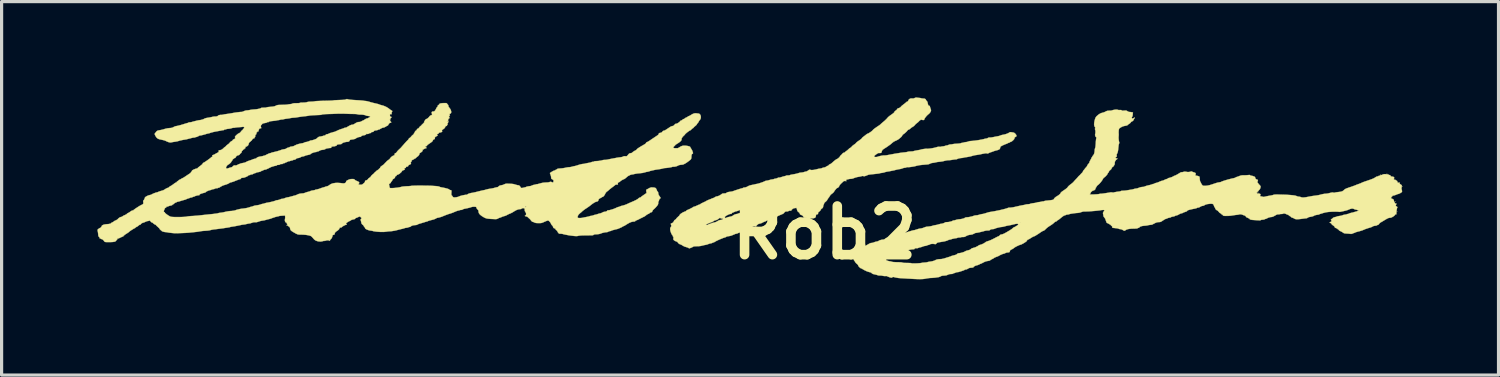
<source format=kicad_pcb>
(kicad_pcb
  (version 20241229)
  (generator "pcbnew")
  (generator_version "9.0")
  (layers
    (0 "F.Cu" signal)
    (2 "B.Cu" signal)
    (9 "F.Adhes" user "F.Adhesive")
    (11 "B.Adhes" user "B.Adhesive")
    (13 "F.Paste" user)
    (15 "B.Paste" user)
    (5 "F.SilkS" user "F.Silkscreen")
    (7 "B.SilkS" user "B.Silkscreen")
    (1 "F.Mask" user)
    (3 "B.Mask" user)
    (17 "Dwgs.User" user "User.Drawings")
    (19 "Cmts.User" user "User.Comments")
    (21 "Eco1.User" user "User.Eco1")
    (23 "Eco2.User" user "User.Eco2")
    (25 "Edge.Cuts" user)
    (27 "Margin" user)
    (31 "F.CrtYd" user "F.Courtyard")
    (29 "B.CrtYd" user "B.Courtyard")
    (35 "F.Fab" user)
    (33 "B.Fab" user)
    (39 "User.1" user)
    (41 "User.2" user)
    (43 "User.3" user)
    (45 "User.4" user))
  (footprint "Rob2"
    (layer "F.Cu")
    (at 22.766 4.234)
    (property "Reference" "Rob2" (at 0 0 0) (layer "F.SilkS") (effects (font (size 1.524 1.524) (thickness 0.3))))
    (attr through_hole)
    (fp_poly (pts (xy -13.297 -1.841) (xy -13.303 -1.837) (xy -13.31 -1.841) (xy -13.303 -1.846) (xy -13.297 -1.841)) (stroke (width 0.01) (type solid)) (fill yes) (layer "F.SilkS"))
    (fp_poly (pts (xy 13.589 -1.24) (xy 13.583 -1.236) (xy 13.576 -1.24) (xy 13.583 -1.245) (xy 13.589 -1.24)) (stroke (width 0.01) (type solid)) (fill yes) (layer "F.SilkS"))
    (fp_poly (pts (xy 17.615 -1.841) (xy 17.609 -1.837) (xy 17.602 -1.841) (xy 17.609 -1.846) (xy 17.615 -1.841)) (stroke (width 0.01) (type solid)) (fill yes) (layer "F.SilkS"))
    (fp_poly (pts (xy 17.882 -0.969) (xy 17.875 -0.965) (xy 17.869 -0.969) (xy 17.875 -0.974) (xy 17.882 -0.969)) (stroke (width 0.01) (type solid)) (fill yes) (layer "F.SilkS"))
    (fp_poly (pts (xy 17.907 -0.563) (xy 17.901 -0.559) (xy 17.894 -0.563) (xy 17.901 -0.567) (xy 17.907 -0.563)) (stroke (width 0.01) (type solid)) (fill yes) (layer "F.SilkS"))
    (fp_poly (pts (xy 17.932 -0.656) (xy 17.926 -0.652) (xy 17.92 -0.656) (xy 17.926 -0.66) (xy 17.932 -0.656)) (stroke (width 0.01) (type solid)) (fill yes) (layer "F.SilkS"))
    (fp_poly (pts (xy 18.098 -1.444) (xy 18.091 -1.439) (xy 18.085 -1.444) (xy 18.091 -1.448) (xy 18.098 -1.444)) (stroke (width 0.01) (type solid)) (fill yes) (layer "F.SilkS"))
    (fp_poly (pts (xy -20.4 -0.878) (xy -20.399 -0.868) (xy -20.4 -0.866) (xy -20.408 -0.868) (xy -20.409 -0.872) (xy -20.404 -0.879) (xy -20.4 -0.878)) (stroke (width 0.01) (type solid)) (fill yes) (layer "F.SilkS"))
    (fp_poly (pts (xy 2.882 -4.228) (xy 2.906 -4.224) (xy 2.944 -4.22) (xy 2.963 -4.219) (xy 2.999 -4.215) (xy 3.025 -4.209) (xy 3.03 -4.207) (xy 3.046 -4.202) (xy 3.077 -4.2) (xy 3.089 -4.199) (xy 3.136 -4.194) (xy 3.165 -4.178) (xy 3.175 -4.155) (xy 3.183 -4.138) (xy 3.198 -4.125) (xy 3.216 -4.103) (xy 3.228 -4.067) (xy 3.231 -4.051) (xy 3.24 -4.011) (xy 3.252 -3.985) (xy 3.269 -3.973) (xy 3.283 -3.971) (xy 3.295 -3.964) (xy 3.299 -3.952) (xy 3.302 -3.934) (xy 3.311 -3.906) (xy 3.32 -3.88) (xy 3.331 -3.85) (xy 3.334 -3.828) (xy 3.33 -3.808) (xy 3.319 -3.783) (xy 3.297 -3.75) (xy 3.268 -3.72) (xy 3.254 -3.709) (xy 3.227 -3.686) (xy 3.197 -3.656) (xy 3.168 -3.622) (xy 3.144 -3.589) (xy 3.128 -3.561) (xy 3.124 -3.547) (xy 3.115 -3.53) (xy 3.09 -3.524) (xy 3.055 -3.53) (xy 3.053 -3.531) (xy 3.032 -3.537) (xy 3.016 -3.534) (xy 2.995 -3.521) (xy 2.985 -3.513) (xy 2.962 -3.494) (xy 2.949 -3.481) (xy 2.947 -3.477) (xy 2.939 -3.468) (xy 2.918 -3.451) (xy 2.896 -3.434) (xy 2.864 -3.408) (xy 2.837 -3.381) (xy 2.826 -3.368) (xy 2.805 -3.344) (xy 2.772 -3.32) (xy 2.757 -3.311) (xy 2.723 -3.29) (xy 2.697 -3.269) (xy 2.689 -3.261) (xy 2.666 -3.241) (xy 2.638 -3.228) (xy 2.614 -3.217) (xy 2.603 -3.209) (xy 2.596 -3.197) (xy 2.578 -3.176) (xy 2.552 -3.15) (xy 2.524 -3.124) (xy 2.498 -3.102) (xy 2.479 -3.089) (xy 2.477 -3.088) (xy 2.457 -3.073) (xy 2.437 -3.049) (xy 2.433 -3.042) (xy 2.417 -3.016) (xy 2.4 -2.995) (xy 2.396 -2.992) (xy 2.377 -2.976) (xy 2.351 -2.953) (xy 2.334 -2.938) (xy 2.294 -2.91) (xy 2.246 -2.886) (xy 2.232 -2.88) (xy 2.171 -2.851) (xy 2.125 -2.816) (xy 2.093 -2.788) (xy 2.061 -2.761) (xy 2.042 -2.747) (xy 1.982 -2.705) (xy 1.936 -2.673) (xy 1.9 -2.65) (xy 1.872 -2.633) (xy 1.821 -2.597) (xy 1.795 -2.559) (xy 1.791 -2.537) (xy 1.783 -2.509) (xy 1.76 -2.494) (xy 1.723 -2.492) (xy 1.719 -2.493) (xy 1.699 -2.494) (xy 1.68 -2.49) (xy 1.655 -2.477) (xy 1.62 -2.454) (xy 1.617 -2.451) (xy 1.585 -2.427) (xy 1.561 -2.405) (xy 1.55 -2.39) (xy 1.549 -2.388) (xy 1.56 -2.376) (xy 1.587 -2.368) (xy 1.622 -2.368) (xy 1.656 -2.374) (xy 1.662 -2.376) (xy 1.697 -2.389) (xy 1.743 -2.4) (xy 1.792 -2.41) (xy 1.835 -2.416) (xy 1.864 -2.418) (xy 1.868 -2.417) (xy 1.892 -2.417) (xy 1.931 -2.421) (xy 1.979 -2.429) (xy 1.984 -2.43) (xy 2.038 -2.44) (xy 2.089 -2.45) (xy 2.127 -2.457) (xy 2.171 -2.465) (xy 2.211 -2.472) (xy 2.216 -2.473) (xy 2.264 -2.481) (xy 2.321 -2.49) (xy 2.377 -2.499) (xy 2.426 -2.505) (xy 2.459 -2.509) (xy 2.464 -2.51) (xy 2.518 -2.515) (xy 2.567 -2.522) (xy 2.602 -2.53) (xy 2.613 -2.534) (xy 2.634 -2.538) (xy 2.67 -2.541) (xy 2.695 -2.542) (xy 2.736 -2.543) (xy 2.766 -2.546) (xy 2.775 -2.548) (xy 2.796 -2.555) (xy 2.834 -2.564) (xy 2.88 -2.573) (xy 2.928 -2.582) (xy 2.959 -2.587) (xy 2.993 -2.593) (xy 3.018 -2.6) (xy 3.019 -2.601) (xy 3.041 -2.608) (xy 3.079 -2.615) (xy 3.125 -2.621) (xy 3.169 -2.626) (xy 3.202 -2.628) (xy 3.212 -2.627) (xy 3.241 -2.627) (xy 3.288 -2.631) (xy 3.343 -2.639) (xy 3.401 -2.649) (xy 3.454 -2.66) (xy 3.492 -2.671) (xy 3.54 -2.685) (xy 3.578 -2.689) (xy 3.6 -2.688) (xy 3.633 -2.686) (xy 3.651 -2.692) (xy 3.668 -2.698) (xy 3.699 -2.701) (xy 3.7 -2.701) (xy 3.739 -2.706) (xy 3.777 -2.717) (xy 3.805 -2.727) (xy 3.823 -2.73) (xy 3.825 -2.73) (xy 3.841 -2.731) (xy 3.868 -2.741) (xy 3.881 -2.746) (xy 3.913 -2.758) (xy 3.939 -2.763) (xy 3.945 -2.763) (xy 3.969 -2.763) (xy 4 -2.769) (xy 4.001 -2.769) (xy 4.036 -2.775) (xy 4.082 -2.781) (xy 4.105 -2.782) (xy 4.175 -2.786) (xy 4.229 -2.792) (xy 4.264 -2.799) (xy 4.274 -2.803) (xy 4.292 -2.81) (xy 4.305 -2.811) (xy 4.332 -2.815) (xy 4.364 -2.824) (xy 4.401 -2.833) (xy 4.432 -2.836) (xy 4.465 -2.841) (xy 4.5 -2.852) (xy 4.502 -2.853) (xy 4.545 -2.866) (xy 4.591 -2.87) (xy 4.639 -2.873) (xy 4.702 -2.88) (xy 4.776 -2.89) (xy 4.851 -2.902) (xy 4.922 -2.915) (xy 4.981 -2.928) (xy 5.02 -2.939) (xy 5.051 -2.945) (xy 5.065 -2.946) (xy 5.091 -2.952) (xy 5.112 -2.964) (xy 5.143 -2.977) (xy 5.163 -2.977) (xy 5.188 -2.977) (xy 5.229 -2.981) (xy 5.276 -2.99) (xy 5.278 -2.99) (xy 5.333 -3.001) (xy 5.389 -3.012) (xy 5.428 -3.019) (xy 5.469 -3.028) (xy 5.501 -3.039) (xy 5.511 -3.044) (xy 5.538 -3.054) (xy 5.575 -3.062) (xy 5.576 -3.062) (xy 5.628 -3.072) (xy 5.683 -3.087) (xy 5.733 -3.106) (xy 5.77 -3.124) (xy 5.778 -3.13) (xy 5.801 -3.145) (xy 5.827 -3.147) (xy 5.839 -3.146) (xy 5.88 -3.14) (xy 5.909 -3.135) (xy 5.942 -3.124) (xy 5.973 -3.098) (xy 5.976 -3.094) (xy 6.003 -3.057) (xy 6.011 -3.028) (xy 5.999 -3.008) (xy 5.986 -3.002) (xy 5.957 -2.984) (xy 5.944 -2.954) (xy 5.944 -2.943) (xy 5.936 -2.927) (xy 5.917 -2.905) (xy 5.892 -2.881) (xy 5.866 -2.86) (xy 5.843 -2.847) (xy 5.834 -2.845) (xy 5.814 -2.838) (xy 5.808 -2.832) (xy 5.794 -2.821) (xy 5.785 -2.819) (xy 5.766 -2.814) (xy 5.739 -2.802) (xy 5.733 -2.798) (xy 5.706 -2.785) (xy 5.688 -2.777) (xy 5.685 -2.777) (xy 5.669 -2.772) (xy 5.64 -2.76) (xy 5.603 -2.744) (xy 5.565 -2.726) (xy 5.533 -2.709) (xy 5.528 -2.706) (xy 5.505 -2.684) (xy 5.499 -2.658) (xy 5.491 -2.627) (xy 5.465 -2.603) (xy 5.418 -2.585) (xy 5.391 -2.578) (xy 5.341 -2.565) (xy 5.288 -2.547) (xy 5.267 -2.539) (xy 5.232 -2.526) (xy 5.205 -2.517) (xy 5.195 -2.515) (xy 5.179 -2.51) (xy 5.153 -2.497) (xy 5.145 -2.493) (xy 5.117 -2.48) (xy 5.098 -2.477) (xy 5.083 -2.482) (xy 5.068 -2.485) (xy 5.046 -2.485) (xy 5.012 -2.48) (xy 4.961 -2.47) (xy 4.917 -2.461) (xy 4.858 -2.448) (xy 4.805 -2.439) (xy 4.764 -2.432) (xy 4.744 -2.43) (xy 4.715 -2.426) (xy 4.674 -2.417) (xy 4.645 -2.409) (xy 4.589 -2.393) (xy 4.53 -2.379) (xy 4.475 -2.369) (xy 4.434 -2.363) (xy 4.422 -2.362) (xy 4.393 -2.358) (xy 4.361 -2.35) (xy 4.32 -2.34) (xy 4.284 -2.337) (xy 4.232 -2.331) (xy 4.181 -2.318) (xy 4.155 -2.305) (xy 4.131 -2.297) (xy 4.098 -2.294) (xy 4.059 -2.291) (xy 4.015 -2.283) (xy 4.007 -2.282) (xy 3.961 -2.274) (xy 3.909 -2.269) (xy 3.895 -2.269) (xy 3.84 -2.265) (xy 3.776 -2.252) (xy 3.756 -2.247) (xy 3.698 -2.233) (xy 3.632 -2.223) (xy 3.592 -2.218) (xy 3.541 -2.213) (xy 3.494 -2.205) (xy 3.467 -2.198) (xy 3.426 -2.189) (xy 3.385 -2.184) (xy 3.384 -2.184) (xy 3.338 -2.176) (xy 3.309 -2.163) (xy 3.274 -2.147) (xy 3.237 -2.138) (xy 3.234 -2.138) (xy 3.204 -2.135) (xy 3.157 -2.131) (xy 3.1 -2.126) (xy 3.067 -2.123) (xy 2.966 -2.112) (xy 2.888 -2.095) (xy 2.87 -2.09) (xy 2.829 -2.079) (xy 2.778 -2.069) (xy 2.723 -2.06) (xy 2.67 -2.053) (xy 2.626 -2.05) (xy 2.598 -2.051) (xy 2.594 -2.052) (xy 2.576 -2.051) (xy 2.565 -2.045) (xy 2.541 -2.035) (xy 2.516 -2.032) (xy 2.485 -2.028) (xy 2.446 -2.016) (xy 2.432 -2.011) (xy 2.395 -1.998) (xy 2.362 -1.991) (xy 2.352 -1.99) (xy 2.328 -1.987) (xy 2.288 -1.979) (xy 2.237 -1.967) (xy 2.207 -1.959) (xy 2.145 -1.944) (xy 2.08 -1.931) (xy 2.024 -1.921) (xy 2.007 -1.918) (xy 1.955 -1.91) (xy 1.905 -1.898) (xy 1.876 -1.889) (xy 1.838 -1.878) (xy 1.803 -1.872) (xy 1.796 -1.871) (xy 1.759 -1.867) (xy 1.736 -1.861) (xy 1.719 -1.856) (xy 1.696 -1.851) (xy 1.662 -1.847) (xy 1.614 -1.841) (xy 1.548 -1.834) (xy 1.48 -1.828) (xy 1.429 -1.822) (xy 1.388 -1.815) (xy 1.362 -1.809) (xy 1.359 -1.808) (xy 1.336 -1.797) (xy 1.302 -1.784) (xy 1.292 -1.78) (xy 1.257 -1.768) (xy 1.232 -1.767) (xy 1.214 -1.771) (xy 1.184 -1.775) (xy 1.154 -1.767) (xy 1.122 -1.758) (xy 1.08 -1.75) (xy 1.068 -1.748) (xy 1.02 -1.74) (xy 0.974 -1.728) (xy 0.966 -1.725) (xy 0.915 -1.706) (xy 0.88 -1.694) (xy 0.855 -1.688) (xy 0.835 -1.685) (xy 0.825 -1.685) (xy 0.788 -1.682) (xy 0.746 -1.674) (xy 0.706 -1.664) (xy 0.677 -1.653) (xy 0.668 -1.646) (xy 0.668 -1.636) (xy 0.673 -1.634) (xy 0.684 -1.627) (xy 0.686 -1.621) (xy 0.678 -1.61) (xy 0.664 -1.611) (xy 0.658 -1.618) (xy 0.645 -1.621) (xy 0.622 -1.617) (xy 0.598 -1.61) (xy 0.585 -1.602) (xy 0.584 -1.601) (xy 0.577 -1.592) (xy 0.558 -1.574) (xy 0.532 -1.549) (xy 0.527 -1.545) (xy 0.493 -1.511) (xy 0.469 -1.479) (xy 0.462 -1.462) (xy 0.449 -1.437) (xy 0.428 -1.414) (xy 0.404 -1.4) (xy 0.392 -1.397) (xy 0.381 -1.39) (xy 0.363 -1.371) (xy 0.341 -1.346) (xy 0.319 -1.316) (xy 0.3 -1.288) (xy 0.295 -1.279) (xy 0.276 -1.255) (xy 0.246 -1.229) (xy 0.231 -1.219) (xy 0.193 -1.187) (xy 0.167 -1.153) (xy 0.166 -1.151) (xy 0.151 -1.123) (xy 0.133 -1.098) (xy 0.128 -1.092) (xy 0.11 -1.07) (xy 0.094 -1.042) (xy 0.09 -1.035) (xy 0.072 -1.005) (xy 0.043 -0.976) (xy 0.031 -0.966) (xy 0.006 -0.944) (xy -0.01 -0.923) (xy -0.013 -0.915) (xy -0.019 -0.892) (xy -0.026 -0.879) (xy -0.035 -0.861) (xy -0.042 -0.834) (xy -0.043 -0.82) (xy -0.049 -0.791) (xy -0.062 -0.771) (xy -0.079 -0.759) (xy -0.105 -0.738) (xy -0.121 -0.712) (xy -0.121 -0.711) (xy -0.138 -0.684) (xy -0.166 -0.66) (xy -0.168 -0.659) (xy -0.196 -0.636) (xy -0.203 -0.617) (xy -0.202 -0.592) (xy -0.208 -0.58) (xy -0.224 -0.576) (xy -0.229 -0.576) (xy -0.251 -0.571) (xy -0.265 -0.556) (xy -0.271 -0.527) (xy -0.272 -0.514) (xy -0.281 -0.483) (xy -0.306 -0.462) (xy -0.35 -0.45) (xy -0.414 -0.445) (xy -0.432 -0.445) (xy -0.483 -0.447) (xy -0.522 -0.452) (xy -0.539 -0.457) (xy -0.566 -0.464) (xy -0.59 -0.464) (xy -0.621 -0.463) (xy -0.643 -0.472) (xy -0.661 -0.495) (xy -0.666 -0.505) (xy -0.692 -0.536) (xy -0.719 -0.55) (xy -0.755 -0.564) (xy -0.771 -0.581) (xy -0.775 -0.599) (xy -0.783 -0.616) (xy -0.805 -0.637) (xy -0.811 -0.641) (xy -0.836 -0.661) (xy -0.852 -0.687) (xy -0.862 -0.719) (xy -0.871 -0.752) (xy -0.879 -0.771) (xy -0.888 -0.778) (xy -0.899 -0.775) (xy -0.903 -0.773) (xy -0.926 -0.767) (xy -0.936 -0.768) (xy -0.957 -0.765) (xy -0.984 -0.753) (xy -1.011 -0.734) (xy -1.03 -0.713) (xy -1.035 -0.705) (xy -1.045 -0.69) (xy -1.065 -0.688) (xy -1.072 -0.689) (xy -1.105 -0.687) (xy -1.125 -0.677) (xy -1.154 -0.664) (xy -1.181 -0.665) (xy -1.217 -0.662) (xy -1.248 -0.644) (xy -1.269 -0.616) (xy -1.29 -0.597) (xy -1.325 -0.579) (xy -1.331 -0.577) (xy -1.37 -0.561) (xy -1.416 -0.541) (xy -1.44 -0.53) (xy -1.474 -0.513) (xy -1.501 -0.502) (xy -1.512 -0.5) (xy -1.542 -0.494) (xy -1.584 -0.478) (xy -1.633 -0.454) (xy -1.67 -0.432) (xy -1.711 -0.41) (xy -1.752 -0.391) (xy -1.782 -0.382) (xy -1.812 -0.374) (xy -1.828 -0.367) (xy -1.829 -0.365) (xy -1.839 -0.359) (xy -1.864 -0.349) (xy -1.868 -0.348) (xy -1.905 -0.334) (xy -1.941 -0.315) (xy -1.942 -0.314) (xy -1.978 -0.297) (xy -2.021 -0.284) (xy -2.026 -0.283) (xy -2.053 -0.278) (xy -2.075 -0.268) (xy -2.096 -0.253) (xy -2.122 -0.227) (xy -2.142 -0.206) (xy -2.157 -0.196) (xy -2.177 -0.199) (xy -2.181 -0.2) (xy -2.2 -0.205) (xy -2.22 -0.2) (xy -2.247 -0.186) (xy -2.274 -0.17) (xy -2.295 -0.162) (xy -2.3 -0.161) (xy -2.315 -0.155) (xy -2.338 -0.141) (xy -2.34 -0.139) (xy -2.37 -0.123) (xy -2.411 -0.111) (xy -2.421 -0.109) (xy -2.477 -0.092) (xy -2.53 -0.064) (xy -2.57 -0.041) (xy -2.612 -0.021) (xy -2.635 -0.012) (xy -2.675 0.001) (xy -2.71 0.015) (xy -2.716 0.019) (xy -2.745 0.03) (xy -2.767 0.034) (xy -2.787 0.038) (xy -2.82 0.051) (xy -2.857 0.067) (xy -2.9 0.085) (xy -2.937 0.098) (xy -2.98 0.107) (xy -3.037 0.116) (xy -3.038 0.116) (xy -3.064 0.122) (xy -3.073 0.128) (xy -3.084 0.136) (xy -3.111 0.147) (xy -3.134 0.154) (xy -3.179 0.169) (xy -3.233 0.191) (xy -3.292 0.215) (xy -3.348 0.241) (xy -3.395 0.264) (xy -3.427 0.282) (xy -3.428 0.283) (xy -3.453 0.298) (xy -3.473 0.305) (xy -3.474 0.305) (xy -3.495 0.311) (xy -3.505 0.317) (xy -3.527 0.327) (xy -3.56 0.335) (xy -3.598 0.343) (xy -3.639 0.357) (xy -3.645 0.36) (xy -3.686 0.374) (xy -3.729 0.384) (xy -3.735 0.384) (xy -3.776 0.392) (xy -3.822 0.403) (xy -3.834 0.407) (xy -3.877 0.417) (xy -3.931 0.423) (xy -3.992 0.425) (xy -4.045 0.426) (xy -4.08 0.429) (xy -4.103 0.434) (xy -4.12 0.443) (xy -4.121 0.444) (xy -4.144 0.457) (xy -4.176 0.471) (xy -4.209 0.484) (xy -4.233 0.491) (xy -4.237 0.491) (xy -4.249 0.486) (xy -4.267 0.475) (xy -4.295 0.462) (xy -4.334 0.451) (xy -4.341 0.449) (xy -4.389 0.434) (xy -4.439 0.407) (xy -4.446 0.402) (xy -4.477 0.383) (xy -4.503 0.37) (xy -4.516 0.366) (xy -4.533 0.361) (xy -4.556 0.347) (xy -4.579 0.328) (xy -4.594 0.31) (xy -4.597 0.302) (xy -4.608 0.29) (xy -4.634 0.278) (xy -4.64 0.276) (xy -4.678 0.261) (xy -4.711 0.24) (xy -4.711 0.24) (xy -4.729 0.221) (xy -4.735 0.202) (xy -4.732 0.176) (xy -4.729 0.15) (xy -4.734 0.134) (xy -4.737 0.131) (xy -4.747 0.119) (xy -4.75 0.107) (xy -4.756 0.087) (xy -4.765 0.078) (xy -4.778 0.062) (xy -4.793 0.035) (xy -4.808 -0.001) (xy -4.821 -0.039) (xy -4.83 -0.076) (xy -4.833 -0.095) (xy -4.833 -0.133) (xy -4.823 -0.162) (xy -4.814 -0.176) (xy -4.799 -0.198) (xy -4.796 -0.218) (xy -4.804 -0.243) (xy -4.804 -0.245) (xy -4.805 -0.245) (xy -3.714 -0.245) (xy -3.695 -0.238) (xy -3.669 -0.239) (xy -3.651 -0.248) (xy -3.65 -0.249) (xy -3.634 -0.261) (xy -3.609 -0.27) (xy -3.573 -0.281) (xy -3.537 -0.295) (xy -3.499 -0.307) (xy -3.454 -0.318) (xy -3.446 -0.32) (xy -3.406 -0.331) (xy -3.375 -0.346) (xy -3.369 -0.349) (xy -3.332 -0.373) (xy -3.29 -0.391) (xy -3.251 -0.398) (xy -3.249 -0.398) (xy -3.221 -0.403) (xy -3.194 -0.415) (xy -3.177 -0.428) (xy -3.175 -0.433) (xy -3.186 -0.438) (xy -3.209 -0.44) (xy -3.241 -0.446) (xy -3.26 -0.455) (xy -3.274 -0.465) (xy -3.285 -0.461) (xy -3.293 -0.453) (xy -3.322 -0.429) (xy -3.357 -0.408) (xy -3.391 -0.393) (xy -3.412 -0.389) (xy -3.441 -0.382) (xy -3.472 -0.363) (xy -3.476 -0.36) (xy -3.502 -0.342) (xy -3.525 -0.331) (xy -3.532 -0.33) (xy -3.557 -0.324) (xy -3.569 -0.318) (xy -3.589 -0.307) (xy -3.6 -0.305) (xy -3.619 -0.299) (xy -3.64 -0.289) (xy -3.671 -0.273) (xy -3.694 -0.263) (xy -3.712 -0.253) (xy -3.714 -0.245) (xy -4.805 -0.245) (xy -4.813 -0.269) (xy -4.812 -0.282) (xy -4.804 -0.286) (xy -4.761 -0.304) (xy -4.73 -0.333) (xy -4.72 -0.355) (xy -4.703 -0.387) (xy -4.681 -0.402) (xy -4.656 -0.419) (xy -4.643 -0.435) (xy -4.632 -0.452) (xy -4.609 -0.476) (xy -4.596 -0.487) (xy -3.124 -0.487) (xy -3.117 -0.468) (xy -3.101 -0.457) (xy -3.083 -0.457) (xy -3.07 -0.468) (xy -3.055 -0.476) (xy -3.022 -0.486) (xy -2.979 -0.495) (xy -2.979 -0.495) (xy -2.921 -0.508) (xy -2.885 -0.522) (xy -2.874 -0.53) (xy -2.846 -0.551) (xy -2.807 -0.569) (xy -2.768 -0.582) (xy -2.746 -0.584) (xy -2.717 -0.59) (xy -2.705 -0.597) (xy -2.68 -0.608) (xy -2.664 -0.61) (xy -2.636 -0.616) (xy -2.618 -0.626) (xy -2.591 -0.639) (xy -2.572 -0.645) (xy -2.548 -0.654) (xy -2.53 -0.671) (xy -2.512 -0.688) (xy -2.494 -0.694) (xy -2.474 -0.699) (xy -2.442 -0.712) (xy -2.417 -0.724) (xy -2.383 -0.74) (xy -2.356 -0.751) (xy -2.344 -0.754) (xy -2.327 -0.76) (xy -2.314 -0.77) (xy -2.287 -0.785) (xy -2.26 -0.787) (xy -2.232 -0.79) (xy -2.224 -0.798) (xy -2.225 -0.802) (xy -2.238 -0.813) (xy -2.261 -0.814) (xy -2.29 -0.812) (xy -2.334 -0.81) (xy -2.375 -0.809) (xy -2.442 -0.805) (xy -2.492 -0.797) (xy -2.521 -0.785) (xy -2.527 -0.775) (xy -2.537 -0.763) (xy -2.563 -0.748) (xy -2.581 -0.74) (xy -2.627 -0.721) (xy -2.676 -0.699) (xy -2.69 -0.693) (xy -2.726 -0.679) (xy -2.757 -0.67) (xy -2.768 -0.669) (xy -2.793 -0.665) (xy -2.8 -0.66) (xy -2.816 -0.651) (xy -2.845 -0.639) (xy -2.858 -0.635) (xy -2.895 -0.618) (xy -2.908 -0.601) (xy -2.908 -0.6) (xy -2.913 -0.587) (xy -2.933 -0.587) (xy -2.935 -0.587) (xy -2.96 -0.584) (xy -2.996 -0.572) (xy -3.036 -0.553) (xy -3.075 -0.532) (xy -3.106 -0.511) (xy -3.123 -0.493) (xy -3.124 -0.487) (xy -4.596 -0.487) (xy -4.585 -0.497) (xy -4.558 -0.522) (xy -4.54 -0.544) (xy -4.534 -0.557) (xy -4.524 -0.572) (xy -4.499 -0.593) (xy -4.464 -0.616) (xy -4.426 -0.638) (xy -4.388 -0.654) (xy -4.373 -0.659) (xy -4.344 -0.671) (xy -4.327 -0.686) (xy -4.327 -0.686) (xy -4.31 -0.703) (xy -4.297 -0.708) (xy -4.274 -0.717) (xy -4.239 -0.732) (xy -4.199 -0.752) (xy -4.16 -0.772) (xy -4.128 -0.79) (xy -4.111 -0.801) (xy -4.111 -0.802) (xy -4.092 -0.812) (xy -4.085 -0.813) (xy -4.067 -0.817) (xy -4.035 -0.829) (xy -3.996 -0.846) (xy -3.996 -0.847) (xy -3.967 -0.859) (xy -2.195 -0.859) (xy -2.193 -0.849) (xy -2.189 -0.843) (xy -2.175 -0.831) (xy -2.152 -0.834) (xy -2.119 -0.852) (xy -2.115 -0.855) (xy -2.093 -0.871) (xy -2.089 -0.88) (xy -2.099 -0.885) (xy -2.123 -0.885) (xy -2.155 -0.878) (xy -2.158 -0.877) (xy -2.185 -0.867) (xy -2.195 -0.859) (xy -3.967 -0.859) (xy -3.958 -0.864) (xy -3.928 -0.876) (xy -3.912 -0.881) (xy -3.912 -0.881) (xy -3.897 -0.887) (xy -3.889 -0.893) (xy -2.07 -0.893) (xy -2.063 -0.883) (xy -2.047 -0.885) (xy -2.035 -0.896) (xy -2.04 -0.905) (xy -2.05 -0.906) (xy -2.067 -0.899) (xy -2.07 -0.893) (xy -3.889 -0.893) (xy -3.882 -0.898) (xy -3.862 -0.911) (xy -3.846 -0.92) (xy -1.99 -0.92) (xy -1.988 -0.915) (xy -1.981 -0.914) (xy -1.971 -0.917) (xy -1.973 -0.92) (xy -1.988 -0.921) (xy -1.99 -0.92) (xy -3.846 -0.92) (xy -3.828 -0.929) (xy -3.787 -0.948) (xy -3.787 -0.949) (xy -3.747 -0.967) (xy -3.716 -0.982) (xy -3.7 -0.993) (xy -3.7 -0.993) (xy -3.684 -1.003) (xy -3.652 -1.017) (xy -3.613 -1.033) (xy -3.574 -1.048) (xy -3.544 -1.06) (xy -3.531 -1.067) (xy -3.531 -1.067) (xy -3.515 -1.074) (xy -3.496 -1.079) (xy -3.469 -1.089) (xy -3.438 -1.106) (xy -3.433 -1.11) (xy -3.405 -1.126) (xy -3.38 -1.134) (xy -3.376 -1.135) (xy -3.342 -1.141) (xy -3.3 -1.157) (xy -3.259 -1.18) (xy -3.235 -1.198) (xy -3.208 -1.217) (xy -3.182 -1.226) (xy -3.144 -1.228) (xy -3.144 -1.228) (xy -3.105 -1.23) (xy -3.081 -1.238) (xy -3.069 -1.248) (xy -3.049 -1.261) (xy -3.015 -1.271) (xy -2.97 -1.278) (xy -2.925 -1.284) (xy -2.888 -1.291) (xy -2.87 -1.296) (xy -2.843 -1.306) (xy -2.802 -1.321) (xy -2.753 -1.337) (xy -2.702 -1.354) (xy -2.654 -1.369) (xy -2.615 -1.381) (xy -2.59 -1.388) (xy -2.584 -1.389) (xy -2.564 -1.394) (xy -2.553 -1.401) (xy -2.529 -1.411) (xy -2.5 -1.414) (xy -2.461 -1.421) (xy -2.417 -1.441) (xy -2.416 -1.442) (xy -2.374 -1.464) (xy -2.332 -1.48) (xy -2.28 -1.492) (xy -2.248 -1.498) (xy -2.208 -1.506) (xy -2.176 -1.514) (xy -2.169 -1.516) (xy -2.14 -1.523) (xy -2.127 -1.524) (xy -2.104 -1.528) (xy -2.065 -1.538) (xy -2.018 -1.553) (xy -1.968 -1.57) (xy -1.922 -1.587) (xy -1.887 -1.601) (xy -1.869 -1.611) (xy -1.844 -1.622) (xy -1.822 -1.626) (xy -1.793 -1.629) (xy -1.753 -1.639) (xy -1.725 -1.647) (xy -1.683 -1.659) (xy -1.647 -1.666) (xy -1.63 -1.668) (xy -1.605 -1.671) (xy -1.595 -1.675) (xy -1.579 -1.682) (xy -1.548 -1.689) (xy -1.53 -1.692) (xy -1.494 -1.701) (xy -1.47 -1.711) (xy -1.465 -1.715) (xy -1.448 -1.724) (xy -1.434 -1.723) (xy -1.41 -1.724) (xy -1.371 -1.733) (xy -1.337 -1.744) (xy -1.296 -1.757) (xy -1.262 -1.766) (xy -1.243 -1.77) (xy -1.218 -1.776) (xy -1.206 -1.783) (xy -1.18 -1.792) (xy -1.151 -1.791) (xy -1.112 -1.792) (xy -1.093 -1.798) (xy -1.065 -1.809) (xy -1.041 -1.815) (xy -0.96 -1.829) (xy -0.892 -1.842) (xy -0.841 -1.855) (xy -0.813 -1.865) (xy -0.778 -1.875) (xy -0.737 -1.88) (xy -0.737 -1.88) (xy -0.695 -1.884) (xy -0.652 -1.894) (xy -0.644 -1.897) (xy -0.61 -1.907) (xy -0.581 -1.913) (xy -0.576 -1.913) (xy -0.556 -1.919) (xy -0.528 -1.935) (xy -0.514 -1.945) (xy -0.488 -1.964) (xy -0.47 -1.971) (xy -0.454 -1.969) (xy -0.444 -1.966) (xy -0.405 -1.959) (xy -0.347 -1.963) (xy -0.271 -1.978) (xy -0.241 -1.986) (xy -0.196 -1.997) (xy -0.157 -2.004) (xy -0.135 -2.007) (xy -0.104 -2.012) (xy -0.073 -2.024) (xy -0.041 -2.036) (xy -0.013 -2.04) (xy 0.014 -2.046) (xy 0.044 -2.061) (xy 0.051 -2.066) (xy 0.076 -2.082) (xy 0.097 -2.091) (xy 0.101 -2.091) (xy 0.116 -2.098) (xy 0.129 -2.112) (xy 0.142 -2.128) (xy 0.151 -2.134) (xy 0.168 -2.14) (xy 0.195 -2.155) (xy 0.224 -2.176) (xy 0.251 -2.199) (xy 0.254 -2.201) (xy 0.288 -2.233) (xy 0.323 -2.262) (xy 0.354 -2.285) (xy 0.377 -2.3) (xy 0.387 -2.303) (xy 0.402 -2.31) (xy 0.425 -2.326) (xy 0.449 -2.347) (xy 0.47 -2.368) (xy 0.482 -2.384) (xy 0.483 -2.388) (xy 0.491 -2.403) (xy 0.503 -2.414) (xy 0.521 -2.43) (xy 0.543 -2.454) (xy 0.552 -2.465) (xy 0.578 -2.491) (xy 0.603 -2.504) (xy 0.608 -2.505) (xy 0.63 -2.509) (xy 0.635 -2.514) (xy 0.643 -2.524) (xy 0.663 -2.541) (xy 0.681 -2.554) (xy 0.715 -2.58) (xy 0.747 -2.608) (xy 0.757 -2.618) (xy 0.781 -2.64) (xy 0.805 -2.655) (xy 0.811 -2.658) (xy 0.833 -2.672) (xy 0.848 -2.69) (xy 0.863 -2.708) (xy 0.892 -2.732) (xy 0.919 -2.752) (xy 0.951 -2.774) (xy 0.976 -2.795) (xy 0.986 -2.807) (xy 1 -2.823) (xy 1.024 -2.844) (xy 1.033 -2.85) (xy 1.093 -2.892) (xy 1.135 -2.922) (xy 1.16 -2.943) (xy 1.168 -2.955) (xy 1.168 -2.955) (xy 1.176 -2.967) (xy 1.196 -2.986) (xy 1.216 -3.002) (xy 1.251 -3.029) (xy 1.287 -3.057) (xy 1.302 -3.069) (xy 1.326 -3.087) (xy 1.345 -3.097) (xy 1.35 -3.099) (xy 1.368 -3.105) (xy 1.396 -3.121) (xy 1.429 -3.142) (xy 1.463 -3.166) (xy 1.492 -3.19) (xy 1.51 -3.208) (xy 1.513 -3.212) (xy 1.528 -3.228) (xy 1.558 -3.253) (xy 1.598 -3.282) (xy 1.641 -3.312) (xy 1.684 -3.34) (xy 1.719 -3.364) (xy 1.743 -3.382) (xy 1.753 -3.39) (xy 1.753 -3.39) (xy 1.76 -3.399) (xy 1.781 -3.417) (xy 1.811 -3.444) (xy 1.847 -3.474) (xy 1.888 -3.509) (xy 1.924 -3.544) (xy 1.953 -3.573) (xy 1.967 -3.59) (xy 1.989 -3.615) (xy 2.025 -3.646) (xy 2.071 -3.68) (xy 2.088 -3.691) (xy 2.139 -3.728) (xy 2.172 -3.755) (xy 2.184 -3.773) (xy 2.184 -3.774) (xy 2.193 -3.792) (xy 2.216 -3.813) (xy 2.228 -3.821) (xy 2.255 -3.843) (xy 2.272 -3.863) (xy 2.275 -3.87) (xy 2.289 -3.888) (xy 2.305 -3.893) (xy 2.346 -3.906) (xy 2.383 -3.933) (xy 2.397 -3.95) (xy 2.421 -3.974) (xy 2.45 -3.996) (xy 2.538 -4.065) (xy 2.556 -4.083) (xy 2.577 -4.099) (xy 2.597 -4.106) (xy 2.597 -4.106) (xy 2.613 -4.114) (xy 2.623 -4.137) (xy 2.624 -4.14) (xy 2.64 -4.168) (xy 2.669 -4.19) (xy 2.705 -4.203) (xy 2.741 -4.203) (xy 2.747 -4.202) (xy 2.771 -4.199) (xy 2.8 -4.206) (xy 2.818 -4.214) (xy 2.852 -4.226) (xy 2.878 -4.229) (xy 2.882 -4.228)) (stroke (width 0.01) (type solid)) (fill yes) (layer "F.SilkS"))
    (fp_poly (pts (xy 9.158 -3.852) (xy 9.178 -3.846) (xy 9.213 -3.838) (xy 9.247 -3.839) (xy 9.281 -3.84) (xy 9.298 -3.835) (xy 9.302 -3.83) (xy 9.311 -3.822) (xy 9.331 -3.819) (xy 9.367 -3.82) (xy 9.381 -3.821) (xy 9.423 -3.823) (xy 9.449 -3.821) (xy 9.468 -3.813) (xy 9.482 -3.804) (xy 9.509 -3.788) (xy 9.533 -3.78) (xy 9.535 -3.78) (xy 9.59 -3.775) (xy 9.631 -3.768) (xy 9.654 -3.762) (xy 9.657 -3.758) (xy 9.653 -3.745) (xy 9.651 -3.722) (xy 9.65 -3.703) (xy 9.647 -3.67) (xy 9.638 -3.641) (xy 9.632 -3.631) (xy 9.62 -3.606) (xy 9.622 -3.587) (xy 9.635 -3.575) (xy 9.656 -3.575) (xy 9.68 -3.589) (xy 9.683 -3.591) (xy 9.701 -3.604) (xy 9.71 -3.603) (xy 9.709 -3.59) (xy 9.699 -3.572) (xy 9.683 -3.545) (xy 9.672 -3.521) (xy 9.672 -3.52) (xy 9.655 -3.499) (xy 9.627 -3.483) (xy 9.601 -3.469) (xy 9.589 -3.454) (xy 9.588 -3.453) (xy 9.58 -3.439) (xy 9.557 -3.42) (xy 9.538 -3.407) (xy 9.509 -3.388) (xy 9.491 -3.372) (xy 9.487 -3.366) (xy 9.476 -3.359) (xy 9.446 -3.351) (xy 9.415 -3.345) (xy 9.368 -3.336) (xy 9.328 -3.323) (xy 9.31 -3.314) (xy 9.277 -3.295) (xy 9.247 -3.277) (xy 9.231 -3.265) (xy 9.221 -3.249) (xy 9.215 -3.224) (xy 9.211 -3.199) (xy 9.209 -3.166) (xy 9.208 -3.138) (xy 9.208 -3.12) (xy 9.208 -3.12) (xy 9.211 -3.087) (xy 9.21 -3.042) (xy 9.207 -3.001) (xy 9.206 -2.968) (xy 9.209 -2.924) (xy 9.215 -2.879) (xy 9.223 -2.838) (xy 9.228 -2.821) (xy 9.228 -2.801) (xy 9.222 -2.791) (xy 9.217 -2.779) (xy 9.211 -2.754) (xy 9.205 -2.72) (xy 9.202 -2.688) (xy 9.197 -2.648) (xy 9.194 -2.612) (xy 9.191 -2.585) (xy 9.19 -2.574) (xy 9.183 -2.54) (xy 9.174 -2.506) (xy 9.163 -2.48) (xy 9.154 -2.466) (xy 9.147 -2.451) (xy 9.147 -2.428) (xy 9.148 -2.419) (xy 9.15 -2.393) (xy 9.141 -2.375) (xy 9.127 -2.364) (xy 9.109 -2.35) (xy 9.108 -2.341) (xy 9.123 -2.332) (xy 9.124 -2.332) (xy 9.151 -2.322) (xy 9.167 -2.32) (xy 9.175 -2.316) (xy 9.162 -2.304) (xy 9.155 -2.299) (xy 9.121 -2.275) (xy 9.103 -2.261) (xy 9.101 -2.253) (xy 9.109 -2.252) (xy 9.117 -2.25) (xy 9.106 -2.244) (xy 9.095 -2.232) (xy 9.088 -2.209) (xy 9.087 -2.181) (xy 9.084 -2.148) (xy 9.078 -2.124) (xy 9.071 -2.115) (xy 9.057 -2.098) (xy 9.055 -2.09) (xy 9.046 -2.075) (xy 9.023 -2.059) (xy 9.001 -2.042) (xy 8.992 -2.024) (xy 8.983 -1.997) (xy 8.957 -1.968) (xy 8.934 -1.951) (xy 8.913 -1.93) (xy 8.903 -1.91) (xy 8.903 -1.909) (xy 8.894 -1.887) (xy 8.883 -1.876) (xy 8.869 -1.863) (xy 8.867 -1.857) (xy 8.864 -1.843) (xy 8.849 -1.82) (xy 8.827 -1.793) (xy 8.801 -1.765) (xy 8.775 -1.742) (xy 8.767 -1.736) (xy 8.74 -1.713) (xy 8.721 -1.692) (xy 8.717 -1.685) (xy 8.703 -1.655) (xy 8.677 -1.617) (xy 8.645 -1.576) (xy 8.61 -1.536) (xy 8.576 -1.504) (xy 8.558 -1.49) (xy 8.535 -1.471) (xy 8.522 -1.454) (xy 8.521 -1.451) (xy 8.514 -1.432) (xy 8.502 -1.419) (xy 8.488 -1.398) (xy 8.484 -1.378) (xy 8.476 -1.357) (xy 8.456 -1.336) (xy 8.432 -1.323) (xy 8.419 -1.321) (xy 8.399 -1.314) (xy 8.374 -1.298) (xy 8.351 -1.277) (xy 8.335 -1.257) (xy 8.331 -1.247) (xy 8.326 -1.23) (xy 8.319 -1.223) (xy 8.307 -1.211) (xy 8.306 -1.205) (xy 8.309 -1.199) (xy 8.321 -1.196) (xy 8.347 -1.194) (xy 8.39 -1.195) (xy 8.437 -1.196) (xy 8.496 -1.199) (xy 8.547 -1.203) (xy 8.583 -1.207) (xy 8.597 -1.21) (xy 8.627 -1.217) (xy 8.646 -1.218) (xy 8.671 -1.218) (xy 8.709 -1.223) (xy 8.725 -1.225) (xy 8.771 -1.232) (xy 8.826 -1.24) (xy 8.858 -1.245) (xy 8.902 -1.251) (xy 8.937 -1.258) (xy 8.952 -1.261) (xy 8.976 -1.263) (xy 9.004 -1.259) (xy 9.036 -1.255) (xy 9.055 -1.258) (xy 13.513 -1.258) (xy 13.517 -1.246) (xy 13.528 -1.249) (xy 13.531 -1.252) (xy 13.53 -1.263) (xy 13.526 -1.266) (xy 13.515 -1.264) (xy 13.513 -1.258) (xy 9.055 -1.258) (xy 9.07 -1.26) (xy 9.085 -1.265) (xy 9.126 -1.274) (xy 9.177 -1.282) (xy 9.198 -1.284) (xy 9.238 -1.289) (xy 9.266 -1.296) (xy 9.275 -1.301) (xy 9.295 -1.309) (xy 9.334 -1.312) (xy 9.345 -1.312) (xy 9.394 -1.315) (xy 9.449 -1.321) (xy 9.475 -1.326) (xy 9.525 -1.334) (xy 9.574 -1.342) (xy 9.595 -1.345) (xy 9.64 -1.353) (xy 9.683 -1.365) (xy 9.686 -1.366) (xy 9.722 -1.376) (xy 9.755 -1.38) (xy 9.756 -1.38) (xy 9.786 -1.385) (xy 9.821 -1.396) (xy 9.83 -1.4) (xy 9.885 -1.42) (xy 9.938 -1.43) (xy 9.974 -1.432) (xy 10 -1.435) (xy 10.025 -1.446) (xy 10.05 -1.456) (xy 10.091 -1.469) (xy 10.14 -1.481) (xy 10.145 -1.482) (xy 10.193 -1.493) (xy 10.232 -1.504) (xy 10.255 -1.513) (xy 10.257 -1.514) (xy 10.275 -1.522) (xy 10.283 -1.521) (xy 10.296 -1.523) (xy 10.32 -1.533) (xy 10.328 -1.537) (xy 10.358 -1.551) (xy 10.383 -1.558) (xy 10.386 -1.558) (xy 10.407 -1.562) (xy 10.441 -1.575) (xy 10.48 -1.592) (xy 10.481 -1.592) (xy 10.52 -1.609) (xy 10.554 -1.621) (xy 10.575 -1.626) (xy 10.575 -1.626) (xy 10.601 -1.631) (xy 10.619 -1.64) (xy 10.674 -1.666) (xy 10.728 -1.684) (xy 10.75 -1.694) (xy 10.757 -1.702) (xy 10.767 -1.71) (xy 10.774 -1.71) (xy 10.798 -1.715) (xy 10.833 -1.725) (xy 10.872 -1.739) (xy 10.905 -1.754) (xy 10.925 -1.765) (xy 10.926 -1.766) (xy 10.942 -1.777) (xy 10.949 -1.778) (xy 10.967 -1.783) (xy 10.999 -1.798) (xy 11.039 -1.819) (xy 11.082 -1.844) (xy 11.115 -1.865) (xy 11.144 -1.882) (xy 11.168 -1.892) (xy 11.176 -1.892) (xy 11.195 -1.892) (xy 11.225 -1.899) (xy 11.233 -1.901) (xy 11.27 -1.91) (xy 11.302 -1.909) (xy 11.317 -1.906) (xy 11.378 -1.897) (xy 11.431 -1.902) (xy 11.455 -1.909) (xy 11.486 -1.917) (xy 11.501 -1.913) (xy 11.517 -1.904) (xy 11.547 -1.893) (xy 11.565 -1.888) (xy 11.602 -1.875) (xy 11.62 -1.86) (xy 11.622 -1.838) (xy 11.614 -1.81) (xy 11.611 -1.795) (xy 11.622 -1.787) (xy 11.648 -1.782) (xy 11.681 -1.776) (xy 11.702 -1.77) (xy 11.703 -1.769) (xy 11.724 -1.762) (xy 11.728 -1.762) (xy 11.736 -1.754) (xy 11.742 -1.734) (xy 11.744 -1.721) (xy 11.748 -1.671) (xy 11.753 -1.635) (xy 11.758 -1.61) (xy 11.765 -1.593) (xy 11.77 -1.586) (xy 11.782 -1.567) (xy 11.786 -1.557) (xy 11.791 -1.543) (xy 11.804 -1.521) (xy 11.814 -1.506) (xy 11.832 -1.483) (xy 11.849 -1.471) (xy 11.872 -1.467) (xy 11.9 -1.466) (xy 11.952 -1.468) (xy 12.007 -1.476) (xy 12.071 -1.491) (xy 12.147 -1.515) (xy 12.194 -1.531) (xy 12.251 -1.55) (xy 12.302 -1.565) (xy 12.341 -1.573) (xy 12.356 -1.575) (xy 12.398 -1.582) (xy 12.436 -1.599) (xy 12.462 -1.61) (xy 12.507 -1.625) (xy 12.564 -1.643) (xy 12.627 -1.661) (xy 12.692 -1.678) (xy 12.752 -1.693) (xy 12.802 -1.704) (xy 12.817 -1.706) (xy 12.851 -1.717) (xy 12.872 -1.728) (xy 12.894 -1.74) (xy 12.907 -1.744) (xy 12.924 -1.748) (xy 12.955 -1.759) (xy 12.984 -1.771) (xy 13.027 -1.786) (xy 13.063 -1.794) (xy 13.107 -1.797) (xy 13.129 -1.796) (xy 13.183 -1.797) (xy 13.237 -1.8) (xy 13.265 -1.803) (xy 13.301 -1.806) (xy 13.319 -1.804) (xy 13.328 -1.796) (xy 13.329 -1.793) (xy 13.344 -1.781) (xy 13.357 -1.782) (xy 13.379 -1.781) (xy 13.411 -1.772) (xy 13.422 -1.768) (xy 13.455 -1.755) (xy 13.472 -1.747) (xy 13.479 -1.74) (xy 13.481 -1.732) (xy 13.481 -1.729) (xy 13.492 -1.694) (xy 13.513 -1.672) (xy 13.54 -1.662) (xy 13.564 -1.653) (xy 13.571 -1.644) (xy 13.571 -1.643) (xy 13.564 -1.629) (xy 13.559 -1.608) (xy 13.556 -1.585) (xy 13.557 -1.566) (xy 13.562 -1.558) (xy 13.562 -1.558) (xy 13.574 -1.551) (xy 13.581 -1.537) (xy 13.597 -1.515) (xy 13.611 -1.502) (xy 13.629 -1.485) (xy 13.645 -1.463) (xy 13.654 -1.443) (xy 13.654 -1.429) (xy 13.652 -1.426) (xy 13.646 -1.416) (xy 13.648 -1.409) (xy 13.647 -1.393) (xy 13.64 -1.384) (xy 13.631 -1.374) (xy 13.633 -1.372) (xy 13.632 -1.366) (xy 13.62 -1.351) (xy 13.617 -1.348) (xy 13.597 -1.326) (xy 13.583 -1.306) (xy 13.573 -1.291) (xy 13.564 -1.287) (xy 13.556 -1.28) (xy 13.547 -1.262) (xy 13.54 -1.241) (xy 13.538 -1.23) (xy 13.549 -1.226) (xy 13.577 -1.223) (xy 13.583 -1.223) (xy 13.627 -1.218) (xy 13.648 -1.206) (xy 13.648 -1.186) (xy 13.645 -1.179) (xy 13.636 -1.153) (xy 13.646 -1.138) (xy 13.666 -1.135) (xy 13.697 -1.13) (xy 13.716 -1.124) (xy 13.736 -1.119) (xy 13.762 -1.12) (xy 13.801 -1.129) (xy 13.802 -1.129) (xy 13.849 -1.14) (xy 13.905 -1.151) (xy 13.942 -1.157) (xy 13.99 -1.165) (xy 14.031 -1.175) (xy 14.053 -1.182) (xy 14.067 -1.187) (xy 14.087 -1.19) (xy 14.116 -1.192) (xy 14.158 -1.193) (xy 14.217 -1.192) (xy 14.297 -1.191) (xy 14.316 -1.19) (xy 14.454 -1.186) (xy 14.569 -1.179) (xy 14.659 -1.171) (xy 14.727 -1.161) (xy 14.774 -1.148) (xy 14.784 -1.144) (xy 14.819 -1.131) (xy 14.853 -1.126) (xy 14.854 -1.126) (xy 14.888 -1.122) (xy 14.91 -1.113) (xy 14.943 -1.103) (xy 14.992 -1.1) (xy 15.06 -1.107) (xy 15.148 -1.123) (xy 15.189 -1.131) (xy 15.229 -1.139) (xy 15.284 -1.148) (xy 15.343 -1.155) (xy 15.354 -1.157) (xy 15.411 -1.165) (xy 15.466 -1.174) (xy 15.507 -1.183) (xy 15.513 -1.185) (xy 15.58 -1.203) (xy 15.647 -1.215) (xy 15.701 -1.219) (xy 15.731 -1.222) (xy 15.775 -1.23) (xy 15.821 -1.242) (xy 15.868 -1.253) (xy 15.899 -1.258) (xy 15.92 -1.257) (xy 15.928 -1.254) (xy 15.953 -1.249) (xy 15.983 -1.255) (xy 15.986 -1.256) (xy 16.018 -1.263) (xy 16.063 -1.269) (xy 16.103 -1.273) (xy 16.17 -1.282) (xy 16.221 -1.301) (xy 16.263 -1.332) (xy 16.279 -1.349) (xy 16.302 -1.365) (xy 16.344 -1.385) (xy 16.409 -1.408) (xy 16.434 -1.417) (xy 16.493 -1.436) (xy 16.548 -1.456) (xy 16.594 -1.472) (xy 16.618 -1.482) (xy 16.661 -1.5) (xy 16.711 -1.518) (xy 16.73 -1.525) (xy 16.77 -1.539) (xy 16.803 -1.554) (xy 16.815 -1.56) (xy 16.837 -1.57) (xy 16.875 -1.585) (xy 16.922 -1.602) (xy 16.938 -1.607) (xy 17.024 -1.636) (xy 17.09 -1.659) (xy 17.141 -1.678) (xy 17.178 -1.693) (xy 17.207 -1.707) (xy 17.229 -1.72) (xy 17.24 -1.728) (xy 17.27 -1.747) (xy 17.298 -1.759) (xy 17.31 -1.761) (xy 17.331 -1.764) (xy 17.335 -1.769) (xy 17.346 -1.776) (xy 17.373 -1.782) (xy 17.373 -1.782) (xy 17.4 -1.789) (xy 17.403 -1.8) (xy 17.404 -1.81) (xy 17.409 -1.812) (xy 17.425 -1.805) (xy 17.427 -1.803) (xy 17.438 -1.802) (xy 17.458 -1.811) (xy 17.462 -1.813) (xy 17.506 -1.829) (xy 17.538 -1.832) (xy 17.597 -1.829) (xy 17.639 -1.824) (xy 17.661 -1.815) (xy 17.663 -1.813) (xy 17.678 -1.805) (xy 17.692 -1.803) (xy 17.713 -1.797) (xy 17.716 -1.788) (xy 17.727 -1.767) (xy 17.757 -1.755) (xy 17.783 -1.753) (xy 17.815 -1.746) (xy 17.834 -1.728) (xy 17.836 -1.706) (xy 17.828 -1.694) (xy 17.823 -1.675) (xy 17.835 -1.659) (xy 17.861 -1.653) (xy 17.867 -1.653) (xy 17.883 -1.65) (xy 17.885 -1.645) (xy 17.893 -1.635) (xy 17.907 -1.63) (xy 17.928 -1.618) (xy 17.932 -1.601) (xy 17.938 -1.58) (xy 17.953 -1.565) (xy 17.97 -1.56) (xy 17.983 -1.567) (xy 17.994 -1.574) (xy 18.002 -1.565) (xy 18.003 -1.564) (xy 18.006 -1.548) (xy 18.004 -1.543) (xy 18.008 -1.533) (xy 18.026 -1.517) (xy 18.039 -1.508) (xy 18.061 -1.493) (xy 18.072 -1.481) (xy 18.076 -1.465) (xy 18.073 -1.44) (xy 18.07 -1.425) (xy 18.066 -1.396) (xy 18.064 -1.373) (xy 18.066 -1.363) (xy 18.071 -1.351) (xy 18.076 -1.329) (xy 18.079 -1.315) (xy 18.082 -1.29) (xy 18.077 -1.274) (xy 18.061 -1.26) (xy 18.034 -1.242) (xy 18.001 -1.225) (xy 17.974 -1.213) (xy 17.962 -1.211) (xy 17.94 -1.206) (xy 17.91 -1.194) (xy 17.903 -1.19) (xy 17.865 -1.175) (xy 17.825 -1.165) (xy 17.821 -1.164) (xy 17.793 -1.158) (xy 17.78 -1.148) (xy 17.78 -1.148) (xy 17.771 -1.133) (xy 17.761 -1.126) (xy 17.748 -1.115) (xy 17.748 -1.111) (xy 17.746 -1.102) (xy 17.739 -1.094) (xy 17.731 -1.082) (xy 17.744 -1.073) (xy 17.747 -1.072) (xy 17.782 -1.056) (xy 17.81 -1.038) (xy 17.825 -1.023) (xy 17.825 -1.017) (xy 17.824 -1.004) (xy 17.832 -0.981) (xy 17.844 -0.954) (xy 17.86 -0.929) (xy 17.871 -0.915) (xy 17.891 -0.904) (xy 17.906 -0.903) (xy 17.917 -0.904) (xy 17.912 -0.9) (xy 17.899 -0.888) (xy 17.889 -0.867) (xy 17.888 -0.865) (xy 17.885 -0.844) (xy 17.897 -0.829) (xy 17.912 -0.82) (xy 17.933 -0.805) (xy 17.936 -0.793) (xy 17.936 -0.793) (xy 17.928 -0.777) (xy 17.92 -0.749) (xy 17.914 -0.714) (xy 17.909 -0.677) (xy 17.906 -0.642) (xy 17.906 -0.629) (xy 17.905 -0.601) (xy 17.899 -0.586) (xy 17.894 -0.584) (xy 17.88 -0.577) (xy 17.865 -0.56) (xy 17.863 -0.557) (xy 17.839 -0.53) (xy 17.804 -0.504) (xy 17.765 -0.482) (xy 17.729 -0.468) (xy 17.71 -0.466) (xy 17.682 -0.464) (xy 17.654 -0.457) (xy 17.621 -0.442) (xy 17.579 -0.419) (xy 17.536 -0.393) (xy 17.493 -0.367) (xy 17.453 -0.343) (xy 17.421 -0.325) (xy 17.413 -0.321) (xy 17.385 -0.302) (xy 17.367 -0.28) (xy 17.367 -0.278) (xy 17.349 -0.255) (xy 17.328 -0.245) (xy 17.305 -0.237) (xy 17.297 -0.23) (xy 17.286 -0.224) (xy 17.257 -0.218) (xy 17.237 -0.216) (xy 17.192 -0.208) (xy 17.164 -0.196) (xy 17.161 -0.194) (xy 17.138 -0.18) (xy 17.105 -0.167) (xy 17.097 -0.164) (xy 17.042 -0.148) (xy 16.991 -0.132) (xy 16.95 -0.118) (xy 16.926 -0.109) (xy 16.923 -0.108) (xy 16.851 -0.077) (xy 16.768 -0.05) (xy 16.723 -0.039) (xy 16.675 -0.026) (xy 16.636 -0.014) (xy 16.613 -0.005) (xy 16.61 -0.003) (xy 16.592 0.007) (xy 16.584 0.008) (xy 16.567 0.013) (xy 16.54 0.024) (xy 16.536 0.027) (xy 16.498 0.039) (xy 16.47 0.039) (xy 16.442 0.035) (xy 16.399 0.031) (xy 16.353 0.028) (xy 16.304 0.025) (xy 16.273 0.02) (xy 16.251 0.011) (xy 16.233 -0.002) (xy 16.201 -0.023) (xy 16.161 -0.044) (xy 16.152 -0.047) (xy 16.123 -0.062) (xy 16.106 -0.076) (xy 16.104 -0.08) (xy 16.094 -0.094) (xy 16.078 -0.104) (xy 16.058 -0.116) (xy 16.053 -0.124) (xy 16.042 -0.133) (xy 16.016 -0.142) (xy 16.015 -0.143) (xy 15.988 -0.153) (xy 15.977 -0.164) (xy 15.977 -0.165) (xy 15.966 -0.19) (xy 15.937 -0.217) (xy 15.91 -0.235) (xy 15.887 -0.253) (xy 15.875 -0.27) (xy 15.875 -0.271) (xy 15.865 -0.287) (xy 15.843 -0.301) (xy 15.817 -0.315) (xy 15.815 -0.325) (xy 15.837 -0.333) (xy 15.84 -0.333) (xy 15.863 -0.345) (xy 15.873 -0.364) (xy 15.868 -0.386) (xy 15.86 -0.396) (xy 15.853 -0.406) (xy 15.863 -0.418) (xy 15.879 -0.428) (xy 15.902 -0.443) (xy 15.913 -0.455) (xy 15.913 -0.456) (xy 15.923 -0.465) (xy 15.948 -0.476) (xy 15.977 -0.486) (xy 16.002 -0.491) (xy 16.006 -0.491) (xy 16.025 -0.496) (xy 16.04 -0.504) (xy 16.065 -0.512) (xy 16.103 -0.519) (xy 16.124 -0.522) (xy 16.166 -0.528) (xy 16.201 -0.537) (xy 16.212 -0.542) (xy 16.24 -0.553) (xy 16.28 -0.561) (xy 16.291 -0.563) (xy 16.326 -0.568) (xy 16.348 -0.574) (xy 16.352 -0.576) (xy 16.369 -0.583) (xy 16.382 -0.584) (xy 16.41 -0.59) (xy 16.421 -0.597) (xy 16.443 -0.607) (xy 16.478 -0.617) (xy 16.489 -0.62) (xy 16.525 -0.627) (xy 16.55 -0.633) (xy 16.554 -0.635) (xy 16.573 -0.641) (xy 16.606 -0.65) (xy 16.627 -0.655) (xy 16.662 -0.665) (xy 16.684 -0.674) (xy 16.688 -0.678) (xy 16.699 -0.684) (xy 16.716 -0.686) (xy 16.736 -0.686) (xy 16.733 -0.691) (xy 16.719 -0.698) (xy 16.691 -0.707) (xy 16.652 -0.718) (xy 16.64 -0.72) (xy 16.603 -0.729) (xy 16.577 -0.739) (xy 16.572 -0.742) (xy 16.542 -0.754) (xy 16.5 -0.752) (xy 16.45 -0.739) (xy 16.394 -0.715) (xy 16.365 -0.704) (xy 16.321 -0.691) (xy 16.271 -0.679) (xy 16.267 -0.678) (xy 16.218 -0.668) (xy 16.177 -0.659) (xy 16.15 -0.653) (xy 16.148 -0.653) (xy 16.118 -0.65) (xy 16.085 -0.654) (xy 16.045 -0.657) (xy 15.988 -0.658) (xy 15.92 -0.657) (xy 15.848 -0.653) (xy 15.779 -0.648) (xy 15.72 -0.641) (xy 15.684 -0.634) (xy 15.635 -0.621) (xy 15.583 -0.606) (xy 15.534 -0.591) (xy 15.495 -0.577) (xy 15.471 -0.567) (xy 15.467 -0.565) (xy 15.451 -0.56) (xy 15.448 -0.56) (xy 15.429 -0.56) (xy 15.399 -0.554) (xy 15.366 -0.547) (xy 15.34 -0.539) (xy 15.329 -0.533) (xy 15.318 -0.524) (xy 15.289 -0.513) (xy 15.251 -0.503) (xy 15.21 -0.495) (xy 15.199 -0.494) (xy 15.153 -0.483) (xy 15.13 -0.469) (xy 15.109 -0.455) (xy 15.09 -0.451) (xy 15.068 -0.449) (xy 15.029 -0.445) (xy 14.981 -0.438) (xy 14.973 -0.437) (xy 14.915 -0.429) (xy 14.855 -0.423) (xy 14.808 -0.421) (xy 14.763 -0.422) (xy 14.734 -0.427) (xy 14.71 -0.439) (xy 14.703 -0.443) (xy 14.677 -0.458) (xy 14.656 -0.465) (xy 14.653 -0.466) (xy 14.632 -0.472) (xy 14.609 -0.487) (xy 14.594 -0.503) (xy 14.592 -0.508) (xy 14.582 -0.516) (xy 14.575 -0.516) (xy 14.558 -0.523) (xy 14.541 -0.538) (xy 14.525 -0.553) (xy 14.512 -0.559) (xy 14.495 -0.564) (xy 14.467 -0.575) (xy 14.458 -0.58) (xy 14.418 -0.596) (xy 14.383 -0.601) (xy 14.36 -0.595) (xy 14.357 -0.593) (xy 14.341 -0.587) (xy 14.309 -0.584) (xy 14.3 -0.584) (xy 14.267 -0.582) (xy 14.246 -0.578) (xy 14.244 -0.577) (xy 14.228 -0.573) (xy 14.205 -0.574) (xy 14.184 -0.573) (xy 14.158 -0.565) (xy 14.124 -0.547) (xy 14.103 -0.534) (xy 14.061 -0.511) (xy 14.025 -0.496) (xy 14.003 -0.491) (xy 13.949 -0.485) (xy 13.895 -0.469) (xy 13.859 -0.451) (xy 13.834 -0.438) (xy 13.815 -0.432) (xy 13.815 -0.432) (xy 13.795 -0.427) (xy 13.778 -0.418) (xy 13.75 -0.409) (xy 13.713 -0.405) (xy 13.711 -0.405) (xy 13.68 -0.402) (xy 13.661 -0.395) (xy 13.661 -0.394) (xy 13.647 -0.387) (xy 13.615 -0.386) (xy 13.587 -0.387) (xy 13.533 -0.39) (xy 13.473 -0.393) (xy 13.443 -0.395) (xy 13.38 -0.4) (xy 13.336 -0.409) (xy 13.312 -0.421) (xy 13.31 -0.428) (xy 13.3 -0.438) (xy 13.274 -0.453) (xy 13.249 -0.465) (xy 13.219 -0.479) (xy 13.201 -0.488) (xy 13.199 -0.491) (xy 13.2 -0.497) (xy 13.187 -0.512) (xy 13.183 -0.516) (xy 13.161 -0.533) (xy 13.141 -0.542) (xy 13.139 -0.542) (xy 13.118 -0.547) (xy 13.091 -0.559) (xy 13.09 -0.559) (xy 13.055 -0.571) (xy 13.016 -0.576) (xy 12.983 -0.572) (xy 12.972 -0.568) (xy 12.953 -0.563) (xy 12.919 -0.558) (xy 12.903 -0.557) (xy 12.857 -0.552) (xy 12.802 -0.544) (xy 12.776 -0.54) (xy 12.714 -0.53) (xy 12.647 -0.525) (xy 12.567 -0.524) (xy 12.538 -0.524) (xy 12.501 -0.526) (xy 12.482 -0.534) (xy 12.472 -0.545) (xy 12.456 -0.562) (xy 12.441 -0.57) (xy 12.423 -0.581) (xy 12.421 -0.588) (xy 12.41 -0.6) (xy 12.397 -0.605) (xy 12.379 -0.615) (xy 12.357 -0.635) (xy 12.343 -0.652) (xy 12.322 -0.676) (xy 12.301 -0.694) (xy 12.29 -0.699) (xy 12.267 -0.711) (xy 12.246 -0.733) (xy 12.232 -0.758) (xy 12.23 -0.77) (xy 12.226 -0.784) (xy 12.22 -0.787) (xy 12.212 -0.795) (xy 12.202 -0.815) (xy 12.194 -0.837) (xy 12.181 -0.872) (xy 12.163 -0.893) (xy 12.137 -0.903) (xy 12.095 -0.905) (xy 12.066 -0.903) (xy 11.992 -0.895) (xy 11.936 -0.881) (xy 11.893 -0.859) (xy 11.891 -0.858) (xy 11.862 -0.844) (xy 11.833 -0.838) (xy 11.805 -0.832) (xy 11.771 -0.815) (xy 11.761 -0.809) (xy 11.729 -0.791) (xy 11.704 -0.785) (xy 11.7 -0.785) (xy 11.677 -0.783) (xy 11.665 -0.776) (xy 11.645 -0.766) (xy 11.609 -0.756) (xy 11.581 -0.75) (xy 11.493 -0.733) (xy 11.428 -0.717) (xy 11.385 -0.704) (xy 11.36 -0.691) (xy 11.354 -0.679) (xy 11.343 -0.67) (xy 11.316 -0.658) (xy 11.293 -0.65) (xy 11.257 -0.638) (xy 11.231 -0.627) (xy 11.224 -0.622) (xy 11.205 -0.612) (xy 11.175 -0.605) (xy 11.142 -0.596) (xy 11.107 -0.578) (xy 11.096 -0.572) (xy 11.062 -0.553) (xy 11.025 -0.54) (xy 11.015 -0.538) (xy 10.985 -0.531) (xy 10.969 -0.521) (xy 10.968 -0.521) (xy 10.953 -0.513) (xy 10.922 -0.505) (xy 10.91 -0.504) (xy 10.875 -0.497) (xy 10.85 -0.487) (xy 10.847 -0.484) (xy 10.826 -0.473) (xy 10.805 -0.47) (xy 10.773 -0.464) (xy 10.738 -0.452) (xy 10.735 -0.45) (xy 10.707 -0.438) (xy 10.69 -0.432) (xy 10.688 -0.432) (xy 10.671 -0.427) (xy 10.642 -0.411) (xy 10.6 -0.384) (xy 10.579 -0.37) (xy 10.545 -0.348) (xy 10.519 -0.336) (xy 10.492 -0.331) (xy 10.465 -0.33) (xy 10.429 -0.328) (xy 10.396 -0.32) (xy 10.357 -0.304) (xy 10.339 -0.295) (xy 10.303 -0.276) (xy 10.275 -0.262) (xy 10.262 -0.254) (xy 10.262 -0.254) (xy 10.246 -0.249) (xy 10.214 -0.245) (xy 10.193 -0.243) (xy 10.154 -0.238) (xy 10.125 -0.232) (xy 10.117 -0.23) (xy 10.097 -0.225) (xy 10.061 -0.22) (xy 10.023 -0.217) (xy 9.951 -0.209) (xy 9.898 -0.195) (xy 9.867 -0.177) (xy 9.862 -0.169) (xy 9.848 -0.156) (xy 9.837 -0.152) (xy 9.815 -0.146) (xy 9.804 -0.14) (xy 9.788 -0.133) (xy 9.756 -0.129) (xy 9.704 -0.127) (xy 9.684 -0.127) (xy 9.598 -0.124) (xy 9.524 -0.115) (xy 9.468 -0.102) (xy 9.432 -0.084) (xy 9.428 -0.08) (xy 9.405 -0.063) (xy 9.379 -0.062) (xy 9.349 -0.075) (xy 9.335 -0.085) (xy 9.294 -0.105) (xy 9.261 -0.11) (xy 9.229 -0.114) (xy 9.209 -0.122) (xy 9.188 -0.13) (xy 9.152 -0.137) (xy 9.134 -0.139) (xy 9.075 -0.145) (xy 9.037 -0.149) (xy 9.016 -0.154) (xy 9.008 -0.161) (xy 9.008 -0.17) (xy 9.009 -0.173) (xy 9.006 -0.195) (xy 8.991 -0.208) (xy 8.972 -0.222) (xy 8.966 -0.232) (xy 8.957 -0.241) (xy 8.934 -0.257) (xy 8.904 -0.275) (xy 8.874 -0.291) (xy 8.85 -0.302) (xy 8.84 -0.305) (xy 8.834 -0.313) (xy 8.825 -0.333) (xy 8.813 -0.363) (xy 8.807 -0.383) (xy 8.792 -0.425) (xy 8.775 -0.457) (xy 8.76 -0.476) (xy 8.758 -0.477) (xy 8.74 -0.5) (xy 8.731 -0.532) (xy 8.727 -0.562) (xy 8.721 -0.588) (xy 8.719 -0.594) (xy 8.718 -0.62) (xy 8.734 -0.651) (xy 8.736 -0.654) (xy 8.752 -0.678) (xy 8.762 -0.696) (xy 8.763 -0.701) (xy 8.752 -0.709) (xy 8.723 -0.711) (xy 8.681 -0.708) (xy 8.649 -0.703) (xy 8.604 -0.696) (xy 8.541 -0.689) (xy 8.467 -0.681) (xy 8.388 -0.675) (xy 8.311 -0.669) (xy 8.243 -0.665) (xy 8.191 -0.664) (xy 8.179 -0.664) (xy 8.128 -0.664) (xy 8.09 -0.659) (xy 8.054 -0.649) (xy 8.036 -0.642) (xy 7.984 -0.626) (xy 7.936 -0.618) (xy 7.928 -0.618) (xy 7.887 -0.615) (xy 7.835 -0.61) (xy 7.779 -0.602) (xy 7.726 -0.594) (xy 7.683 -0.585) (xy 7.656 -0.577) (xy 7.652 -0.575) (xy 7.631 -0.569) (xy 7.606 -0.567) (xy 7.575 -0.563) (xy 7.558 -0.555) (xy 7.534 -0.544) (xy 7.513 -0.539) (xy 7.492 -0.53) (xy 7.461 -0.51) (xy 7.424 -0.482) (xy 7.405 -0.466) (xy 7.369 -0.436) (xy 7.337 -0.411) (xy 7.312 -0.394) (xy 7.303 -0.389) (xy 7.279 -0.375) (xy 7.271 -0.364) (xy 7.255 -0.35) (xy 7.24 -0.347) (xy 7.221 -0.34) (xy 7.198 -0.322) (xy 7.191 -0.315) (xy 7.169 -0.294) (xy 7.135 -0.267) (xy 7.093 -0.238) (xy 7.071 -0.224) (xy 7.024 -0.194) (xy 6.989 -0.17) (xy 6.962 -0.148) (xy 6.935 -0.123) (xy 6.919 -0.107) (xy 6.888 -0.078) (xy 6.864 -0.062) (xy 6.854 -0.059) (xy 6.836 -0.054) (xy 6.808 -0.038) (xy 6.774 -0.017) (xy 6.758 -0.006) (xy 6.711 0.027) (xy 6.664 0.057) (xy 6.621 0.084) (xy 6.585 0.105) (xy 6.56 0.116) (xy 6.553 0.118) (xy 6.535 0.124) (xy 6.506 0.139) (xy 6.471 0.161) (xy 6.464 0.165) (xy 6.43 0.187) (xy 6.401 0.204) (xy 6.384 0.211) (xy 6.382 0.212) (xy 6.366 0.218) (xy 6.347 0.234) (xy 6.333 0.252) (xy 6.331 0.26) (xy 6.322 0.272) (xy 6.297 0.29) (xy 6.263 0.313) (xy 6.225 0.336) (xy 6.188 0.356) (xy 6.157 0.371) (xy 6.141 0.376) (xy 6.112 0.384) (xy 6.072 0.401) (xy 6.027 0.422) (xy 5.984 0.444) (xy 5.95 0.465) (xy 5.931 0.479) (xy 5.912 0.495) (xy 5.88 0.514) (xy 5.86 0.524) (xy 5.822 0.544) (xy 5.806 0.563) (xy 5.804 0.571) (xy 5.799 0.598) (xy 5.783 0.613) (xy 5.751 0.618) (xy 5.744 0.618) (xy 5.692 0.626) (xy 5.662 0.639) (xy 5.633 0.653) (xy 5.61 0.66) (xy 5.607 0.66) (xy 5.586 0.665) (xy 5.554 0.677) (xy 5.517 0.693) (xy 5.484 0.71) (xy 5.462 0.723) (xy 5.441 0.734) (xy 5.408 0.748) (xy 5.39 0.754) (xy 5.352 0.769) (xy 5.32 0.784) (xy 5.312 0.79) (xy 5.287 0.807) (xy 5.252 0.825) (xy 5.242 0.83) (xy 5.211 0.846) (xy 5.191 0.86) (xy 5.188 0.865) (xy 5.17 0.876) (xy 5.135 0.883) (xy 5.129 0.884) (xy 5.075 0.893) (xy 5.026 0.908) (xy 4.972 0.934) (xy 4.954 0.944) (xy 4.922 0.96) (xy 4.898 0.971) (xy 4.889 0.974) (xy 4.873 0.979) (xy 4.849 0.992) (xy 4.844 0.995) (xy 4.807 1.012) (xy 4.765 1.024) (xy 4.764 1.024) (xy 4.729 1.034) (xy 4.696 1.05) (xy 4.673 1.066) (xy 4.667 1.077) (xy 4.659 1.087) (xy 4.633 1.094) (xy 4.588 1.098) (xy 4.544 1.103) (xy 4.511 1.115) (xy 4.49 1.128) (xy 4.454 1.148) (xy 4.425 1.153) (xy 4.4 1.156) (xy 4.391 1.162) (xy 4.376 1.172) (xy 4.345 1.185) (xy 4.31 1.197) (xy 4.267 1.211) (xy 4.232 1.222) (xy 4.213 1.228) (xy 4.183 1.235) (xy 4.161 1.236) (xy 4.13 1.241) (xy 4.099 1.253) (xy 4.07 1.265) (xy 4.048 1.27) (xy 4.047 1.27) (xy 4.027 1.277) (xy 4.021 1.283) (xy 4.004 1.292) (xy 3.964 1.295) (xy 3.957 1.295) (xy 3.908 1.299) (xy 3.869 1.314) (xy 3.862 1.317) (xy 3.829 1.332) (xy 3.788 1.34) (xy 3.743 1.344) (xy 3.692 1.348) (xy 3.659 1.356) (xy 3.635 1.368) (xy 3.603 1.384) (xy 3.571 1.393) (xy 3.538 1.397) (xy 3.494 1.404) (xy 3.474 1.407) (xy 3.426 1.412) (xy 3.368 1.417) (xy 3.328 1.418) (xy 3.268 1.423) (xy 3.206 1.432) (xy 3.176 1.438) (xy 3.128 1.447) (xy 3.068 1.453) (xy 2.993 1.455) (xy 2.9 1.454) (xy 2.787 1.449) (xy 2.673 1.442) (xy 2.597 1.438) (xy 2.519 1.433) (xy 2.449 1.429) (xy 2.394 1.426) (xy 2.391 1.426) (xy 2.305 1.419) (xy 2.229 1.405) (xy 2.214 1.402) (xy 2.174 1.391) (xy 2.15 1.387) (xy 2.136 1.389) (xy 2.125 1.396) (xy 2.122 1.398) (xy 2.109 1.408) (xy 2.096 1.41) (xy 2.074 1.406) (xy 2.043 1.398) (xy 2.006 1.385) (xy 1.976 1.372) (xy 1.968 1.367) (xy 1.943 1.358) (xy 1.916 1.359) (xy 1.88 1.36) (xy 1.833 1.354) (xy 1.816 1.35) (xy 1.775 1.343) (xy 1.74 1.341) (xy 1.727 1.342) (xy 1.696 1.341) (xy 1.66 1.331) (xy 1.622 1.319) (xy 1.575 1.307) (xy 1.558 1.304) (xy 1.513 1.293) (xy 1.486 1.277) (xy 1.479 1.269) (xy 1.452 1.248) (xy 1.408 1.236) (xy 1.364 1.224) (xy 1.309 1.203) (xy 1.253 1.176) (xy 1.201 1.147) (xy 1.189 1.139) (xy 1.165 1.125) (xy 1.147 1.118) (xy 1.146 1.118) (xy 1.128 1.111) (xy 1.105 1.094) (xy 1.082 1.071) (xy 1.063 1.049) (xy 1.054 1.031) (xy 1.054 1.029) (xy 1.045 1.009) (xy 1.022 0.984) (xy 1.012 0.976) (xy 0.984 0.952) (xy 0.964 0.928) (xy 0.96 0.919) (xy 0.945 0.893) (xy 0.928 0.873) (xy 0.915 0.853) (xy 0.913 0.849) (xy 1.923 0.849) (xy 1.928 0.86) (xy 1.956 0.874) (xy 1.977 0.881) (xy 2.014 0.892) (xy 2.044 0.898) (xy 2.054 0.899) (xy 2.075 0.902) (xy 2.099 0.91) (xy 2.123 0.916) (xy 2.164 0.921) (xy 2.224 0.924) (xy 2.279 0.925) (xy 2.354 0.927) (xy 2.405 0.93) (xy 2.431 0.935) (xy 2.435 0.937) (xy 2.451 0.943) (xy 2.489 0.947) (xy 2.541 0.948) (xy 2.611 0.949) (xy 2.66 0.951) (xy 2.693 0.952) (xy 2.712 0.955) (xy 2.723 0.958) (xy 2.726 0.96) (xy 2.743 0.963) (xy 2.779 0.964) (xy 2.828 0.963) (xy 2.883 0.962) (xy 2.938 0.959) (xy 2.986 0.955) (xy 3.022 0.951) (xy 3.036 0.948) (xy 3.063 0.942) (xy 3.105 0.938) (xy 3.131 0.936) (xy 3.173 0.933) (xy 3.205 0.928) (xy 3.216 0.925) (xy 3.239 0.918) (xy 3.274 0.912) (xy 3.283 0.91) (xy 3.336 0.903) (xy 3.388 0.892) (xy 3.431 0.879) (xy 3.459 0.868) (xy 3.462 0.865) (xy 3.488 0.852) (xy 3.531 0.839) (xy 3.581 0.831) (xy 3.625 0.829) (xy 3.674 0.825) (xy 3.731 0.812) (xy 3.739 0.81) (xy 3.787 0.795) (xy 3.844 0.777) (xy 3.883 0.765) (xy 3.923 0.753) (xy 3.951 0.743) (xy 3.962 0.737) (xy 3.962 0.737) (xy 3.973 0.731) (xy 4.002 0.723) (xy 4.043 0.712) (xy 4.047 0.711) (xy 4.1 0.697) (xy 4.134 0.682) (xy 4.151 0.668) (xy 4.177 0.649) (xy 4.2 0.644) (xy 4.238 0.64) (xy 4.285 0.63) (xy 4.334 0.616) (xy 4.374 0.601) (xy 4.398 0.588) (xy 4.424 0.574) (xy 4.464 0.561) (xy 4.487 0.555) (xy 4.538 0.542) (xy 4.571 0.523) (xy 4.578 0.517) (xy 4.602 0.498) (xy 4.627 0.486) (xy 4.629 0.486) (xy 4.716 0.461) (xy 4.787 0.427) (xy 4.805 0.415) (xy 4.835 0.396) (xy 4.862 0.384) (xy 4.874 0.381) (xy 4.898 0.376) (xy 4.932 0.362) (xy 4.971 0.344) (xy 5.006 0.324) (xy 5.031 0.307) (xy 5.037 0.301) (xy 5.055 0.289) (xy 5.088 0.275) (xy 5.112 0.267) (xy 5.148 0.256) (xy 5.186 0.241) (xy 5.231 0.221) (xy 5.288 0.193) (xy 5.359 0.156) (xy 5.361 0.155) (xy 5.399 0.135) (xy 5.436 0.118) (xy 5.449 0.113) (xy 5.475 0.098) (xy 5.489 0.082) (xy 5.489 0.081) (xy 5.501 0.068) (xy 5.533 0.059) (xy 5.541 0.057) (xy 5.566 0.052) (xy 5.594 0.042) (xy 5.63 0.026) (xy 5.674 0.002) (xy 5.731 -0.031) (xy 5.803 -0.074) (xy 5.818 -0.084) (xy 5.853 -0.107) (xy 5.88 -0.126) (xy 5.892 -0.139) (xy 5.893 -0.14) (xy 5.903 -0.151) (xy 5.927 -0.165) (xy 5.934 -0.168) (xy 5.967 -0.184) (xy 6.006 -0.207) (xy 6.025 -0.219) (xy 6.056 -0.245) (xy 6.066 -0.264) (xy 6.055 -0.275) (xy 6.026 -0.278) (xy 5.979 -0.273) (xy 5.917 -0.259) (xy 5.898 -0.254) (xy 5.846 -0.241) (xy 5.79 -0.23) (xy 5.773 -0.227) (xy 5.722 -0.218) (xy 5.667 -0.205) (xy 5.643 -0.198) (xy 5.601 -0.187) (xy 5.563 -0.179) (xy 5.546 -0.178) (xy 5.515 -0.175) (xy 5.472 -0.167) (xy 5.424 -0.155) (xy 5.378 -0.143) (xy 5.343 -0.131) (xy 5.326 -0.123) (xy 5.303 -0.114) (xy 5.262 -0.11) (xy 5.26 -0.11) (xy 5.222 -0.108) (xy 5.198 -0.098) (xy 5.187 -0.089) (xy 5.168 -0.075) (xy 5.142 -0.069) (xy 5.109 -0.068) (xy 5.065 -0.065) (xy 5.027 -0.058) (xy 5.018 -0.056) (xy 4.981 -0.045) (xy 4.931 -0.032) (xy 4.875 -0.018) (xy 4.821 -0.006) (xy 4.774 0.003) (xy 4.741 0.008) (xy 4.734 0.008) (xy 4.713 0.014) (xy 4.685 0.028) (xy 4.677 0.033) (xy 4.634 0.053) (xy 4.579 0.064) (xy 4.577 0.064) (xy 4.517 0.073) (xy 4.465 0.09) (xy 4.416 0.117) (xy 4.383 0.133) (xy 4.345 0.137) (xy 4.332 0.137) (xy 4.298 0.137) (xy 4.276 0.142) (xy 4.274 0.143) (xy 4.257 0.149) (xy 4.225 0.152) (xy 4.217 0.152) (xy 4.184 0.154) (xy 4.165 0.159) (xy 4.163 0.161) (xy 4.149 0.168) (xy 4.119 0.173) (xy 4.108 0.174) (xy 4.059 0.182) (xy 4.003 0.195) (xy 3.947 0.213) (xy 3.92 0.219) (xy 3.909 0.22) (xy 3.889 0.225) (xy 3.868 0.236) (xy 3.824 0.254) (xy 3.758 0.272) (xy 3.669 0.288) (xy 3.635 0.293) (xy 3.583 0.301) (xy 3.549 0.308) (xy 3.528 0.317) (xy 3.512 0.329) (xy 3.505 0.337) (xy 3.485 0.356) (xy 3.468 0.361) (xy 3.457 0.359) (xy 3.424 0.353) (xy 3.382 0.351) (xy 3.342 0.354) (xy 3.311 0.36) (xy 3.301 0.366) (xy 3.281 0.378) (xy 3.252 0.385) (xy 3.22 0.393) (xy 3.2 0.403) (xy 3.176 0.412) (xy 3.151 0.415) (xy 3.119 0.42) (xy 3.082 0.431) (xy 3.071 0.436) (xy 3.037 0.449) (xy 3.01 0.457) (xy 3.003 0.457) (xy 2.979 0.462) (xy 2.948 0.473) (xy 2.945 0.475) (xy 2.914 0.486) (xy 2.889 0.488) (xy 2.887 0.487) (xy 2.856 0.485) (xy 2.83 0.493) (xy 2.819 0.506) (xy 2.819 0.506) (xy 2.814 0.515) (xy 2.794 0.52) (xy 2.759 0.521) (xy 2.72 0.525) (xy 2.671 0.534) (xy 2.619 0.546) (xy 2.571 0.561) (xy 2.533 0.575) (xy 2.511 0.587) (xy 2.509 0.589) (xy 2.493 0.598) (xy 2.464 0.601) (xy 2.437 0.603) (xy 2.426 0.609) (xy 2.426 0.609) (xy 2.418 0.62) (xy 2.399 0.637) (xy 2.393 0.643) (xy 2.357 0.663) (xy 2.323 0.669) (xy 2.29 0.674) (xy 2.271 0.69) (xy 2.257 0.706) (xy 2.238 0.712) (xy 2.205 0.712) (xy 2.202 0.712) (xy 2.173 0.715) (xy 2.137 0.726) (xy 2.103 0.74) (xy 2.081 0.754) (xy 2.079 0.757) (xy 2.065 0.767) (xy 2.035 0.781) (xy 2.001 0.795) (xy 1.965 0.81) (xy 1.939 0.822) (xy 1.93 0.829) (xy 1.926 0.843) (xy 1.923 0.849) (xy 0.913 0.849) (xy 0.904 0.821) (xy 0.897 0.776) (xy 0.896 0.768) (xy 0.893 0.73) (xy 0.892 0.704) (xy 0.896 0.684) (xy 0.905 0.665) (xy 0.921 0.643) (xy 0.929 0.633) (xy 0.97 0.584) (xy 1.005 0.546) (xy 1.035 0.52) (xy 1.057 0.509) (xy 1.061 0.508) (xy 1.082 0.501) (xy 1.087 0.496) (xy 1.103 0.485) (xy 1.132 0.474) (xy 1.141 0.471) (xy 1.178 0.459) (xy 1.209 0.443) (xy 1.212 0.441) (xy 1.233 0.428) (xy 1.248 0.423) (xy 1.266 0.418) (xy 1.297 0.404) (xy 1.336 0.383) (xy 1.379 0.358) (xy 1.397 0.347) (xy 1.443 0.326) (xy 1.477 0.322) (xy 1.514 0.317) (xy 1.542 0.306) (xy 1.57 0.294) (xy 1.611 0.283) (xy 1.629 0.28) (xy 1.664 0.272) (xy 1.685 0.265) (xy 1.689 0.262) (xy 1.7 0.252) (xy 1.727 0.24) (xy 1.763 0.229) (xy 1.8 0.221) (xy 1.825 0.218) (xy 1.857 0.215) (xy 1.885 0.201) (xy 1.9 0.189) (xy 1.927 0.169) (xy 1.95 0.163) (xy 1.959 0.164) (xy 1.989 0.162) (xy 2.02 0.152) (xy 2.049 0.141) (xy 2.072 0.135) (xy 2.073 0.135) (xy 2.091 0.131) (xy 2.124 0.12) (xy 2.168 0.103) (xy 2.193 0.093) (xy 2.241 0.075) (xy 2.282 0.06) (xy 2.312 0.052) (xy 2.32 0.051) (xy 2.35 0.047) (xy 2.398 0.037) (xy 2.456 0.022) (xy 2.521 0.004) (xy 2.558 -0.007) (xy 2.65 -0.036) (xy 2.72 -0.057) (xy 2.769 -0.071) (xy 2.797 -0.076) (xy 2.8 -0.076) (xy 2.821 -0.08) (xy 2.855 -0.09) (xy 2.886 -0.1) (xy 2.933 -0.115) (xy 2.981 -0.126) (xy 3.006 -0.129) (xy 3.048 -0.137) (xy 3.095 -0.151) (xy 3.116 -0.16) (xy 3.155 -0.175) (xy 3.192 -0.185) (xy 3.209 -0.186) (xy 3.244 -0.189) (xy 3.289 -0.195) (xy 3.336 -0.203) (xy 3.374 -0.212) (xy 3.395 -0.219) (xy 3.417 -0.226) (xy 3.451 -0.232) (xy 3.454 -0.233) (xy 3.498 -0.24) (xy 3.537 -0.249) (xy 3.589 -0.264) (xy 3.624 -0.273) (xy 3.646 -0.278) (xy 3.662 -0.279) (xy 3.668 -0.279) (xy 3.69 -0.284) (xy 3.724 -0.295) (xy 3.747 -0.305) (xy 3.759 -0.309) (xy 6.134 -0.309) (xy 6.14 -0.305) (xy 6.147 -0.309) (xy 6.14 -0.313) (xy 6.134 -0.309) (xy 3.759 -0.309) (xy 3.807 -0.325) (xy 3.851 -0.33) (xy 3.884 -0.333) (xy 3.924 -0.341) (xy 3.963 -0.351) (xy 3.995 -0.362) (xy 4.012 -0.372) (xy 4.013 -0.374) (xy 4.024 -0.38) (xy 4.04 -0.381) (xy 4.069 -0.385) (xy 4.104 -0.396) (xy 4.107 -0.397) (xy 4.143 -0.407) (xy 4.191 -0.416) (xy 4.214 -0.418) (xy 4.278 -0.426) (xy 4.333 -0.438) (xy 4.374 -0.452) (xy 4.394 -0.465) (xy 4.417 -0.477) (xy 4.456 -0.481) (xy 4.518 -0.487) (xy 4.587 -0.501) (xy 4.651 -0.519) (xy 4.669 -0.526) (xy 4.706 -0.537) (xy 4.741 -0.542) (xy 4.743 -0.542) (xy 4.78 -0.545) (xy 4.818 -0.553) (xy 4.872 -0.569) (xy 4.909 -0.578) (xy 4.933 -0.583) (xy 4.95 -0.584) (xy 4.95 -0.584) (xy 4.972 -0.588) (xy 5.008 -0.598) (xy 5.052 -0.612) (xy 5.056 -0.613) (xy 5.104 -0.628) (xy 5.149 -0.641) (xy 5.183 -0.647) (xy 5.249 -0.658) (xy 5.325 -0.671) (xy 5.405 -0.687) (xy 5.487 -0.704) (xy 5.564 -0.722) (xy 5.632 -0.739) (xy 5.687 -0.754) (xy 5.724 -0.767) (xy 5.734 -0.771) (xy 5.759 -0.78) (xy 5.775 -0.781) (xy 5.8 -0.781) (xy 5.841 -0.785) (xy 5.892 -0.792) (xy 5.947 -0.803) (xy 5.988 -0.812) (xy 6.077 -0.833) (xy 6.17 -0.853) (xy 6.253 -0.868) (xy 11.874 -0.868) (xy 11.881 -0.864) (xy 11.887 -0.868) (xy 11.881 -0.872) (xy 11.874 -0.868) (xy 6.253 -0.868) (xy 6.257 -0.869) (xy 6.33 -0.88) (xy 6.337 -0.881) (xy 6.383 -0.887) (xy 6.421 -0.896) (xy 6.44 -0.903) (xy 6.463 -0.91) (xy 6.502 -0.918) (xy 6.542 -0.924) (xy 6.589 -0.93) (xy 6.63 -0.938) (xy 6.651 -0.945) (xy 6.685 -0.954) (xy 6.71 -0.957) (xy 6.742 -0.96) (xy 6.781 -0.968) (xy 6.788 -0.97) (xy 6.819 -0.977) (xy 6.84 -0.979) (xy 6.842 -0.978) (xy 6.856 -0.979) (xy 6.87 -0.985) (xy 6.894 -0.993) (xy 6.932 -1) (xy 6.953 -1.002) (xy 7.003 -1.007) (xy 7.061 -1.013) (xy 7.093 -1.018) (xy 7.136 -1.025) (xy 7.16 -1.032) (xy 7.174 -1.043) (xy 7.183 -1.058) (xy 7.205 -1.088) (xy 7.241 -1.118) (xy 7.29 -1.148) (xy 7.328 -1.173) (xy 7.361 -1.199) (xy 7.384 -1.224) (xy 7.391 -1.24) (xy 7.4 -1.255) (xy 7.422 -1.276) (xy 7.442 -1.291) (xy 7.504 -1.333) (xy 7.549 -1.365) (xy 7.581 -1.39) (xy 7.601 -1.408) (xy 7.612 -1.422) (xy 7.615 -1.428) (xy 7.628 -1.445) (xy 7.653 -1.47) (xy 7.687 -1.498) (xy 7.7 -1.507) (xy 7.737 -1.536) (xy 7.771 -1.564) (xy 7.794 -1.587) (xy 7.798 -1.592) (xy 7.818 -1.615) (xy 7.845 -1.645) (xy 7.866 -1.667) (xy 7.894 -1.696) (xy 7.919 -1.724) (xy 7.932 -1.74) (xy 7.952 -1.763) (xy 7.973 -1.783) (xy 7.973 -1.783) (xy 7.996 -1.804) (xy 8.011 -1.82) (xy 8.029 -1.841) (xy 8.054 -1.866) (xy 8.058 -1.87) (xy 8.078 -1.892) (xy 8.089 -1.911) (xy 8.09 -1.915) (xy 8.096 -1.931) (xy 8.113 -1.954) (xy 8.122 -1.964) (xy 8.141 -1.986) (xy 8.152 -2.001) (xy 8.153 -2.005) (xy 8.16 -2.015) (xy 8.178 -2.034) (xy 8.185 -2.04) (xy 8.208 -2.067) (xy 8.224 -2.095) (xy 8.225 -2.099) (xy 8.239 -2.127) (xy 8.262 -2.154) (xy 8.263 -2.156) (xy 8.283 -2.178) (xy 8.293 -2.199) (xy 8.293 -2.202) (xy 8.298 -2.221) (xy 8.311 -2.248) (xy 8.325 -2.273) (xy 8.341 -2.302) (xy 8.353 -2.326) (xy 8.357 -2.338) (xy 8.363 -2.354) (xy 8.369 -2.358) (xy 8.38 -2.37) (xy 8.382 -2.378) (xy 8.39 -2.396) (xy 8.406 -2.414) (xy 8.427 -2.441) (xy 8.443 -2.48) (xy 8.454 -2.526) (xy 8.458 -2.574) (xy 8.461 -2.606) (xy 8.467 -2.634) (xy 8.472 -2.647) (xy 8.478 -2.664) (xy 8.483 -2.694) (xy 8.487 -2.734) (xy 8.491 -2.779) (xy 8.492 -2.798) (xy 8.494 -2.845) (xy 8.498 -2.888) (xy 8.502 -2.924) (xy 8.507 -2.947) (xy 8.508 -2.953) (xy 8.513 -2.975) (xy 8.505 -2.987) (xy 8.49 -3) (xy 8.478 -3.024) (xy 8.471 -3.052) (xy 8.471 -3.076) (xy 8.472 -3.082) (xy 8.479 -3.107) (xy 8.482 -3.139) (xy 8.482 -3.173) (xy 8.479 -3.203) (xy 8.472 -3.224) (xy 8.471 -3.226) (xy 8.465 -3.249) (xy 8.472 -3.262) (xy 8.479 -3.283) (xy 8.467 -3.303) (xy 8.467 -3.303) (xy 8.448 -3.336) (xy 8.44 -3.383) (xy 8.443 -3.441) (xy 8.456 -3.51) (xy 8.458 -3.517) (xy 8.471 -3.562) (xy 8.483 -3.595) (xy 8.498 -3.62) (xy 8.517 -3.643) (xy 8.53 -3.655) (xy 8.583 -3.7) (xy 8.637 -3.733) (xy 8.689 -3.752) (xy 8.703 -3.754) (xy 8.735 -3.763) (xy 8.774 -3.778) (xy 8.796 -3.789) (xy 8.832 -3.807) (xy 8.865 -3.816) (xy 8.905 -3.818) (xy 8.918 -3.818) (xy 8.96 -3.82) (xy 8.991 -3.825) (xy 9.002 -3.829) (xy 9.023 -3.836) (xy 9.059 -3.844) (xy 9.086 -3.848) (xy 9.13 -3.853) (xy 9.158 -3.852)) (stroke (width 0.01) (type solid)) (fill yes) (layer "F.SilkS"))
    (fp_poly (pts (xy -14.942 -4.181) (xy -14.906 -4.171) (xy -14.882 -4.166) (xy -14.835 -4.16) (xy -14.769 -4.155) (xy -14.688 -4.15) (xy -14.676 -4.149) (xy -14.605 -4.145) (xy -14.54 -4.141) (xy -14.488 -4.136) (xy -14.453 -4.133) (xy -14.443 -4.131) (xy -14.406 -4.125) (xy -14.377 -4.123) (xy -14.349 -4.12) (xy -14.306 -4.111) (xy -14.258 -4.098) (xy -14.248 -4.095) (xy -14.188 -4.077) (xy -14.117 -4.059) (xy -14.052 -4.044) (xy -14.049 -4.043) (xy -14.002 -4.032) (xy -13.966 -4.023) (xy -13.947 -4.016) (xy -13.945 -4.014) (xy -13.934 -4.008) (xy -13.905 -3.999) (xy -13.872 -3.991) (xy -13.794 -3.968) (xy -13.716 -3.933) (xy -13.65 -3.891) (xy -13.633 -3.878) (xy -13.602 -3.854) (xy -13.57 -3.832) (xy -13.561 -3.827) (xy -13.538 -3.814) (xy -13.533 -3.802) (xy -13.542 -3.784) (xy -13.543 -3.781) (xy -13.554 -3.755) (xy -13.554 -3.73) (xy -13.554 -3.73) (xy -13.552 -3.713) (xy -13.562 -3.708) (xy -13.578 -3.71) (xy -13.597 -3.711) (xy -13.606 -3.704) (xy -13.608 -3.686) (xy -13.608 -3.679) (xy -13.604 -3.65) (xy -13.594 -3.631) (xy -13.58 -3.627) (xy -13.577 -3.628) (xy -13.564 -3.625) (xy -13.56 -3.621) (xy -13.56 -3.604) (xy -13.575 -3.59) (xy -13.584 -3.587) (xy -13.591 -3.579) (xy -13.592 -3.561) (xy -13.592 -3.56) (xy -13.591 -3.544) (xy -13.596 -3.543) (xy -13.601 -3.548) (xy -13.609 -3.551) (xy -13.61 -3.54) (xy -13.606 -3.522) (xy -13.597 -3.497) (xy -13.584 -3.479) (xy -13.579 -3.475) (xy -13.567 -3.462) (xy -13.569 -3.448) (xy -13.583 -3.44) (xy -13.595 -3.44) (xy -13.613 -3.436) (xy -13.634 -3.415) (xy -13.639 -3.409) (xy -13.655 -3.385) (xy -13.664 -3.367) (xy -13.665 -3.363) (xy -13.674 -3.353) (xy -13.678 -3.353) (xy -13.693 -3.347) (xy -13.719 -3.333) (xy -13.734 -3.322) (xy -13.768 -3.303) (xy -13.801 -3.291) (xy -13.812 -3.289) (xy -13.832 -3.286) (xy -13.854 -3.278) (xy -13.883 -3.264) (xy -13.923 -3.24) (xy -13.929 -3.236) (xy -13.949 -3.229) (xy -13.957 -3.23) (xy -13.97 -3.227) (xy -13.974 -3.222) (xy -13.99 -3.214) (xy -14.022 -3.206) (xy -14.039 -3.204) (xy -14.077 -3.198) (xy -14.1 -3.188) (xy -14.112 -3.174) (xy -14.132 -3.155) (xy -14.16 -3.15) (xy -14.164 -3.15) (xy -14.19 -3.147) (xy -14.198 -3.135) (xy -14.199 -3.132) (xy -14.204 -3.119) (xy -14.224 -3.118) (xy -14.224 -3.118) (xy -14.245 -3.118) (xy -14.249 -3.113) (xy -14.259 -3.103) (xy -14.282 -3.094) (xy -14.308 -3.089) (xy -14.327 -3.091) (xy -14.33 -3.093) (xy -14.338 -3.095) (xy -14.346 -3.086) (xy -14.373 -3.061) (xy -14.415 -3.049) (xy -14.43 -3.048) (xy -14.459 -3.043) (xy -14.489 -3.03) (xy -14.511 -3.014) (xy -14.516 -3.004) (xy -14.527 -2.999) (xy -14.552 -2.997) (xy -14.588 -2.991) (xy -14.63 -2.976) (xy -14.668 -2.956) (xy -14.685 -2.943) (xy -14.705 -2.934) (xy -14.742 -2.925) (xy -14.779 -2.919) (xy -14.823 -2.913) (xy -14.848 -2.907) (xy -14.86 -2.898) (xy -14.866 -2.886) (xy -14.884 -2.859) (xy -14.917 -2.845) (xy -14.945 -2.843) (xy -14.975 -2.841) (xy -14.992 -2.838) (xy -15.015 -2.832) (xy -15.018 -2.832) (xy -15.053 -2.824) (xy -15.088 -2.808) (xy -15.111 -2.789) (xy -15.111 -2.789) (xy -15.128 -2.774) (xy -15.157 -2.769) (xy -15.169 -2.769) (xy -15.221 -2.765) (xy -15.258 -2.756) (xy -15.275 -2.743) (xy -15.274 -2.735) (xy -15.274 -2.723) (xy -15.281 -2.723) (xy -15.297 -2.722) (xy -15.304 -2.717) (xy -15.323 -2.708) (xy -15.35 -2.703) (xy -15.399 -2.699) (xy -15.427 -2.693) (xy -15.44 -2.684) (xy -15.443 -2.671) (xy -15.447 -2.656) (xy -15.465 -2.651) (xy -15.482 -2.65) (xy -15.515 -2.648) (xy -15.554 -2.642) (xy -15.59 -2.635) (xy -15.615 -2.628) (xy -15.621 -2.623) (xy -15.632 -2.614) (xy -15.659 -2.604) (xy -15.694 -2.595) (xy -15.728 -2.591) (xy -15.735 -2.591) (xy -15.777 -2.583) (xy -15.812 -2.565) (xy -15.841 -2.549) (xy -15.868 -2.541) (xy -15.875 -2.54) (xy -15.895 -2.537) (xy -15.9 -2.532) (xy -15.911 -2.525) (xy -15.936 -2.523) (xy -15.965 -2.519) (xy -16.001 -2.508) (xy -16.039 -2.493) (xy -16.071 -2.478) (xy -16.089 -2.465) (xy -16.091 -2.461) (xy -16.103 -2.452) (xy -16.134 -2.441) (xy -16.18 -2.431) (xy -16.217 -2.424) (xy -16.251 -2.414) (xy -16.274 -2.403) (xy -16.304 -2.391) (xy -16.33 -2.388) (xy -16.358 -2.382) (xy -16.392 -2.369) (xy -16.404 -2.362) (xy -16.436 -2.347) (xy -16.465 -2.338) (xy -16.473 -2.337) (xy -16.509 -2.332) (xy -16.537 -2.321) (xy -16.548 -2.306) (xy -16.554 -2.298) (xy -16.559 -2.298) (xy -16.573 -2.296) (xy -16.578 -2.29) (xy -16.594 -2.282) (xy -16.605 -2.283) (xy -16.625 -2.281) (xy -16.631 -2.276) (xy -16.648 -2.266) (xy -16.664 -2.263) (xy -16.693 -2.257) (xy -16.724 -2.247) (xy -16.755 -2.237) (xy -16.78 -2.234) (xy -16.799 -2.232) (xy -16.802 -2.227) (xy -16.813 -2.219) (xy -16.839 -2.208) (xy -16.847 -2.206) (xy -16.875 -2.196) (xy -16.89 -2.187) (xy -16.891 -2.185) (xy -16.902 -2.178) (xy -16.922 -2.176) (xy -16.95 -2.17) (xy -16.96 -2.16) (xy -16.974 -2.149) (xy -17.001 -2.149) (xy -17.033 -2.147) (xy -17.045 -2.14) (xy -17.064 -2.13) (xy -17.098 -2.122) (xy -17.113 -2.121) (xy -17.148 -2.116) (xy -17.162 -2.109) (xy -17.161 -2.102) (xy -17.16 -2.093) (xy -17.167 -2.094) (xy -17.186 -2.094) (xy -17.219 -2.088) (xy -17.243 -2.082) (xy -17.283 -2.07) (xy -17.311 -2.061) (xy -17.335 -2.051) (xy -17.363 -2.038) (xy -17.401 -2.018) (xy -17.411 -2.013) (xy -17.452 -1.994) (xy -17.489 -1.979) (xy -17.515 -1.973) (xy -17.518 -1.973) (xy -17.549 -1.967) (xy -17.57 -1.956) (xy -17.593 -1.943) (xy -17.61 -1.939) (xy -17.629 -1.933) (xy -17.645 -1.921) (xy -17.674 -1.906) (xy -17.723 -1.896) (xy -17.725 -1.895) (xy -17.764 -1.889) (xy -17.793 -1.88) (xy -17.8 -1.875) (xy -17.822 -1.864) (xy -17.834 -1.863) (xy -17.855 -1.857) (xy -17.882 -1.843) (xy -17.886 -1.84) (xy -17.92 -1.824) (xy -17.95 -1.822) (xy -17.972 -1.823) (xy -17.974 -1.815) (xy -17.974 -1.815) (xy -17.978 -1.806) (xy -18.002 -1.803) (xy -18.032 -1.798) (xy -18.042 -1.789) (xy -18.057 -1.774) (xy -18.088 -1.757) (xy -18.127 -1.74) (xy -18.166 -1.726) (xy -18.198 -1.719) (xy -18.204 -1.719) (xy -18.249 -1.715) (xy -18.272 -1.702) (xy -18.275 -1.692) (xy -18.284 -1.679) (xy -18.296 -1.676) (xy -18.32 -1.672) (xy -18.35 -1.661) (xy -18.379 -1.648) (xy -18.402 -1.64) (xy -18.426 -1.631) (xy -18.457 -1.618) (xy -18.459 -1.617) (xy -18.497 -1.602) (xy -18.537 -1.588) (xy -18.572 -1.578) (xy -18.594 -1.573) (xy -18.596 -1.573) (xy -18.609 -1.569) (xy -18.633 -1.555) (xy -18.646 -1.547) (xy -18.684 -1.527) (xy -18.732 -1.509) (xy -18.752 -1.503) (xy -18.838 -1.476) (xy -18.904 -1.441) (xy -18.921 -1.429) (xy -18.947 -1.413) (xy -18.972 -1.406) (xy -18.975 -1.405) (xy -18.995 -1.401) (xy -18.999 -1.396) (xy -19.008 -1.39) (xy -19.017 -1.391) (xy -19.039 -1.391) (xy -19.068 -1.386) (xy -19.092 -1.377) (xy -19.101 -1.369) (xy -19.112 -1.365) (xy -19.131 -1.363) (xy -19.162 -1.358) (xy -19.193 -1.346) (xy -19.222 -1.334) (xy -19.246 -1.329) (xy -19.246 -1.329) (xy -19.267 -1.325) (xy -19.298 -1.313) (xy -19.331 -1.298) (xy -19.359 -1.282) (xy -19.373 -1.271) (xy -19.374 -1.269) (xy -19.385 -1.26) (xy -19.411 -1.251) (xy -19.418 -1.249) (xy -19.488 -1.231) (xy -19.534 -1.215) (xy -19.561 -1.199) (xy -19.571 -1.184) (xy -19.571 -1.182) (xy -19.576 -1.172) (xy -19.582 -1.172) (xy -19.602 -1.172) (xy -19.634 -1.167) (xy -19.671 -1.157) (xy -19.704 -1.146) (xy -19.718 -1.139) (xy -19.741 -1.128) (xy -19.754 -1.126) (xy -19.776 -1.12) (xy -19.787 -1.113) (xy -19.811 -1.103) (xy -19.831 -1.101) (xy -19.861 -1.095) (xy -19.875 -1.088) (xy -19.898 -1.077) (xy -19.91 -1.075) (xy -19.93 -1.07) (xy -19.961 -1.058) (xy -19.973 -1.052) (xy -20.005 -1.038) (xy -20.03 -1.029) (xy -20.037 -1.028) (xy -20.056 -1.023) (xy -20.092 -1.013) (xy -20.137 -1) (xy -20.151 -0.995) (xy -20.197 -0.981) (xy -20.236 -0.971) (xy -20.261 -0.966) (xy -20.264 -0.965) (xy -20.28 -0.96) (xy -20.282 -0.957) (xy -20.292 -0.949) (xy -20.295 -0.948) (xy -20.313 -0.943) (xy -20.337 -0.931) (xy -20.36 -0.915) (xy -20.375 -0.902) (xy -20.376 -0.896) (xy -20.379 -0.893) (xy -20.389 -0.894) (xy -20.406 -0.892) (xy -20.416 -0.878) (xy -20.432 -0.859) (xy -20.464 -0.85) (xy -20.505 -0.841) (xy -20.538 -0.829) (xy -20.568 -0.817) (xy -20.593 -0.813) (xy -20.609 -0.808) (xy -20.608 -0.801) (xy -20.612 -0.788) (xy -20.625 -0.783) (xy -20.646 -0.771) (xy -20.658 -0.755) (xy -20.667 -0.729) (xy -20.677 -0.708) (xy -20.687 -0.676) (xy -20.686 -0.654) (xy -20.672 -0.644) (xy -20.668 -0.643) (xy -20.654 -0.638) (xy -20.655 -0.63) (xy -20.65 -0.618) (xy -20.63 -0.599) (xy -20.6 -0.575) (xy -20.563 -0.549) (xy -20.525 -0.525) (xy -20.49 -0.506) (xy -20.472 -0.499) (xy -20.446 -0.494) (xy -20.399 -0.491) (xy -20.339 -0.488) (xy -20.269 -0.488) (xy -20.195 -0.488) (xy -20.124 -0.49) (xy -20.06 -0.493) (xy -20.008 -0.496) (xy -19.975 -0.501) (xy -19.972 -0.502) (xy -19.942 -0.508) (xy -19.895 -0.514) (xy -19.838 -0.519) (xy -19.812 -0.52) (xy -19.742 -0.524) (xy -19.665 -0.53) (xy -19.595 -0.536) (xy -19.583 -0.538) (xy -19.528 -0.544) (xy -19.456 -0.552) (xy -19.378 -0.56) (xy -19.304 -0.568) (xy -19.211 -0.578) (xy -19.139 -0.585) (xy -19.086 -0.592) (xy -19.047 -0.597) (xy -19.02 -0.601) (xy -19.001 -0.605) (xy -18.987 -0.609) (xy -18.987 -0.61) (xy -18.957 -0.617) (xy -18.916 -0.622) (xy -18.907 -0.623) (xy -18.861 -0.629) (xy -18.811 -0.639) (xy -18.796 -0.643) (xy -18.734 -0.657) (xy -18.67 -0.669) (xy -18.614 -0.676) (xy -18.585 -0.677) (xy -18.553 -0.68) (xy -18.514 -0.685) (xy -18.476 -0.692) (xy -18.448 -0.699) (xy -18.44 -0.703) (xy -18.425 -0.709) (xy -18.396 -0.717) (xy -18.39 -0.719) (xy -18.352 -0.728) (xy -18.322 -0.736) (xy -18.32 -0.737) (xy -18.296 -0.741) (xy -18.255 -0.748) (xy -18.203 -0.754) (xy -18.181 -0.757) (xy -18.113 -0.767) (xy -18.053 -0.78) (xy -18.014 -0.792) (xy -17.979 -0.804) (xy -17.95 -0.812) (xy -17.941 -0.813) (xy -17.919 -0.818) (xy -17.891 -0.83) (xy -17.89 -0.83) (xy -17.858 -0.841) (xy -17.812 -0.851) (xy -17.777 -0.856) (xy -17.729 -0.863) (xy -17.685 -0.873) (xy -17.663 -0.881) (xy -17.624 -0.895) (xy -17.586 -0.903) (xy -17.552 -0.91) (xy -17.526 -0.919) (xy -17.504 -0.926) (xy -17.466 -0.935) (xy -17.424 -0.942) (xy -17.369 -0.953) (xy -17.31 -0.966) (xy -17.255 -0.98) (xy -17.21 -0.994) (xy -17.182 -1.005) (xy -17.18 -1.007) (xy -17.155 -1.015) (xy -17.144 -1.016) (xy -17.116 -1.019) (xy -17.08 -1.028) (xy -17.047 -1.039) (xy -17.026 -1.048) (xy -17.024 -1.05) (xy -17.007 -1.056) (xy -16.982 -1.058) (xy -16.95 -1.063) (xy -16.912 -1.075) (xy -16.901 -1.08) (xy -16.861 -1.094) (xy -16.821 -1.105) (xy -16.812 -1.106) (xy -16.776 -1.112) (xy -16.73 -1.123) (xy -16.707 -1.13) (xy -16.659 -1.143) (xy -16.612 -1.156) (xy -16.593 -1.16) (xy -16.552 -1.172) (xy -16.515 -1.188) (xy -16.511 -1.191) (xy -16.46 -1.212) (xy -16.394 -1.225) (xy -16.347 -1.228) (xy -16.306 -1.233) (xy -16.265 -1.247) (xy -16.265 -1.247) (xy -16.225 -1.263) (xy -16.179 -1.276) (xy -16.172 -1.277) (xy -16.135 -1.286) (xy -16.109 -1.296) (xy -16.104 -1.299) (xy -16.084 -1.308) (xy -16.048 -1.317) (xy -16.02 -1.322) (xy -15.982 -1.328) (xy -15.957 -1.335) (xy -15.951 -1.339) (xy -15.94 -1.344) (xy -15.912 -1.35) (xy -15.904 -1.351) (xy -15.864 -1.36) (xy -15.819 -1.373) (xy -15.797 -1.381) (xy -15.755 -1.397) (xy -15.713 -1.411) (xy -15.696 -1.415) (xy -15.661 -1.425) (xy -15.635 -1.435) (xy -15.634 -1.435) (xy -15.608 -1.445) (xy -15.577 -1.451) (xy -15.538 -1.465) (xy -15.507 -1.487) (xy -15.458 -1.52) (xy -15.392 -1.544) (xy -15.312 -1.557) (xy -15.246 -1.559) (xy -15.195 -1.556) (xy -15.148 -1.552) (xy -15.118 -1.548) (xy -15.067 -1.542) (xy -15.024 -1.548) (xy -14.993 -1.565) (xy -14.98 -1.59) (xy -14.98 -1.593) (xy -14.976 -1.611) (xy -14.962 -1.626) (xy -14.932 -1.643) (xy -14.919 -1.649) (xy -14.877 -1.667) (xy -14.84 -1.676) (xy -14.795 -1.679) (xy -14.793 -1.679) (xy -14.752 -1.678) (xy -14.73 -1.673) (xy -14.717 -1.663) (xy -14.715 -1.661) (xy -14.696 -1.644) (xy -14.666 -1.627) (xy -14.657 -1.623) (xy -14.622 -1.608) (xy -14.594 -1.595) (xy -14.589 -1.592) (xy -14.57 -1.573) (xy -14.569 -1.55) (xy -14.581 -1.535) (xy -14.592 -1.52) (xy -14.581 -1.507) (xy -14.552 -1.5) (xy -14.532 -1.499) (xy -14.502 -1.5) (xy -14.479 -1.508) (xy -14.453 -1.525) (xy -14.437 -1.538) (xy -14.406 -1.565) (xy -14.391 -1.586) (xy -14.387 -1.606) (xy -14.388 -1.615) (xy -14.38 -1.626) (xy -14.367 -1.631) (xy -14.335 -1.643) (xy -14.307 -1.661) (xy -14.289 -1.678) (xy -14.287 -1.685) (xy -14.278 -1.699) (xy -14.255 -1.715) (xy -14.251 -1.717) (xy -14.223 -1.736) (xy -14.206 -1.758) (xy -14.205 -1.76) (xy -14.193 -1.779) (xy -14.169 -1.804) (xy -14.141 -1.828) (xy -14.112 -1.852) (xy -14.092 -1.873) (xy -14.084 -1.885) (xy -14.077 -1.895) (xy -14.071 -1.897) (xy -14.058 -1.904) (xy -14.047 -1.917) (xy -14.028 -1.936) (xy -14 -1.955) (xy -13.996 -1.957) (xy -13.971 -1.972) (xy -13.958 -1.984) (xy -13.957 -1.986) (xy -13.949 -1.998) (xy -13.931 -2.011) (xy -13.914 -2.028) (xy -13.911 -2.041) (xy -13.904 -2.056) (xy -13.879 -2.079) (xy -13.848 -2.101) (xy -13.815 -2.124) (xy -13.791 -2.143) (xy -13.78 -2.155) (xy -13.78 -2.156) (xy -13.772 -2.169) (xy -13.753 -2.187) (xy -13.748 -2.191) (xy -13.727 -2.21) (xy -13.716 -2.223) (xy -13.716 -2.225) (xy -13.708 -2.235) (xy -13.686 -2.253) (xy -13.667 -2.266) (xy -13.638 -2.288) (xy -13.616 -2.307) (xy -13.61 -2.315) (xy -13.588 -2.345) (xy -13.559 -2.374) (xy -13.527 -2.398) (xy -13.499 -2.412) (xy -13.497 -2.412) (xy -13.473 -2.421) (xy -13.463 -2.435) (xy -13.462 -2.451) (xy -13.458 -2.474) (xy -13.445 -2.485) (xy -13.437 -2.487) (xy -13.417 -2.497) (xy -13.397 -2.518) (xy -13.392 -2.526) (xy -13.372 -2.553) (xy -13.343 -2.584) (xy -13.323 -2.603) (xy -13.293 -2.631) (xy -13.266 -2.657) (xy -13.253 -2.671) (xy -13.232 -2.696) (xy -13.208 -2.723) (xy -13.204 -2.728) (xy -13.183 -2.751) (xy -13.156 -2.782) (xy -13.142 -2.798) (xy -12.395 -2.798) (xy -12.389 -2.794) (xy -12.383 -2.798) (xy -12.389 -2.802) (xy -12.395 -2.798) (xy -13.142 -2.798) (xy -13.129 -2.812) (xy -13.101 -2.844) (xy -13.072 -2.874) (xy -13.05 -2.895) (xy -13.03 -2.917) (xy -13.018 -2.935) (xy -13.018 -2.939) (xy -13.007 -2.955) (xy -12.995 -2.962) (xy -12.976 -2.974) (xy -12.954 -2.996) (xy -12.944 -3.008) (xy -12.922 -3.034) (xy -12.899 -3.055) (xy -12.891 -3.061) (xy -12.872 -3.075) (xy -12.865 -3.085) (xy -12.859 -3.099) (xy -12.847 -3.118) (xy -12.832 -3.141) (xy -12.825 -3.16) (xy -12.812 -3.18) (xy -12.792 -3.195) (xy -12.771 -3.212) (xy -12.764 -3.229) (xy -12.752 -3.247) (xy -12.735 -3.256) (xy -12.711 -3.269) (xy -12.693 -3.291) (xy -12.693 -3.291) (xy -12.675 -3.316) (xy -12.652 -3.336) (xy -12.632 -3.35) (xy -12.624 -3.36) (xy -12.617 -3.37) (xy -12.598 -3.389) (xy -12.574 -3.411) (xy -12.549 -3.437) (xy -12.533 -3.457) (xy -12.531 -3.468) (xy -12.53 -3.475) (xy -11.824 -3.475) (xy -11.818 -3.466) (xy -11.811 -3.467) (xy -11.799 -3.478) (xy -11.798 -3.48) (xy -11.808 -3.488) (xy -11.811 -3.488) (xy -11.822 -3.481) (xy -11.824 -3.475) (xy -12.53 -3.475) (xy -12.53 -3.481) (xy -12.519 -3.502) (xy -12.504 -3.525) (xy -12.488 -3.545) (xy -12.474 -3.555) (xy -12.471 -3.556) (xy -12.451 -3.563) (xy -12.425 -3.58) (xy -12.398 -3.604) (xy -12.377 -3.629) (xy -12.377 -3.63) (xy -12.358 -3.653) (xy -12.338 -3.668) (xy -12.331 -3.67) (xy -12.297 -3.684) (xy -12.286 -3.704) (xy -12.293 -3.724) (xy -12.301 -3.749) (xy -12.299 -3.771) (xy -12.287 -3.788) (xy -12.262 -3.793) (xy -12.255 -3.793) (xy -12.232 -3.795) (xy -12.213 -3.804) (xy -12.196 -3.821) (xy -12.178 -3.849) (xy -12.157 -3.89) (xy -12.153 -3.9) (xy -12.139 -3.922) (xy -12.123 -3.936) (xy -12.112 -3.952) (xy -12.112 -3.963) (xy -12.108 -3.982) (xy -12.092 -3.993) (xy -12.072 -4.006) (xy -12.065 -4.017) (xy -12.054 -4.035) (xy -12.022 -4.047) (xy -11.966 -4.055) (xy -11.926 -4.056) (xy -11.877 -4.057) (xy -11.848 -4.056) (xy -11.831 -4.052) (xy -11.822 -4.043) (xy -11.818 -4.037) (xy -11.801 -4.015) (xy -11.788 -4.002) (xy -11.777 -3.984) (xy -11.779 -3.972) (xy -11.776 -3.954) (xy -11.758 -3.924) (xy -11.743 -3.906) (xy -11.717 -3.87) (xy -11.699 -3.831) (xy -11.69 -3.795) (xy -11.689 -3.763) (xy -11.698 -3.739) (xy -11.716 -3.727) (xy -11.726 -3.725) (xy -11.737 -3.718) (xy -11.74 -3.702) (xy -11.735 -3.683) (xy -11.729 -3.676) (xy -11.73 -3.665) (xy -11.745 -3.661) (xy -11.761 -3.656) (xy -11.762 -3.647) (xy -11.752 -3.632) (xy -11.744 -3.611) (xy -11.746 -3.588) (xy -11.757 -3.571) (xy -11.773 -3.564) (xy -11.781 -3.559) (xy -11.779 -3.556) (xy -11.779 -3.543) (xy -11.787 -3.534) (xy -11.796 -3.521) (xy -11.788 -3.515) (xy -11.781 -3.503) (xy -11.779 -3.482) (xy -11.783 -3.458) (xy -11.791 -3.438) (xy -11.8 -3.428) (xy -11.807 -3.417) (xy -11.804 -3.402) (xy -11.803 -3.383) (xy -11.81 -3.374) (xy -11.821 -3.362) (xy -11.824 -3.352) (xy -11.829 -3.339) (xy -11.848 -3.34) (xy -11.866 -3.341) (xy -11.867 -3.33) (xy -11.866 -3.329) (xy -11.867 -3.313) (xy -11.873 -3.307) (xy -11.886 -3.294) (xy -11.887 -3.287) (xy -11.896 -3.273) (xy -11.918 -3.253) (xy -11.937 -3.24) (xy -11.966 -3.22) (xy -11.978 -3.205) (xy -11.979 -3.191) (xy -11.976 -3.183) (xy -11.971 -3.164) (xy -11.982 -3.153) (xy -12.002 -3.145) (xy -12.033 -3.136) (xy -12.058 -3.133) (xy -12.074 -3.126) (xy -12.078 -3.116) (xy -12.088 -3.101) (xy -12.102 -3.095) (xy -12.119 -3.087) (xy -12.132 -3.073) (xy -12.136 -3.061) (xy -12.127 -3.056) (xy -12.115 -3.052) (xy -12.119 -3.04) (xy -12.136 -3.026) (xy -12.154 -3.017) (xy -12.19 -2.994) (xy -12.204 -2.966) (xy -12.201 -2.946) (xy -12.202 -2.932) (xy -12.212 -2.929) (xy -12.233 -2.922) (xy -12.253 -2.905) (xy -12.266 -2.884) (xy -12.268 -2.874) (xy -12.278 -2.86) (xy -12.303 -2.837) (xy -12.343 -2.809) (xy -12.356 -2.801) (xy -12.395 -2.774) (xy -12.426 -2.75) (xy -12.445 -2.731) (xy -12.448 -2.725) (xy -12.461 -2.708) (xy -12.478 -2.705) (xy -12.497 -2.699) (xy -12.496 -2.686) (xy -12.477 -2.67) (xy -12.46 -2.654) (xy -12.466 -2.644) (xy -12.483 -2.642) (xy -12.509 -2.637) (xy -12.518 -2.631) (xy -12.536 -2.619) (xy -12.564 -2.605) (xy -12.565 -2.604) (xy -12.588 -2.592) (xy -12.588 -2.583) (xy -12.587 -2.583) (xy -12.581 -2.572) (xy -12.59 -2.553) (xy -12.61 -2.532) (xy -12.637 -2.511) (xy -12.65 -2.504) (xy -12.678 -2.485) (xy -12.687 -2.461) (xy -12.687 -2.459) (xy -12.693 -2.435) (xy -12.706 -2.418) (xy -12.722 -2.404) (xy -12.725 -2.397) (xy -12.734 -2.388) (xy -12.738 -2.388) (xy -12.751 -2.381) (xy -12.77 -2.364) (xy -12.779 -2.354) (xy -12.8 -2.334) (xy -12.818 -2.321) (xy -12.824 -2.32) (xy -12.839 -2.315) (xy -12.84 -2.312) (xy -12.85 -2.303) (xy -12.874 -2.29) (xy -12.884 -2.286) (xy -12.916 -2.269) (xy -12.929 -2.25) (xy -12.929 -2.245) (xy -12.936 -2.221) (xy -12.948 -2.207) (xy -12.959 -2.189) (xy -12.952 -2.174) (xy -12.946 -2.16) (xy -12.957 -2.148) (xy -12.975 -2.137) (xy -13.001 -2.124) (xy -13.018 -2.117) (xy -13.02 -2.117) (xy -13.027 -2.109) (xy -13.033 -2.093) (xy -13.042 -2.075) (xy -13.066 -2.068) (xy -13.071 -2.067) (xy -13.098 -2.062) (xy -13.106 -2.048) (xy -13.106 -2.044) (xy -13.113 -2.027) (xy -13.126 -2.024) (xy -13.145 -2.017) (xy -13.157 -2.003) (xy -13.158 -1.989) (xy -13.147 -1.981) (xy -13.141 -1.975) (xy -13.156 -1.967) (xy -13.177 -1.959) (xy -13.215 -1.943) (xy -13.232 -1.923) (xy -13.233 -1.92) (xy -13.245 -1.901) (xy -13.27 -1.877) (xy -13.3 -1.852) (xy -13.333 -1.83) (xy -13.361 -1.816) (xy -13.376 -1.812) (xy -13.394 -1.806) (xy -13.399 -1.791) (xy -13.405 -1.774) (xy -13.423 -1.77) (xy -13.44 -1.766) (xy -13.446 -1.752) (xy -13.446 -1.742) (xy -13.45 -1.723) (xy -13.459 -1.712) (xy -13.46 -1.712) (xy -13.473 -1.702) (xy -13.475 -1.697) (xy -13.485 -1.686) (xy -13.493 -1.685) (xy -13.509 -1.677) (xy -13.524 -1.657) (xy -13.528 -1.649) (xy -13.541 -1.624) (xy -13.556 -1.605) (xy -13.56 -1.602) (xy -13.574 -1.584) (xy -13.576 -1.573) (xy -13.586 -1.556) (xy -13.609 -1.539) (xy -13.609 -1.539) (xy -13.632 -1.523) (xy -13.636 -1.506) (xy -13.634 -1.495) (xy -13.627 -1.468) (xy -13.622 -1.438) (xy -13.622 -1.436) (xy -13.616 -1.414) (xy -13.607 -1.399) (xy -13.604 -1.398) (xy -13.58 -1.395) (xy -13.537 -1.395) (xy -13.483 -1.398) (xy -13.422 -1.403) (xy -13.363 -1.41) (xy -13.31 -1.419) (xy -13.275 -1.427) (xy -13.224 -1.44) (xy -13.168 -1.447) (xy -13.098 -1.452) (xy -13.083 -1.453) (xy -13.029 -1.455) (xy -12.982 -1.459) (xy -12.951 -1.462) (xy -12.943 -1.464) (xy -12.922 -1.467) (xy -12.88 -1.469) (xy -12.821 -1.471) (xy -12.749 -1.472) (xy -12.668 -1.472) (xy -12.582 -1.472) (xy -12.496 -1.471) (xy -12.414 -1.47) (xy -12.339 -1.468) (xy -12.294 -1.466) (xy -12.213 -1.461) (xy -12.154 -1.457) (xy -12.111 -1.452) (xy -12.082 -1.446) (xy -12.061 -1.439) (xy -12.052 -1.435) (xy -12.026 -1.425) (xy -11.995 -1.418) (xy -11.929 -1.406) (xy -11.866 -1.393) (xy -11.813 -1.378) (xy -11.774 -1.365) (xy -11.754 -1.353) (xy -11.753 -1.352) (xy -11.734 -1.337) (xy -11.718 -1.333) (xy -11.695 -1.329) (xy -11.683 -1.319) (xy -11.681 -1.298) (xy -11.681 -1.285) (xy -11.684 -1.238) (xy -11.685 -1.205) (xy -11.683 -1.184) (xy -11.679 -1.173) (xy -11.675 -1.17) (xy -11.662 -1.158) (xy -11.65 -1.139) (xy -11.634 -1.117) (xy -11.611 -1.105) (xy -11.575 -1.103) (xy -11.526 -1.109) (xy -11.484 -1.118) (xy -11.451 -1.128) (xy -11.439 -1.134) (xy -11.419 -1.144) (xy -11.382 -1.155) (xy -11.335 -1.167) (xy -11.286 -1.177) (xy -11.243 -1.184) (xy -11.22 -1.185) (xy -11.193 -1.19) (xy -11.18 -1.199) (xy -11.164 -1.21) (xy -11.132 -1.223) (xy -11.094 -1.235) (xy -11.057 -1.243) (xy -11.038 -1.245) (xy -11.019 -1.248) (xy -10.981 -1.256) (xy -10.929 -1.268) (xy -10.869 -1.282) (xy -10.852 -1.287) (xy -10.791 -1.302) (xy -10.737 -1.315) (xy -10.697 -1.324) (xy -10.673 -1.329) (xy -10.671 -1.329) (xy -10.65 -1.333) (xy -10.617 -1.342) (xy -10.604 -1.346) (xy -10.566 -1.357) (xy -10.514 -1.368) (xy -10.462 -1.376) (xy -10.408 -1.385) (xy -10.357 -1.396) (xy -10.322 -1.406) (xy -10.285 -1.416) (xy -10.255 -1.422) (xy -10.249 -1.422) (xy -10.225 -1.43) (xy -10.205 -1.447) (xy -10.181 -1.467) (xy -10.142 -1.48) (xy -10.131 -1.482) (xy -10.098 -1.488) (xy -10.073 -1.494) (xy -10.049 -1.503) (xy -10.016 -1.519) (xy -9.983 -1.53) (xy -9.954 -1.534) (xy -9.868 -1.531) (xy -9.804 -1.528) (xy -9.758 -1.524) (xy -9.728 -1.519) (xy -9.715 -1.515) (xy -9.674 -1.502) (xy -9.629 -1.49) (xy -9.59 -1.483) (xy -9.574 -1.482) (xy -9.557 -1.474) (xy -9.536 -1.452) (xy -9.527 -1.439) (xy -9.511 -1.416) (xy -9.496 -1.4) (xy -9.49 -1.397) (xy -9.468 -1.399) (xy -9.434 -1.406) (xy -9.398 -1.414) (xy -9.367 -1.422) (xy -9.349 -1.428) (xy -9.347 -1.429) (xy -9.336 -1.435) (xy -9.309 -1.443) (xy -9.274 -1.45) (xy -9.241 -1.455) (xy -9.223 -1.456) (xy -9.198 -1.461) (xy -9.166 -1.473) (xy -9.157 -1.477) (xy -9.123 -1.491) (xy -9.091 -1.498) (xy -9.085 -1.499) (xy -9.059 -1.502) (xy -9.049 -1.507) (xy -9.031 -1.514) (xy -9.012 -1.516) (xy -8.986 -1.519) (xy -8.947 -1.529) (xy -8.906 -1.541) (xy -8.853 -1.555) (xy -8.803 -1.564) (xy -8.741 -1.569) (xy -8.723 -1.57) (xy -8.672 -1.572) (xy -8.634 -1.577) (xy -8.614 -1.581) (xy -8.613 -1.583) (xy -8.599 -1.589) (xy -8.573 -1.592) (xy -8.551 -1.588) (xy -8.545 -1.584) (xy -8.53 -1.576) (xy -8.515 -1.573) (xy -8.5 -1.574) (xy -8.491 -1.583) (xy -8.487 -1.604) (xy -8.486 -1.61) (xy -8.486 -1.635) (xy -8.493 -1.651) (xy -8.513 -1.664) (xy -8.521 -1.668) (xy -8.545 -1.682) (xy -8.557 -1.697) (xy -8.56 -1.722) (xy -8.56 -1.726) (xy -8.563 -1.758) (xy -8.572 -1.795) (xy -8.579 -1.816) (xy -8.599 -1.866) (xy -8.544 -1.903) (xy -8.51 -1.923) (xy -8.479 -1.939) (xy -8.461 -1.944) (xy -8.439 -1.95) (xy -8.433 -1.955) (xy -8.423 -1.963) (xy -8.401 -1.973) (xy -8.378 -1.984) (xy -8.369 -1.994) (xy -8.357 -2) (xy -8.322 -2.006) (xy -8.277 -2.009) (xy -8.218 -2.014) (xy -8.157 -2.023) (xy -8.115 -2.031) (xy -8.068 -2.041) (xy -8.022 -2.048) (xy -8 -2.049) (xy -7.96 -2.053) (xy -7.914 -2.062) (xy -7.902 -2.066) (xy -7.867 -2.076) (xy -7.838 -2.082) (xy -7.831 -2.083) (xy -7.812 -2.086) (xy -7.776 -2.096) (xy -7.731 -2.11) (xy -7.71 -2.117) (xy -7.66 -2.132) (xy -7.613 -2.144) (xy -7.578 -2.15) (xy -7.569 -2.151) (xy -7.528 -2.154) (xy -7.496 -2.162) (xy -7.464 -2.17) (xy -7.419 -2.179) (xy -7.388 -2.184) (xy -7.346 -2.192) (xy -7.314 -2.201) (xy -7.301 -2.207) (xy -7.278 -2.215) (xy -7.25 -2.218) (xy -7.223 -2.221) (xy -7.214 -2.229) (xy -7.202 -2.236) (xy -7.169 -2.239) (xy -7.166 -2.239) (xy -7.123 -2.241) (xy -7.073 -2.245) (xy -7.023 -2.252) (xy -6.982 -2.26) (xy -6.958 -2.267) (xy -6.956 -2.268) (xy -6.935 -2.274) (xy -6.9 -2.277) (xy -6.888 -2.278) (xy -6.846 -2.279) (xy -6.811 -2.284) (xy -6.805 -2.285) (xy -6.778 -2.291) (xy -6.733 -2.301) (xy -6.675 -2.312) (xy -6.609 -2.325) (xy -6.542 -2.337) (xy -6.502 -2.345) (xy -6.452 -2.353) (xy -6.397 -2.36) (xy -6.383 -2.361) (xy -6.34 -2.369) (xy -6.31 -2.379) (xy -6.304 -2.383) (xy -6.286 -2.393) (xy -6.257 -2.395) (xy -6.239 -2.393) (xy -6.213 -2.391) (xy -6.195 -2.394) (xy -6.18 -2.404) (xy -6.161 -2.425) (xy -6.152 -2.437) (xy -6.129 -2.464) (xy -6.11 -2.479) (xy -6.089 -2.486) (xy -6.072 -2.488) (xy -6.039 -2.494) (xy -6.023 -2.505) (xy -6.007 -2.521) (xy -5.977 -2.542) (xy -5.939 -2.565) (xy -5.909 -2.58) (xy -5.887 -2.594) (xy -5.88 -2.606) (xy -5.87 -2.619) (xy -5.841 -2.641) (xy -5.796 -2.671) (xy -5.735 -2.708) (xy -5.67 -2.745) (xy -5.62 -2.775) (xy -5.593 -2.797) (xy -5.588 -2.808) (xy -5.578 -2.826) (xy -5.564 -2.832) (xy -5.544 -2.84) (xy -5.513 -2.857) (xy -5.477 -2.88) (xy -5.469 -2.885) (xy -5.426 -2.915) (xy -5.381 -2.945) (xy -5.344 -2.97) (xy -5.288 -3.007) (xy -5.248 -3.034) (xy -5.221 -3.053) (xy -5.205 -3.067) (xy -5.197 -3.077) (xy -5.194 -3.085) (xy -5.194 -3.087) (xy -5.184 -3.11) (xy -5.156 -3.123) (xy -5.139 -3.124) (xy -5.108 -3.132) (xy -5.08 -3.156) (xy -5.067 -3.174) (xy -5.051 -3.188) (xy -5.037 -3.189) (xy -5.02 -3.193) (xy -4.99 -3.207) (xy -4.952 -3.23) (xy -4.945 -3.235) (xy -4.904 -3.262) (xy -4.865 -3.288) (xy -4.835 -3.308) (xy -4.832 -3.31) (xy -4.802 -3.326) (xy -4.774 -3.335) (xy -4.767 -3.336) (xy -4.734 -3.344) (xy -4.704 -3.369) (xy -4.689 -3.389) (xy -4.672 -3.405) (xy -4.655 -3.407) (xy -4.636 -3.41) (xy -4.607 -3.422) (xy -4.575 -3.441) (xy -4.546 -3.462) (xy -4.526 -3.482) (xy -4.519 -3.492) (xy -4.504 -3.507) (xy -4.488 -3.512) (xy -4.463 -3.521) (xy -4.447 -3.535) (xy -4.43 -3.551) (xy -4.414 -3.556) (xy -4.395 -3.562) (xy -4.373 -3.578) (xy -4.369 -3.581) (xy -4.347 -3.598) (xy -4.327 -3.607) (xy -4.325 -3.607) (xy -4.307 -3.613) (xy -4.287 -3.628) (xy -4.268 -3.643) (xy -4.25 -3.649) (xy -4.233 -3.655) (xy -4.206 -3.669) (xy -4.185 -3.683) (xy -4.128 -3.716) (xy -4.075 -3.735) (xy -4.028 -3.739) (xy -4.015 -3.737) (xy -3.978 -3.732) (xy -3.951 -3.73) (xy -3.921 -3.722) (xy -3.898 -3.701) (xy -3.881 -3.67) (xy -3.873 -3.634) (xy -3.873 -3.596) (xy -3.883 -3.56) (xy -3.903 -3.529) (xy -3.905 -3.527) (xy -3.925 -3.505) (xy -3.936 -3.486) (xy -3.937 -3.482) (xy -3.944 -3.466) (xy -3.96 -3.443) (xy -3.969 -3.433) (xy -3.988 -3.411) (xy -3.999 -3.393) (xy -4 -3.388) (xy -4.008 -3.376) (xy -4.028 -3.356) (xy -4.051 -3.337) (xy -4.078 -3.314) (xy -4.097 -3.295) (xy -4.102 -3.286) (xy -4.112 -3.275) (xy -4.121 -3.271) (xy -4.139 -3.261) (xy -4.16 -3.242) (xy -4.168 -3.233) (xy -4.188 -3.213) (xy -4.206 -3.202) (xy -4.211 -3.2) (xy -4.225 -3.194) (xy -4.25 -3.178) (xy -4.28 -3.156) (xy -4.312 -3.131) (xy -4.34 -3.107) (xy -4.361 -3.087) (xy -4.369 -3.076) (xy -4.369 -3.076) (xy -4.376 -3.065) (xy -4.395 -3.046) (xy -4.412 -3.03) (xy -4.438 -3.004) (xy -4.46 -2.974) (xy -4.474 -2.947) (xy -4.479 -2.927) (xy -4.476 -2.92) (xy -4.476 -2.905) (xy -4.49 -2.882) (xy -4.517 -2.853) (xy -4.553 -2.824) (xy -4.594 -2.797) (xy -4.596 -2.796) (xy -4.632 -2.774) (xy -4.659 -2.755) (xy -4.673 -2.743) (xy -4.674 -2.742) (xy -4.681 -2.73) (xy -4.7 -2.712) (xy -4.706 -2.707) (xy -4.726 -2.686) (xy -4.735 -2.667) (xy -4.735 -2.664) (xy -4.729 -2.653) (xy -4.712 -2.647) (xy -4.679 -2.644) (xy -4.663 -2.643) (xy -4.619 -2.643) (xy -4.591 -2.647) (xy -4.568 -2.658) (xy -4.565 -2.66) (xy -4.513 -2.692) (xy -4.47 -2.712) (xy -4.43 -2.722) (xy -4.388 -2.724) (xy -4.351 -2.722) (xy -4.291 -2.715) (xy -4.244 -2.704) (xy -4.213 -2.691) (xy -4.204 -2.68) (xy -4.199 -2.665) (xy -4.185 -2.641) (xy -4.173 -2.622) (xy -4.155 -2.593) (xy -4.141 -2.565) (xy -4.136 -2.553) (xy -4.128 -2.525) (xy -4.12 -2.503) (xy -4.118 -2.483) (xy -4.134 -2.469) (xy -4.137 -2.468) (xy -4.15 -2.459) (xy -4.158 -2.446) (xy -4.164 -2.425) (xy -4.167 -2.391) (xy -4.168 -2.381) (xy -4.17 -2.344) (xy -4.175 -2.318) (xy -4.184 -2.3) (xy -4.198 -2.284) (xy -4.21 -2.274) (xy -4.266 -2.23) (xy -4.321 -2.191) (xy -4.371 -2.16) (xy -4.413 -2.139) (xy -4.445 -2.129) (xy -4.449 -2.129) (xy -4.509 -2.123) (xy -4.557 -2.114) (xy -4.587 -2.101) (xy -4.589 -2.099) (xy -4.612 -2.087) (xy -4.648 -2.075) (xy -4.689 -2.066) (xy -4.723 -2.063) (xy -4.734 -2.064) (xy -4.758 -2.062) (xy -4.767 -2.059) (xy -4.788 -2.052) (xy -4.827 -2.044) (xy -4.875 -2.036) (xy -4.925 -2.029) (xy -4.969 -2.024) (xy -4.994 -2.023) (xy -5.032 -2.019) (xy -5.059 -2.011) (xy -5.086 -2.003) (xy -5.129 -1.994) (xy -5.181 -1.986) (xy -5.196 -1.984) (xy -5.28 -1.972) (xy -5.367 -1.954) (xy -5.446 -1.935) (xy -5.501 -1.917) (xy -5.532 -1.908) (xy -5.555 -1.905) (xy -5.578 -1.901) (xy -5.613 -1.892) (xy -5.636 -1.885) (xy -5.701 -1.869) (xy -5.78 -1.861) (xy -5.785 -1.86) (xy -5.844 -1.855) (xy -5.904 -1.846) (xy -5.944 -1.838) (xy -5.986 -1.828) (xy -6.021 -1.822) (xy -6.037 -1.82) (xy -6.062 -1.815) (xy -6.093 -1.802) (xy -6.097 -1.8) (xy -6.123 -1.786) (xy -6.142 -1.777) (xy -6.144 -1.777) (xy -6.156 -1.769) (xy -6.179 -1.751) (xy -6.206 -1.727) (xy -6.208 -1.725) (xy -6.237 -1.701) (xy -6.261 -1.683) (xy -6.277 -1.676) (xy -6.277 -1.676) (xy -6.295 -1.67) (xy -6.323 -1.656) (xy -6.354 -1.638) (xy -6.381 -1.62) (xy -6.398 -1.606) (xy -6.401 -1.602) (xy -6.411 -1.592) (xy -6.435 -1.579) (xy -6.44 -1.577) (xy -6.466 -1.565) (xy -6.474 -1.551) (xy -6.471 -1.535) (xy -6.468 -1.515) (xy -6.479 -1.507) (xy -6.507 -1.506) (xy -6.517 -1.506) (xy -6.54 -1.501) (xy -6.555 -1.492) (xy -6.571 -1.478) (xy -6.599 -1.456) (xy -6.635 -1.429) (xy -6.655 -1.414) (xy -6.693 -1.385) (xy -6.727 -1.358) (xy -6.751 -1.337) (xy -6.757 -1.331) (xy -6.782 -1.309) (xy -6.812 -1.287) (xy -6.837 -1.265) (xy -6.857 -1.238) (xy -6.859 -1.232) (xy -6.879 -1.192) (xy -6.902 -1.157) (xy -6.925 -1.132) (xy -6.946 -1.12) (xy -6.948 -1.12) (xy -6.968 -1.114) (xy -6.972 -1.109) (xy -6.982 -1.101) (xy -7.006 -1.088) (xy -7.022 -1.08) (xy -7.055 -1.062) (xy -7.072 -1.042) (xy -7.078 -1.023) (xy -7.088 -0.995) (xy -7.108 -0.979) (xy -7.145 -0.969) (xy -7.15 -0.968) (xy -7.176 -0.959) (xy -7.213 -0.938) (xy -7.257 -0.91) (xy -7.302 -0.877) (xy -7.339 -0.847) (xy -7.363 -0.828) (xy -7.4 -0.802) (xy -7.443 -0.773) (xy -7.459 -0.762) (xy -7.504 -0.733) (xy -7.545 -0.702) (xy -7.578 -0.676) (xy -7.585 -0.669) (xy -7.617 -0.639) (xy -7.653 -0.61) (xy -7.666 -0.599) (xy -7.699 -0.567) (xy -7.722 -0.53) (xy -7.731 -0.496) (xy -7.729 -0.477) (xy -7.72 -0.465) (xy -7.703 -0.459) (xy -7.669 -0.457) (xy -7.664 -0.457) (xy -7.616 -0.46) (xy -7.568 -0.467) (xy -7.56 -0.469) (xy -7.517 -0.479) (xy -7.467 -0.488) (xy -7.449 -0.492) (xy -7.406 -0.5) (xy -7.371 -0.509) (xy -7.36 -0.514) (xy -7.329 -0.523) (xy -7.309 -0.525) (xy -7.282 -0.529) (xy -7.247 -0.54) (xy -7.242 -0.542) (xy -7.211 -0.553) (xy -7.187 -0.559) (xy -7.185 -0.559) (xy -7.165 -0.563) (xy -7.132 -0.572) (xy -7.112 -0.579) (xy -7.071 -0.592) (xy -7.033 -0.602) (xy -7.02 -0.604) (xy -6.987 -0.614) (xy -6.955 -0.631) (xy -6.954 -0.631) (xy -6.926 -0.645) (xy -6.899 -0.652) (xy -6.897 -0.652) (xy -6.857 -0.657) (xy -6.822 -0.67) (xy -6.803 -0.687) (xy -6.803 -0.688) (xy -6.79 -0.7) (xy -6.769 -0.7) (xy -6.745 -0.702) (xy -6.706 -0.711) (xy -6.657 -0.725) (xy -6.605 -0.742) (xy -6.557 -0.761) (xy -6.518 -0.779) (xy -6.51 -0.783) (xy -6.48 -0.797) (xy -6.455 -0.804) (xy -6.452 -0.804) (xy -6.427 -0.81) (xy -6.401 -0.821) (xy -6.376 -0.833) (xy -6.358 -0.838) (xy -6.338 -0.842) (xy -6.304 -0.851) (xy -6.264 -0.863) (xy -6.226 -0.876) (xy -6.2 -0.886) (xy -6.195 -0.889) (xy -6.173 -0.899) (xy -6.133 -0.918) (xy -6.072 -0.945) (xy -5.994 -0.978) (xy -5.935 -1.005) (xy -5.884 -1.031) (xy -5.846 -1.055) (xy -5.825 -1.073) (xy -5.822 -1.077) (xy -5.805 -1.091) (xy -5.784 -1.097) (xy -5.761 -1.104) (xy -5.753 -1.109) (xy -5.745 -1.118) (xy -5.722 -1.136) (xy -5.69 -1.16) (xy -5.663 -1.178) (xy -5.573 -1.24) (xy -5.581 -1.293) (xy -5.583 -1.321) (xy -5.582 -1.34) (xy -5.578 -1.346) (xy -5.563 -1.352) (xy -5.537 -1.366) (xy -5.515 -1.379) (xy -5.468 -1.404) (xy -5.424 -1.416) (xy -5.373 -1.415) (xy -5.342 -1.412) (xy -5.308 -1.405) (xy -5.287 -1.395) (xy -5.272 -1.375) (xy -5.266 -1.364) (xy -5.254 -1.338) (xy -5.246 -1.317) (xy -5.245 -1.311) (xy -5.236 -1.294) (xy -5.226 -1.287) (xy -5.212 -1.27) (xy -5.207 -1.24) (xy -5.207 -1.236) (xy -5.198 -1.193) (xy -5.18 -1.159) (xy -5.155 -1.125) (xy -5.14 -1.102) (xy -5.134 -1.088) (xy -5.136 -1.079) (xy -5.146 -1.07) (xy -5.154 -1.064) (xy -5.176 -1.039) (xy -5.182 -1.018) (xy -5.185 -0.998) (xy -5.194 -0.986) (xy -5.194 -0.986) (xy -5.201 -0.976) (xy -5.206 -0.953) (xy -5.207 -0.932) (xy -5.209 -0.904) (xy -5.216 -0.88) (xy -5.232 -0.854) (xy -5.26 -0.82) (xy -5.289 -0.787) (xy -5.319 -0.757) (xy -5.343 -0.735) (xy -5.347 -0.732) (xy -5.373 -0.707) (xy -5.389 -0.678) (xy -5.39 -0.675) (xy -5.401 -0.651) (xy -5.421 -0.638) (xy -5.436 -0.634) (xy -5.465 -0.623) (xy -5.48 -0.61) (xy -5.496 -0.595) (xy -5.522 -0.585) (xy -5.551 -0.571) (xy -5.58 -0.551) (xy -5.585 -0.546) (xy -5.613 -0.523) (xy -5.644 -0.504) (xy -5.648 -0.502) (xy -5.674 -0.49) (xy -5.689 -0.483) (xy -5.69 -0.482) (xy -5.703 -0.475) (xy -5.73 -0.462) (xy -5.74 -0.457) (xy -5.777 -0.439) (xy -5.811 -0.42) (xy -5.816 -0.418) (xy -5.85 -0.401) (xy -5.882 -0.389) (xy -5.91 -0.377) (xy -5.925 -0.363) (xy -5.939 -0.351) (xy -5.971 -0.347) (xy -5.977 -0.347) (xy -6.032 -0.339) (xy -6.095 -0.316) (xy -6.167 -0.277) (xy -6.203 -0.254) (xy -6.24 -0.231) (xy -6.271 -0.213) (xy -6.292 -0.204) (xy -6.296 -0.203) (xy -6.315 -0.196) (xy -6.319 -0.192) (xy -6.333 -0.182) (xy -6.362 -0.166) (xy -6.4 -0.149) (xy -6.44 -0.132) (xy -6.475 -0.118) (xy -6.499 -0.111) (xy -6.503 -0.11) (xy -6.524 -0.107) (xy -6.555 -0.099) (xy -6.558 -0.098) (xy -6.6 -0.086) (xy -6.639 -0.076) (xy -6.667 -0.067) (xy -6.68 -0.059) (xy -6.68 -0.058) (xy -6.691 -0.052) (xy -6.707 -0.051) (xy -6.734 -0.046) (xy -6.766 -0.033) (xy -6.77 -0.03) (xy -6.801 -0.017) (xy -6.828 -0.014) (xy -6.83 -0.014) (xy -6.854 -0.013) (xy -6.893 -0.006) (xy -6.937 0.004) (xy -6.978 0.016) (xy -7.008 0.028) (xy -7.01 0.029) (xy -7.04 0.039) (xy -7.085 0.047) (xy -7.136 0.051) (xy -7.172 0.052) (xy -7.21 0.056) (xy -7.229 0.068) (xy -7.237 0.074) (xy -7.249 0.079) (xy -7.268 0.082) (xy -7.3 0.084) (xy -7.348 0.084) (xy -7.416 0.085) (xy -7.443 0.085) (xy -7.531 0.085) (xy -7.598 0.087) (xy -7.648 0.09) (xy -7.686 0.095) (xy -7.701 0.098) (xy -7.733 0.105) (xy -7.764 0.108) (xy -7.801 0.107) (xy -7.849 0.103) (xy -7.899 0.097) (xy -7.97 0.088) (xy -8.042 0.076) (xy -8.11 0.063) (xy -8.166 0.05) (xy -8.195 0.042) (xy -8.221 0.037) (xy -8.259 0.034) (xy -8.267 0.034) (xy -8.299 0.033) (xy -8.318 0.026) (xy -8.333 0.01) (xy -8.344 -0.004) (xy -8.359 -0.028) (xy -8.368 -0.047) (xy -8.369 -0.053) (xy -8.379 -0.065) (xy -8.394 -0.074) (xy -8.414 -0.09) (xy -8.422 -0.107) (xy -8.434 -0.127) (xy -8.457 -0.135) (xy -8.482 -0.145) (xy -8.491 -0.156) (xy -8.505 -0.198) (xy -8.525 -0.223) (xy -8.528 -0.226) (xy -8.543 -0.241) (xy -8.557 -0.265) (xy -8.561 -0.273) (xy -8.577 -0.306) (xy -8.6 -0.337) (xy -8.624 -0.363) (xy -8.647 -0.378) (xy -8.659 -0.381) (xy -8.679 -0.376) (xy -8.713 -0.364) (xy -8.755 -0.347) (xy -8.772 -0.339) (xy -8.817 -0.319) (xy -8.849 -0.307) (xy -8.878 -0.301) (xy -8.911 -0.299) (xy -8.956 -0.299) (xy -9.008 -0.3) (xy -9.043 -0.304) (xy -9.069 -0.311) (xy -9.085 -0.319) (xy -9.113 -0.332) (xy -9.136 -0.339) (xy -9.138 -0.339) (xy -9.151 -0.342) (xy -9.167 -0.355) (xy -9.188 -0.379) (xy -9.209 -0.406) (xy -9.23 -0.429) (xy -9.25 -0.446) (xy -9.274 -0.467) (xy -9.289 -0.484) (xy -9.31 -0.499) (xy -9.343 -0.51) (xy -9.344 -0.51) (xy -9.376 -0.518) (xy -9.384 -0.528) (xy -9.366 -0.54) (xy -9.364 -0.54) (xy -9.349 -0.555) (xy -9.343 -0.579) (xy -9.346 -0.608) (xy -9.357 -0.635) (xy -9.366 -0.647) (xy -9.384 -0.678) (xy -9.387 -0.711) (xy -9.389 -0.742) (xy -9.4 -0.76) (xy -9.403 -0.761) (xy -9.428 -0.768) (xy -9.458 -0.766) (xy -9.48 -0.759) (xy -9.487 -0.749) (xy -9.497 -0.74) (xy -9.527 -0.737) (xy -9.533 -0.737) (xy -9.583 -0.73) (xy -9.638 -0.711) (xy -9.701 -0.678) (xy -9.735 -0.656) (xy -9.775 -0.632) (xy -9.818 -0.61) (xy -9.849 -0.597) (xy -9.892 -0.579) (xy -9.933 -0.558) (xy -9.939 -0.554) (xy -9.977 -0.535) (xy -10.021 -0.52) (xy -10.028 -0.518) (xy -10.067 -0.508) (xy -10.1 -0.495) (xy -10.104 -0.492) (xy -10.136 -0.478) (xy -10.161 -0.47) (xy -10.192 -0.46) (xy -10.224 -0.444) (xy -10.226 -0.443) (xy -10.243 -0.433) (xy -10.261 -0.427) (xy -10.286 -0.424) (xy -10.323 -0.424) (xy -10.372 -0.426) (xy -10.455 -0.43) (xy -10.518 -0.435) (xy -10.566 -0.442) (xy -10.604 -0.452) (xy -10.636 -0.465) (xy -10.655 -0.474) (xy -10.731 -0.52) (xy -10.785 -0.562) (xy -10.818 -0.603) (xy -10.832 -0.644) (xy -10.833 -0.657) (xy -10.837 -0.689) (xy -10.849 -0.712) (xy -10.864 -0.726) (xy -10.886 -0.751) (xy -10.899 -0.778) (xy -10.899 -0.779) (xy -10.903 -0.797) (xy -10.913 -0.806) (xy -10.926 -0.808) (xy -9.371 -0.808) (xy -9.367 -0.798) (xy -9.358 -0.798) (xy -9.342 -0.807) (xy -9.341 -0.811) (xy -9.348 -0.821) (xy -9.361 -0.819) (xy -9.371 -0.808) (xy -10.926 -0.808) (xy -10.936 -0.81) (xy -10.964 -0.811) (xy -11.018 -0.81) (xy -11.066 -0.798) (xy -11.078 -0.793) (xy -11.118 -0.781) (xy -11.172 -0.768) (xy -11.225 -0.757) (xy -11.281 -0.746) (xy -11.317 -0.734) (xy -11.33 -0.726) (xy -11.353 -0.714) (xy -11.379 -0.711) (xy -11.408 -0.709) (xy -11.423 -0.704) (xy -11.439 -0.697) (xy -11.465 -0.692) (xy -11.493 -0.685) (xy -11.533 -0.671) (xy -11.577 -0.652) (xy -11.583 -0.65) (xy -11.634 -0.628) (xy -11.69 -0.608) (xy -11.735 -0.593) (xy -11.776 -0.581) (xy -11.818 -0.566) (xy -11.869 -0.547) (xy -11.933 -0.521) (xy -11.958 -0.51) (xy -11.995 -0.496) (xy -12.039 -0.483) (xy -12.08 -0.472) (xy -12.109 -0.466) (xy -12.115 -0.466) (xy -12.137 -0.46) (xy -12.165 -0.446) (xy -12.17 -0.442) (xy -12.203 -0.426) (xy -12.252 -0.409) (xy -12.296 -0.398) (xy -12.344 -0.386) (xy -12.385 -0.374) (xy -12.41 -0.365) (xy -12.411 -0.364) (xy -12.433 -0.354) (xy -12.443 -0.351) (xy -12.458 -0.347) (xy -12.49 -0.338) (xy -12.533 -0.325) (xy -12.548 -0.32) (xy -12.598 -0.305) (xy -12.645 -0.291) (xy -12.679 -0.281) (xy -12.683 -0.28) (xy -12.718 -0.268) (xy -12.746 -0.253) (xy -12.778 -0.24) (xy -12.81 -0.237) (xy -12.861 -0.233) (xy -12.909 -0.221) (xy -12.944 -0.204) (xy -12.953 -0.195) (xy -12.973 -0.182) (xy -12.99 -0.178) (xy -13.018 -0.173) (xy -13.037 -0.165) (xy -13.069 -0.155) (xy -13.091 -0.153) (xy -13.12 -0.149) (xy -13.157 -0.139) (xy -13.167 -0.135) (xy -13.199 -0.125) (xy -13.223 -0.119) (xy -13.227 -0.118) (xy -13.243 -0.115) (xy -13.278 -0.107) (xy -13.325 -0.095) (xy -13.367 -0.084) (xy -13.46 -0.061) (xy -13.538 -0.049) (xy -13.576 -0.045) (xy -13.626 -0.042) (xy -13.672 -0.038) (xy -13.697 -0.034) (xy -13.798 -0.022) (xy -13.915 -0.023) (xy -14 -0.029) (xy -14.055 -0.035) (xy -14.101 -0.042) (xy -14.132 -0.048) (xy -14.141 -0.051) (xy -14.163 -0.057) (xy -14.198 -0.063) (xy -14.213 -0.064) (xy -14.252 -0.071) (xy -14.294 -0.084) (xy -14.334 -0.1) (xy -14.366 -0.117) (xy -14.383 -0.132) (xy -14.384 -0.14) (xy -14.387 -0.154) (xy -14.402 -0.172) (xy -14.403 -0.172) (xy -14.42 -0.192) (xy -14.427 -0.208) (xy -14.436 -0.224) (xy -14.456 -0.243) (xy -14.461 -0.247) (xy -14.485 -0.269) (xy -14.498 -0.291) (xy -14.498 -0.294) (xy -14.503 -0.315) (xy -14.51 -0.345) (xy -14.516 -0.367) (xy -14.524 -0.395) (xy -14.525 -0.413) (xy -14.518 -0.425) (xy -14.51 -0.432) (xy -14.498 -0.444) (xy -14.499 -0.458) (xy -14.516 -0.478) (xy -14.534 -0.494) (xy -14.546 -0.502) (xy -14.559 -0.504) (xy -14.58 -0.497) (xy -14.61 -0.483) (xy -14.644 -0.469) (xy -14.671 -0.459) (xy -14.68 -0.457) (xy -14.692 -0.45) (xy -14.694 -0.441) (xy -14.702 -0.429) (xy -14.728 -0.42) (xy -14.75 -0.416) (xy -14.788 -0.407) (xy -14.817 -0.396) (xy -14.823 -0.391) (xy -14.846 -0.376) (xy -14.874 -0.362) (xy -14.911 -0.344) (xy -14.943 -0.323) (xy -14.968 -0.302) (xy -14.983 -0.285) (xy -14.983 -0.274) (xy -14.973 -0.271) (xy -14.962 -0.264) (xy -14.961 -0.258) (xy -14.971 -0.248) (xy -14.983 -0.246) (xy -15.003 -0.24) (xy -15.033 -0.226) (xy -15.067 -0.208) (xy -15.098 -0.188) (xy -15.119 -0.172) (xy -15.126 -0.163) (xy -15.136 -0.158) (xy -15.151 -0.158) (xy -15.168 -0.16) (xy -15.178 -0.154) (xy -15.187 -0.138) (xy -15.195 -0.116) (xy -15.208 -0.098) (xy -15.234 -0.075) (xy -15.259 -0.057) (xy -15.289 -0.037) (xy -15.31 -0.02) (xy -15.316 -0.011) (xy -15.323 -0.001) (xy -15.328 0) (xy -15.334 0.007) (xy -15.335 0.026) (xy -15.335 0.03) (xy -15.335 0.048) (xy -15.341 0.055) (xy -15.343 0.055) (xy -15.354 0.055) (xy -15.354 0.058) (xy -15.365 0.066) (xy -15.38 0.07) (xy -15.401 0.082) (xy -15.406 0.094) (xy -15.41 0.122) (xy -15.422 0.153) (xy -15.437 0.181) (xy -15.452 0.2) (xy -15.46 0.205) (xy -15.477 0.219) (xy -15.481 0.233) (xy -15.487 0.25) (xy -15.5 0.254) (xy -15.513 0.246) (xy -15.533 0.238) (xy -15.565 0.238) (xy -15.6 0.244) (xy -15.618 0.25) (xy -15.643 0.258) (xy -15.659 0.258) (xy -15.677 0.258) (xy -15.706 0.265) (xy -15.709 0.266) (xy -15.767 0.278) (xy -15.831 0.276) (xy -15.894 0.262) (xy -15.948 0.238) (xy -15.964 0.224) (xy -15.519 0.224) (xy -15.513 0.229) (xy -15.507 0.224) (xy -15.513 0.22) (xy -15.519 0.224) (xy -15.964 0.224) (xy -15.984 0.207) (xy -16.016 0.17) (xy -16.038 0.145) (xy -16.055 0.128) (xy -16.068 0.116) (xy -16.083 0.106) (xy -16.085 0.105) (xy -16.119 0.092) (xy -16.171 0.08) (xy -16.236 0.07) (xy -16.308 0.064) (xy -16.379 0.061) (xy -16.39 0.062) (xy -16.435 0.061) (xy -16.471 0.058) (xy -16.504 0.05) (xy -16.539 0.035) (xy -16.582 0.012) (xy -16.637 -0.02) (xy -16.68 -0.047) (xy -16.708 -0.07) (xy -16.723 -0.093) (xy -16.731 -0.121) (xy -16.734 -0.135) (xy -16.742 -0.165) (xy -16.763 -0.187) (xy -16.777 -0.195) (xy -16.801 -0.212) (xy -16.814 -0.227) (xy -16.815 -0.229) (xy -16.817 -0.237) (xy -16.827 -0.229) (xy -16.828 -0.229) (xy -16.837 -0.221) (xy -16.84 -0.228) (xy -16.84 -0.23) (xy -16.832 -0.244) (xy -16.824 -0.248) (xy -16.815 -0.254) (xy -16.822 -0.267) (xy -16.824 -0.27) (xy -16.837 -0.289) (xy -16.84 -0.3) (xy -16.847 -0.312) (xy -16.853 -0.313) (xy -16.87 -0.321) (xy -16.886 -0.34) (xy -16.895 -0.367) (xy -16.897 -0.395) (xy -16.897 -0.399) (xy -16.892 -0.431) (xy -16.889 -0.452) (xy -16.888 -0.469) (xy -16.888 -0.488) (xy -16.889 -0.499) (xy -16.891 -0.536) (xy -16.981 -0.531) (xy -17.027 -0.528) (xy -17.065 -0.523) (xy -17.085 -0.518) (xy -17.085 -0.518) (xy -17.11 -0.509) (xy -17.12 -0.508) (xy -17.143 -0.504) (xy -17.183 -0.494) (xy -17.23 -0.479) (xy -17.28 -0.462) (xy -17.323 -0.446) (xy -17.357 -0.434) (xy -17.387 -0.426) (xy -17.392 -0.425) (xy -17.417 -0.42) (xy -17.455 -0.41) (xy -17.481 -0.402) (xy -17.53 -0.389) (xy -17.581 -0.379) (xy -17.602 -0.376) (xy -17.647 -0.368) (xy -17.689 -0.357) (xy -17.697 -0.354) (xy -17.751 -0.335) (xy -17.793 -0.325) (xy -17.829 -0.325) (xy -17.836 -0.325) (xy -17.874 -0.325) (xy -17.919 -0.312) (xy -17.927 -0.309) (xy -17.964 -0.297) (xy -17.995 -0.289) (xy -18.005 -0.288) (xy -18.029 -0.285) (xy -18.067 -0.277) (xy -18.094 -0.271) (xy -18.137 -0.261) (xy -18.174 -0.255) (xy -18.19 -0.254) (xy -18.214 -0.251) (xy -18.255 -0.244) (xy -18.305 -0.233) (xy -18.326 -0.229) (xy -18.386 -0.216) (xy -18.449 -0.204) (xy -18.501 -0.195) (xy -18.51 -0.194) (xy -18.557 -0.187) (xy -18.598 -0.179) (xy -18.618 -0.173) (xy -18.641 -0.168) (xy -18.684 -0.16) (xy -18.742 -0.151) (xy -18.809 -0.141) (xy -18.882 -0.131) (xy -18.954 -0.121) (xy -19.021 -0.113) (xy -19.078 -0.106) (xy -19.094 -0.105) (xy -19.146 -0.098) (xy -19.199 -0.087) (xy -19.214 -0.083) (xy -19.259 -0.072) (xy -19.304 -0.065) (xy -19.315 -0.064) (xy -19.353 -0.061) (xy -19.404 -0.057) (xy -19.443 -0.055) (xy -19.495 -0.05) (xy -19.543 -0.043) (xy -19.571 -0.038) (xy -19.61 -0.031) (xy -19.66 -0.024) (xy -19.685 -0.022) (xy -19.732 -0.017) (xy -19.792 -0.011) (xy -19.854 -0.005) (xy -19.865 -0.003) (xy -19.93 0.003) (xy -20.009 0.008) (xy -20.105 0.012) (xy -20.221 0.016) (xy -20.314 0.018) (xy -20.349 0.017) (xy -20.398 0.014) (xy -20.454 0.008) (xy -20.507 0.002) (xy -20.549 -0.004) (xy -20.565 -0.008) (xy -20.602 -0.015) (xy -20.632 -0.017) (xy -20.66 -0.02) (xy -20.695 -0.028) (xy -20.727 -0.038) (xy -20.748 -0.048) (xy -20.752 -0.052) (xy -20.76 -0.062) (xy -20.78 -0.077) (xy -20.784 -0.08) (xy -20.805 -0.098) (xy -20.815 -0.113) (xy -20.815 -0.115) (xy -20.823 -0.128) (xy -20.842 -0.149) (xy -20.87 -0.175) (xy -20.872 -0.177) (xy -20.9 -0.202) (xy -20.921 -0.222) (xy -20.93 -0.234) (xy -20.93 -0.234) (xy -20.94 -0.244) (xy -20.962 -0.254) (xy -20.99 -0.269) (xy -21.017 -0.291) (xy -21.02 -0.294) (xy -21.041 -0.312) (xy -21.061 -0.321) (xy -21.065 -0.322) (xy -21.082 -0.329) (xy -21.096 -0.346) (xy -21.096 -0.346) (xy -21.112 -0.366) (xy -21.132 -0.377) (xy -21.149 -0.375) (xy -21.152 -0.372) (xy -21.17 -0.366) (xy -21.188 -0.364) (xy -21.214 -0.359) (xy -21.249 -0.346) (xy -21.265 -0.338) (xy -21.297 -0.324) (xy -21.321 -0.315) (xy -21.329 -0.313) (xy -21.348 -0.308) (xy -21.373 -0.296) (xy -21.395 -0.281) (xy -21.407 -0.268) (xy -21.407 -0.264) (xy -21.412 -0.256) (xy -21.428 -0.251) (xy -21.454 -0.241) (xy -21.478 -0.222) (xy -21.479 -0.221) (xy -21.507 -0.198) (xy -21.54 -0.181) (xy -21.565 -0.168) (xy -21.577 -0.156) (xy -21.577 -0.155) (xy -21.585 -0.145) (xy -21.589 -0.144) (xy -21.604 -0.138) (xy -21.63 -0.124) (xy -21.664 -0.103) (xy -21.701 -0.08) (xy -21.734 -0.058) (xy -21.76 -0.039) (xy -21.773 -0.028) (xy -21.774 -0.026) (xy -21.783 -0.017) (xy -21.807 -0.000181) (xy -21.84 0.022) (xy -21.854 0.03) (xy -21.89 0.053) (xy -21.918 0.074) (xy -21.932 0.087) (xy -21.933 0.09) (xy -21.94 0.098) (xy -21.948 0.096) (xy -21.957 0.096) (xy -21.955 0.104) (xy -21.954 0.116) (xy -21.961 0.119) (xy -21.978 0.123) (xy -22.008 0.136) (xy -22.042 0.152) (xy -22.08 0.17) (xy -22.112 0.182) (xy -22.13 0.186) (xy -22.143 0.191) (xy -22.142 0.195) (xy -22.143 0.208) (xy -22.152 0.219) (xy -22.172 0.239) (xy -22.18 0.251) (xy -22.197 0.27) (xy -22.229 0.284) (xy -22.28 0.292) (xy -22.352 0.296) (xy -22.398 0.296) (xy -22.457 0.296) (xy -22.497 0.295) (xy -22.521 0.292) (xy -22.535 0.287) (xy -22.544 0.279) (xy -22.546 0.277) (xy -22.564 0.256) (xy -22.581 0.233) (xy -22.604 0.214) (xy -22.632 0.203) (xy -22.632 0.203) (xy -22.654 0.196) (xy -22.66 0.188) (xy -22.666 0.182) (xy -22.677 0.184) (xy -22.692 0.184) (xy -22.693 0.171) (xy -22.698 0.153) (xy -22.713 0.136) (xy -22.729 0.119) (xy -22.738 0.093) (xy -22.741 0.061) (xy -22.745 0.021) (xy -22.751 -0.021) (xy -22.756 -0.045) (xy -22.761 -0.073) (xy -22.76 -0.091) (xy -22.75 -0.105) (xy -22.728 -0.121) (xy -22.725 -0.124) (xy -22.698 -0.141) (xy -22.678 -0.151) (xy -22.673 -0.152) (xy -22.661 -0.159) (xy -22.647 -0.176) (xy -22.635 -0.195) (xy -22.631 -0.209) (xy -22.62 -0.225) (xy -22.589 -0.242) (xy -22.545 -0.255) (xy -22.493 -0.264) (xy -22.471 -0.265) (xy -22.412 -0.27) (xy -22.368 -0.279) (xy -22.343 -0.289) (xy -22.339 -0.297) (xy -22.33 -0.306) (xy -22.305 -0.319) (xy -22.295 -0.324) (xy -22.267 -0.338) (xy -22.252 -0.349) (xy -22.251 -0.352) (xy -22.24 -0.361) (xy -22.215 -0.374) (xy -22.199 -0.38) (xy -22.163 -0.398) (xy -22.134 -0.419) (xy -22.128 -0.425) (xy -22.102 -0.452) (xy -22.069 -0.475) (xy -22.037 -0.489) (xy -22.021 -0.491) (xy -21.999 -0.498) (xy -21.979 -0.512) (xy -21.954 -0.529) (xy -21.918 -0.546) (xy -21.907 -0.551) (xy -21.873 -0.566) (xy -21.849 -0.583) (xy -21.844 -0.588) (xy -21.827 -0.605) (xy -21.809 -0.613) (xy -21.789 -0.622) (xy -21.76 -0.64) (xy -21.738 -0.656) (xy -21.708 -0.677) (xy -21.68 -0.691) (xy -21.666 -0.694) (xy -21.645 -0.697) (xy -21.641 -0.701) (xy -21.632 -0.711) (xy -21.608 -0.729) (xy -21.574 -0.754) (xy -21.533 -0.781) (xy -21.49 -0.809) (xy -21.45 -0.834) (xy -21.415 -0.853) (xy -21.398 -0.862) (xy -21.357 -0.882) (xy -21.335 -0.901) (xy -21.327 -0.923) (xy -21.33 -0.955) (xy -21.331 -0.958) (xy -21.334 -0.986) (xy -21.329 -1.004) (xy -21.317 -1.016) (xy -21.304 -1.028) (xy -21.305 -1.033) (xy -21.307 -1.038) (xy -21.3 -1.043) (xy -21.289 -1.059) (xy -21.285 -1.075) (xy -21.279 -1.098) (xy -21.269 -1.111) (xy -21.241 -1.131) (xy -21.203 -1.151) (xy -21.165 -1.167) (xy -21.133 -1.176) (xy -21.126 -1.177) (xy -21.098 -1.183) (xy -21.067 -1.197) (xy -21.06 -1.201) (xy -21.033 -1.216) (xy -20.995 -1.232) (xy -20.954 -1.247) (xy -20.918 -1.258) (xy -20.898 -1.262) (xy -20.884 -1.266) (xy -20.857 -1.277) (xy -20.843 -1.283) (xy -20.801 -1.299) (xy -20.756 -1.311) (xy -20.748 -1.313) (xy -20.702 -1.328) (xy -20.657 -1.353) (xy -20.654 -1.356) (xy -20.619 -1.378) (xy -20.582 -1.396) (xy -20.566 -1.401) (xy -20.537 -1.412) (xy -20.523 -1.423) (xy -20.523 -1.424) (xy -20.513 -1.435) (xy -20.489 -1.452) (xy -20.473 -1.46) (xy -20.434 -1.483) (xy -20.395 -1.511) (xy -20.381 -1.521) (xy -20.352 -1.544) (xy -20.323 -1.562) (xy -20.31 -1.567) (xy -20.289 -1.579) (xy -20.282 -1.588) (xy -20.273 -1.601) (xy -20.251 -1.615) (xy -20.25 -1.616) (xy -20.228 -1.63) (xy -20.218 -1.641) (xy -20.218 -1.642) (xy -20.21 -1.651) (xy -20.207 -1.651) (xy -20.191 -1.656) (xy -20.165 -1.67) (xy -20.148 -1.681) (xy -20.119 -1.698) (xy -20.099 -1.708) (xy -20.093 -1.71) (xy -20.081 -1.716) (xy -20.056 -1.731) (xy -20.022 -1.753) (xy -20.003 -1.766) (xy -19.96 -1.795) (xy -19.919 -1.822) (xy -19.887 -1.843) (xy -19.879 -1.848) (xy -19.853 -1.868) (xy -19.839 -1.885) (xy -19.837 -1.89) (xy -19.829 -1.905) (xy -19.819 -1.91) (xy -19.807 -1.92) (xy -19.808 -1.927) (xy -19.805 -1.942) (xy -19.796 -1.951) (xy -19.764 -1.969) (xy -19.726 -1.986) (xy -19.689 -2) (xy -19.662 -2.006) (xy -19.659 -2.007) (xy -19.636 -2.014) (xy -19.629 -2.021) (xy -19.627 -2.023) (xy -18.739 -2.023) (xy -18.729 -2.012) (xy -18.699 -2.008) (xy -18.671 -2.016) (xy -18.663 -2.02) (xy -18.634 -2.03) (xy -18.595 -2.04) (xy -18.591 -2.041) (xy -18.551 -2.053) (xy -18.527 -2.075) (xy -18.505 -2.096) (xy -18.478 -2.107) (xy -18.454 -2.104) (xy -18.436 -2.104) (xy -18.409 -2.11) (xy -18.386 -2.118) (xy -18.377 -2.125) (xy -18.366 -2.132) (xy -18.339 -2.143) (xy -18.33 -2.146) (xy -17.069 -2.146) (xy -17.062 -2.142) (xy -17.056 -2.146) (xy -17.062 -2.151) (xy -17.069 -2.146) (xy -18.33 -2.146) (xy -18.301 -2.156) (xy -18.26 -2.169) (xy -18.222 -2.179) (xy -18.195 -2.184) (xy -18.19 -2.184) (xy -18.164 -2.189) (xy -18.131 -2.202) (xy -18.099 -2.217) (xy -18.085 -2.227) (xy -18.071 -2.233) (xy -18.041 -2.244) (xy -17.999 -2.258) (xy -17.992 -2.261) (xy -17.95 -2.275) (xy -17.917 -2.287) (xy -17.9 -2.295) (xy -17.9 -2.296) (xy -17.884 -2.302) (xy -17.854 -2.309) (xy -17.842 -2.312) (xy -17.805 -2.322) (xy -17.785 -2.334) (xy -17.784 -2.336) (xy -17.765 -2.354) (xy -17.728 -2.369) (xy -17.677 -2.381) (xy -17.661 -2.384) (xy -17.619 -2.391) (xy -17.581 -2.4) (xy -17.578 -2.401) (xy -17.551 -2.41) (xy -17.535 -2.413) (xy -17.517 -2.418) (xy -17.51 -2.422) (xy -17.467 -2.444) (xy -17.425 -2.464) (xy -17.387 -2.48) (xy -17.362 -2.488) (xy -17.356 -2.489) (xy -17.335 -2.494) (xy -17.33 -2.497) (xy -17.315 -2.503) (xy -17.283 -2.513) (xy -17.243 -2.522) (xy -17.143 -2.546) (xy -17.056 -2.573) (xy -17.012 -2.59) (xy -16.974 -2.602) (xy -16.928 -2.611) (xy -16.919 -2.612) (xy -16.876 -2.621) (xy -16.852 -2.634) (xy -16.852 -2.635) (xy -16.83 -2.649) (xy -16.796 -2.662) (xy -16.764 -2.669) (xy -16.752 -2.675) (xy -16.745 -2.681) (xy -16.725 -2.689) (xy -16.691 -2.695) (xy -16.68 -2.696) (xy -16.628 -2.707) (xy -16.582 -2.73) (xy -16.53 -2.755) (xy -16.461 -2.777) (xy -16.385 -2.794) (xy -16.354 -2.798) (xy -16.317 -2.807) (xy -16.288 -2.819) (xy -16.287 -2.82) (xy -16.261 -2.833) (xy -16.241 -2.836) (xy -16.214 -2.84) (xy -16.178 -2.85) (xy -16.142 -2.862) (xy -16.116 -2.874) (xy -16.11 -2.879) (xy -16.092 -2.885) (xy -16.074 -2.887) (xy -16.043 -2.892) (xy -16.002 -2.903) (xy -15.959 -2.918) (xy -15.921 -2.934) (xy -15.897 -2.948) (xy -15.894 -2.951) (xy -15.87 -2.976) (xy -15.842 -2.995) (xy -15.817 -3.005) (xy -15.812 -3.006) (xy -15.787 -3.009) (xy -15.751 -3.016) (xy -15.716 -3.024) (xy -15.692 -3.032) (xy -15.689 -3.034) (xy -15.67 -3.039) (xy -15.657 -3.04) (xy -15.634 -3.047) (xy -15.621 -3.061) (xy -15.601 -3.078) (xy -15.579 -3.082) (xy -15.549 -3.087) (xy -15.517 -3.101) (xy -15.515 -3.102) (xy -15.481 -3.118) (xy -15.444 -3.128) (xy -15.444 -3.128) (xy -15.414 -3.135) (xy -15.398 -3.142) (xy -15.381 -3.149) (xy -15.368 -3.15) (xy -15.348 -3.154) (xy -15.314 -3.167) (xy -15.273 -3.186) (xy -15.264 -3.19) (xy -15.216 -3.212) (xy -15.166 -3.232) (xy -15.126 -3.245) (xy -15.124 -3.246) (xy -15.086 -3.257) (xy -15.057 -3.268) (xy -15.049 -3.273) (xy -15.024 -3.283) (xy -15.008 -3.285) (xy -14.977 -3.291) (xy -14.962 -3.298) (xy -14.904 -3.333) (xy -14.859 -3.357) (xy -14.825 -3.372) (xy -14.799 -3.378) (xy -14.791 -3.378) (xy -14.758 -3.384) (xy -14.723 -3.402) (xy -14.708 -3.412) (xy -14.679 -3.431) (xy -14.656 -3.443) (xy -14.646 -3.446) (xy -14.631 -3.451) (xy -14.63 -3.454) (xy -14.619 -3.46) (xy -14.591 -3.463) (xy -14.582 -3.463) (xy -14.537 -3.468) (xy -14.503 -3.484) (xy -14.48 -3.498) (xy -14.463 -3.505) (xy -14.462 -3.505) (xy -14.448 -3.511) (xy -14.422 -3.525) (xy -14.4 -3.539) (xy -14.37 -3.558) (xy -14.347 -3.57) (xy -14.337 -3.573) (xy -14.314 -3.578) (xy -14.284 -3.591) (xy -14.254 -3.608) (xy -14.232 -3.623) (xy -14.224 -3.633) (xy -14.232 -3.643) (xy -14.258 -3.649) (xy -14.287 -3.653) (xy -14.326 -3.658) (xy -14.353 -3.665) (xy -14.36 -3.669) (xy -14.379 -3.678) (xy -14.415 -3.686) (xy -14.458 -3.693) (xy -14.5 -3.697) (xy -14.53 -3.696) (xy -14.562 -3.696) (xy -14.601 -3.702) (xy -14.609 -3.704) (xy -14.658 -3.713) (xy -14.722 -3.716) (xy -14.742 -3.716) (xy -14.79 -3.717) (xy -14.855 -3.718) (xy -14.926 -3.72) (xy -14.98 -3.723) (xy -15.057 -3.725) (xy -15.143 -3.726) (xy -15.223 -3.725) (xy -15.265 -3.724) (xy -15.34 -3.721) (xy -15.426 -3.717) (xy -15.508 -3.715) (xy -15.538 -3.714) (xy -15.627 -3.711) (xy -15.691 -3.706) (xy -15.731 -3.701) (xy -15.747 -3.694) (xy -15.748 -3.692) (xy -15.76 -3.689) (xy -15.793 -3.686) (xy -15.841 -3.683) (xy -15.901 -3.681) (xy -15.916 -3.68) (xy -15.983 -3.678) (xy -16.045 -3.674) (xy -16.095 -3.67) (xy -16.127 -3.666) (xy -16.129 -3.665) (xy -16.168 -3.658) (xy -16.218 -3.651) (xy -16.243 -3.648) (xy -16.305 -3.642) (xy -16.374 -3.633) (xy -16.441 -3.623) (xy -16.497 -3.615) (xy -16.53 -3.609) (xy -16.57 -3.603) (xy -16.615 -3.6) (xy -16.619 -3.6) (xy -16.664 -3.596) (xy -16.713 -3.589) (xy -16.722 -3.587) (xy -16.769 -3.578) (xy -16.822 -3.57) (xy -16.836 -3.569) (xy -16.883 -3.562) (xy -16.927 -3.554) (xy -16.939 -3.551) (xy -16.969 -3.544) (xy -16.991 -3.543) (xy -16.992 -3.543) (xy -17.011 -3.543) (xy -17.04 -3.536) (xy -17.042 -3.535) (xy -17.078 -3.526) (xy -17.11 -3.522) (xy -17.139 -3.519) (xy -17.152 -3.514) (xy -17.169 -3.51) (xy -17.205 -3.504) (xy -17.253 -3.499) (xy -17.272 -3.497) (xy -17.329 -3.491) (xy -17.367 -3.484) (xy -17.391 -3.476) (xy -17.402 -3.469) (xy -17.42 -3.457) (xy -17.432 -3.459) (xy -17.435 -3.461) (xy -17.445 -3.467) (xy -17.453 -3.457) (xy -17.453 -3.456) (xy -17.467 -3.444) (xy -17.501 -3.436) (xy -17.514 -3.434) (xy -17.564 -3.425) (xy -17.599 -3.41) (xy -17.615 -3.393) (xy -17.615 -3.39) (xy -17.622 -3.379) (xy -17.627 -3.378) (xy -17.639 -3.371) (xy -17.646 -3.352) (xy -17.649 -3.328) (xy -17.646 -3.304) (xy -17.642 -3.294) (xy -17.635 -3.276) (xy -17.64 -3.269) (xy -17.659 -3.268) (xy -17.682 -3.264) (xy -17.698 -3.249) (xy -17.706 -3.236) (xy -17.717 -3.21) (xy -17.722 -3.186) (xy -17.723 -3.183) (xy -17.728 -3.168) (xy -17.745 -3.165) (xy -17.763 -3.162) (xy -17.767 -3.148) (xy -17.769 -3.135) (xy -17.777 -3.138) (xy -17.78 -3.141) (xy -17.787 -3.144) (xy -17.789 -3.132) (xy -17.788 -3.118) (xy -17.788 -3.09) (xy -17.799 -3.075) (xy -17.805 -3.071) (xy -17.821 -3.055) (xy -17.825 -3.026) (xy -17.825 -3.025) (xy -17.827 -2.999) (xy -17.837 -2.986) (xy -17.839 -2.985) (xy -17.85 -2.975) (xy -17.848 -2.968) (xy -17.85 -2.957) (xy -17.859 -2.955) (xy -17.886 -2.947) (xy -17.91 -2.928) (xy -17.926 -2.903) (xy -17.938 -2.884) (xy -17.953 -2.875) (xy -17.969 -2.864) (xy -17.971 -2.858) (xy -17.978 -2.846) (xy -17.984 -2.845) (xy -17.998 -2.837) (xy -18.013 -2.819) (xy -18.026 -2.795) (xy -18.034 -2.77) (xy -18.034 -2.763) (xy -18.043 -2.741) (xy -18.064 -2.718) (xy -18.09 -2.7) (xy -18.115 -2.692) (xy -18.116 -2.692) (xy -18.13 -2.687) (xy -18.133 -2.67) (xy -18.132 -2.665) (xy -18.134 -2.644) (xy -18.145 -2.639) (xy -18.158 -2.634) (xy -18.161 -2.626) (xy -18.172 -2.611) (xy -18.188 -2.605) (xy -18.206 -2.598) (xy -18.207 -2.593) (xy -18.21 -2.582) (xy -18.225 -2.57) (xy -18.243 -2.552) (xy -18.248 -2.537) (xy -18.251 -2.52) (xy -18.262 -2.5) (xy -18.276 -2.484) (xy -18.288 -2.477) (xy -18.292 -2.478) (xy -18.299 -2.476) (xy -18.301 -2.468) (xy -18.311 -2.447) (xy -18.335 -2.429) (xy -18.365 -2.421) (xy -18.366 -2.421) (xy -18.388 -2.414) (xy -18.411 -2.397) (xy -18.431 -2.375) (xy -18.44 -2.354) (xy -18.44 -2.352) (xy -18.451 -2.339) (xy -18.467 -2.337) (xy -18.484 -2.334) (xy -18.485 -2.329) (xy -18.489 -2.319) (xy -18.503 -2.312) (xy -18.523 -2.298) (xy -18.536 -2.278) (xy -18.545 -2.258) (xy -18.556 -2.247) (xy -18.567 -2.236) (xy -18.567 -2.231) (xy -18.575 -2.214) (xy -18.595 -2.189) (xy -18.621 -2.164) (xy -18.647 -2.143) (xy -18.666 -2.133) (xy -18.69 -2.118) (xy -18.711 -2.095) (xy -18.728 -2.069) (xy -18.738 -2.043) (xy -18.739 -2.023) (xy -19.627 -2.023) (xy -19.617 -2.034) (xy -19.592 -2.055) (xy -19.559 -2.081) (xy -19.545 -2.091) (xy -19.507 -2.121) (xy -19.48 -2.146) (xy -19.469 -2.163) (xy -19.469 -2.165) (xy -19.459 -2.182) (xy -19.445 -2.188) (xy -19.428 -2.196) (xy -19.4 -2.214) (xy -19.363 -2.238) (xy -19.322 -2.266) (xy -19.282 -2.295) (xy -19.246 -2.322) (xy -19.219 -2.344) (xy -19.204 -2.358) (xy -19.202 -2.361) (xy -19.192 -2.369) (xy -19.182 -2.371) (xy -19.168 -2.374) (xy -19.167 -2.388) (xy -19.169 -2.396) (xy -19.171 -2.416) (xy -19.158 -2.427) (xy -19.142 -2.432) (xy -19.106 -2.446) (xy -19.082 -2.46) (xy -19.055 -2.476) (xy -19.02 -2.495) (xy -19.009 -2.5) (xy -18.98 -2.516) (xy -18.968 -2.53) (xy -18.969 -2.546) (xy -18.969 -2.549) (xy -18.972 -2.564) (xy -18.966 -2.574) (xy -18.945 -2.58) (xy -18.909 -2.586) (xy -18.877 -2.598) (xy -18.84 -2.625) (xy -18.827 -2.637) (xy -18.802 -2.661) (xy -18.781 -2.678) (xy -18.771 -2.684) (xy -18.76 -2.691) (xy -18.743 -2.708) (xy -18.734 -2.717) (xy -18.721 -2.73) (xy -18.098 -2.73) (xy -18.091 -2.726) (xy -18.085 -2.73) (xy -18.091 -2.735) (xy -18.098 -2.73) (xy -18.721 -2.73) (xy -18.71 -2.742) (xy -18.684 -2.762) (xy -18.677 -2.766) (xy -18.654 -2.783) (xy -18.63 -2.808) (xy -18.624 -2.817) (xy -18.601 -2.842) (xy -18.573 -2.862) (xy -18.564 -2.866) (xy -18.539 -2.881) (xy -18.529 -2.897) (xy -18.52 -2.913) (xy -18.507 -2.918) (xy -18.484 -2.928) (xy -18.462 -2.943) (xy -18.448 -2.96) (xy -18.451 -2.975) (xy -18.454 -2.978) (xy -18.462 -2.995) (xy -18.452 -3.014) (xy -18.452 -3.015) (xy -18.427 -3.042) (xy -18.399 -3.068) (xy -18.372 -3.09) (xy -18.352 -3.104) (xy -18.345 -3.107) (xy -18.325 -3.114) (xy -18.3 -3.133) (xy -18.277 -3.158) (xy -18.268 -3.17) (xy -18.251 -3.192) (xy -18.232 -3.208) (xy -18.232 -3.208) (xy -18.215 -3.221) (xy -18.212 -3.228) (xy -18.205 -3.24) (xy -18.188 -3.258) (xy -18.186 -3.26) (xy -18.17 -3.278) (xy -18.169 -3.292) (xy -18.176 -3.302) (xy -18.197 -3.314) (xy -18.212 -3.313) (xy -18.233 -3.31) (xy -18.272 -3.306) (xy -18.321 -3.303) (xy -18.333 -3.302) (xy -18.385 -3.298) (xy -18.429 -3.293) (xy -18.457 -3.288) (xy -18.46 -3.287) (xy -18.487 -3.282) (xy -18.501 -3.283) (xy -18.521 -3.282) (xy -18.554 -3.274) (xy -18.572 -3.269) (xy -18.614 -3.258) (xy -18.655 -3.252) (xy -18.667 -3.251) (xy -18.707 -3.247) (xy -18.739 -3.238) (xy -18.765 -3.23) (xy -18.783 -3.23) (xy -18.794 -3.228) (xy -18.796 -3.222) (xy -18.806 -3.211) (xy -18.818 -3.21) (xy -18.845 -3.208) (xy -18.879 -3.201) (xy -18.911 -3.193) (xy -18.958 -3.185) (xy -18.999 -3.178) (xy -19.066 -3.166) (xy -19.132 -3.152) (xy -19.191 -3.137) (xy -19.235 -3.123) (xy -19.247 -3.118) (xy -19.273 -3.11) (xy -19.289 -3.107) (xy -19.308 -3.104) (xy -19.342 -3.095) (xy -19.386 -3.081) (xy -19.397 -3.078) (xy -19.449 -3.063) (xy -19.5 -3.051) (xy -19.539 -3.044) (xy -19.542 -3.044) (xy -19.575 -3.038) (xy -19.592 -3.031) (xy -19.593 -3.028) (xy -19.599 -3.021) (xy -19.606 -3.021) (xy -19.624 -3.016) (xy -19.63 -3.01) (xy -19.647 -2.999) (xy -19.658 -2.997) (xy -19.684 -2.993) (xy -19.708 -2.984) (xy -19.733 -2.976) (xy -19.748 -2.976) (xy -19.766 -2.975) (xy -19.798 -2.969) (xy -19.828 -2.961) (xy -19.975 -2.923) (xy -20.085 -2.904) (xy -20.136 -2.894) (xy -20.191 -2.881) (xy -20.212 -2.874) (xy -20.262 -2.86) (xy -20.321 -2.849) (xy -20.352 -2.844) (xy -20.397 -2.838) (xy -20.434 -2.831) (xy -20.451 -2.827) (xy -20.484 -2.823) (xy -20.529 -2.831) (xy -20.579 -2.849) (xy -20.604 -2.861) (xy -20.634 -2.875) (xy -20.663 -2.887) (xy -20.7 -2.897) (xy -20.751 -2.908) (xy -20.792 -2.917) (xy -20.846 -2.931) (xy -20.887 -2.952) (xy -20.92 -2.984) (xy -20.948 -3.028) (xy -20.954 -3.039) (xy -20.967 -3.068) (xy -20.973 -3.086) (xy -20.971 -3.1) (xy -20.961 -3.114) (xy -20.958 -3.118) (xy -20.936 -3.144) (xy -20.916 -3.169) (xy -20.901 -3.183) (xy -20.879 -3.194) (xy -20.844 -3.203) (xy -20.808 -3.209) (xy -20.751 -3.22) (xy -20.694 -3.235) (xy -20.657 -3.247) (xy -20.572 -3.267) (xy -20.511 -3.274) (xy -20.461 -3.278) (xy -20.426 -3.285) (xy -20.397 -3.297) (xy -20.383 -3.306) (xy -20.329 -3.33) (xy -20.284 -3.339) (xy -20.251 -3.345) (xy -20.203 -3.357) (xy -20.146 -3.372) (xy -20.101 -3.386) (xy -20.046 -3.403) (xy -19.997 -3.418) (xy -19.96 -3.429) (xy -19.942 -3.433) (xy -19.92 -3.44) (xy -19.914 -3.447) (xy -19.903 -3.452) (xy -19.877 -3.454) (xy -19.837 -3.458) (xy -19.804 -3.466) (xy -19.769 -3.477) (xy -19.723 -3.489) (xy -19.673 -3.501) (xy -19.626 -3.512) (xy -19.589 -3.52) (xy -19.57 -3.522) (xy -19.533 -3.527) (xy -19.488 -3.538) (xy -19.446 -3.553) (xy -19.428 -3.562) (xy -19.396 -3.578) (xy -19.358 -3.589) (xy -19.305 -3.598) (xy -19.298 -3.599) (xy -19.255 -3.606) (xy -19.205 -3.616) (xy -19.18 -3.622) (xy -19.139 -3.631) (xy -19.104 -3.635) (xy -19.089 -3.635) (xy -19.063 -3.635) (xy -19.032 -3.64) (xy -19.005 -3.649) (xy -18.991 -3.658) (xy -18.991 -3.662) (xy -18.983 -3.669) (xy -18.959 -3.678) (xy -18.929 -3.685) (xy -18.9 -3.688) (xy -18.887 -3.687) (xy -18.864 -3.688) (xy -18.833 -3.694) (xy -18.83 -3.695) (xy -18.787 -3.705) (xy -18.745 -3.711) (xy -18.708 -3.716) (xy -18.663 -3.722) (xy -18.605 -3.732) (xy -18.528 -3.745) (xy -18.523 -3.746) (xy -18.461 -3.757) (xy -18.398 -3.766) (xy -18.34 -3.773) (xy -18.293 -3.778) (xy -18.262 -3.78) (xy -18.255 -3.779) (xy -18.237 -3.781) (xy -18.207 -3.792) (xy -18.186 -3.801) (xy -18.141 -3.818) (xy -18.1 -3.827) (xy -18.092 -3.827) (xy -18.055 -3.83) (xy -18.01 -3.837) (xy -18 -3.839) (xy -17.958 -3.847) (xy -17.904 -3.854) (xy -17.867 -3.857) (xy -17.803 -3.862) (xy -17.744 -3.871) (xy -17.695 -3.881) (xy -17.661 -3.891) (xy -17.648 -3.899) (xy -17.635 -3.907) (xy -17.604 -3.911) (xy -17.559 -3.912) (xy -17.514 -3.913) (xy -17.483 -3.917) (xy -17.473 -3.921) (xy -17.459 -3.926) (xy -17.426 -3.932) (xy -17.381 -3.936) (xy -17.369 -3.937) (xy -17.306 -3.943) (xy -17.261 -3.948) (xy -17.228 -3.955) (xy -17.2 -3.964) (xy -17.171 -3.978) (xy -17.149 -3.988) (xy -17.127 -3.994) (xy -17.099 -3.998) (xy -17.058 -4) (xy -16.998 -4.001) (xy -16.993 -4.001) (xy -16.932 -4.002) (xy -16.876 -4.005) (xy -16.832 -4.009) (xy -16.815 -4.011) (xy -16.77 -4.019) (xy -16.723 -4.025) (xy -16.721 -4.025) (xy -16.686 -4.03) (xy -16.663 -4.038) (xy -16.661 -4.04) (xy -16.641 -4.047) (xy -16.599 -4.052) (xy -16.564 -4.053) (xy -16.506 -4.054) (xy -16.468 -4.055) (xy -16.445 -4.057) (xy -16.434 -4.06) (xy -16.427 -4.064) (xy -16.427 -4.065) (xy -16.412 -4.068) (xy -16.378 -4.071) (xy -16.333 -4.072) (xy -16.328 -4.072) (xy -16.262 -4.075) (xy -16.22 -4.081) (xy -16.208 -4.086) (xy -16.175 -4.094) (xy -16.118 -4.1) (xy -16.079 -4.101) (xy -16.029 -4.103) (xy -15.988 -4.107) (xy -15.964 -4.111) (xy -15.961 -4.112) (xy -15.943 -4.116) (xy -15.903 -4.119) (xy -15.845 -4.122) (xy -15.773 -4.125) (xy -15.704 -4.127) (xy -15.606 -4.129) (xy -15.53 -4.131) (xy -15.474 -4.133) (xy -15.433 -4.134) (xy -15.406 -4.136) (xy -15.389 -4.138) (xy -15.378 -4.14) (xy -15.373 -4.142) (xy -15.357 -4.144) (xy -15.32 -4.147) (xy -15.267 -4.149) (xy -15.204 -4.152) (xy -15.179 -4.153) (xy -15.102 -4.156) (xy -15.047 -4.159) (xy -15.013 -4.163) (xy -14.994 -4.168) (xy -14.99 -4.171) (xy -14.972 -4.181) (xy -14.942 -4.181)) (stroke (width 0.01) (type solid)) (fill yes) (layer "F.SilkS")))
  (gr_rect
    (start -3 -3)
    (end 43.868 8.694)
    (stroke (width 0.1) (type default))
    (fill no)
    (layer "Edge.Cuts")))
</source>
